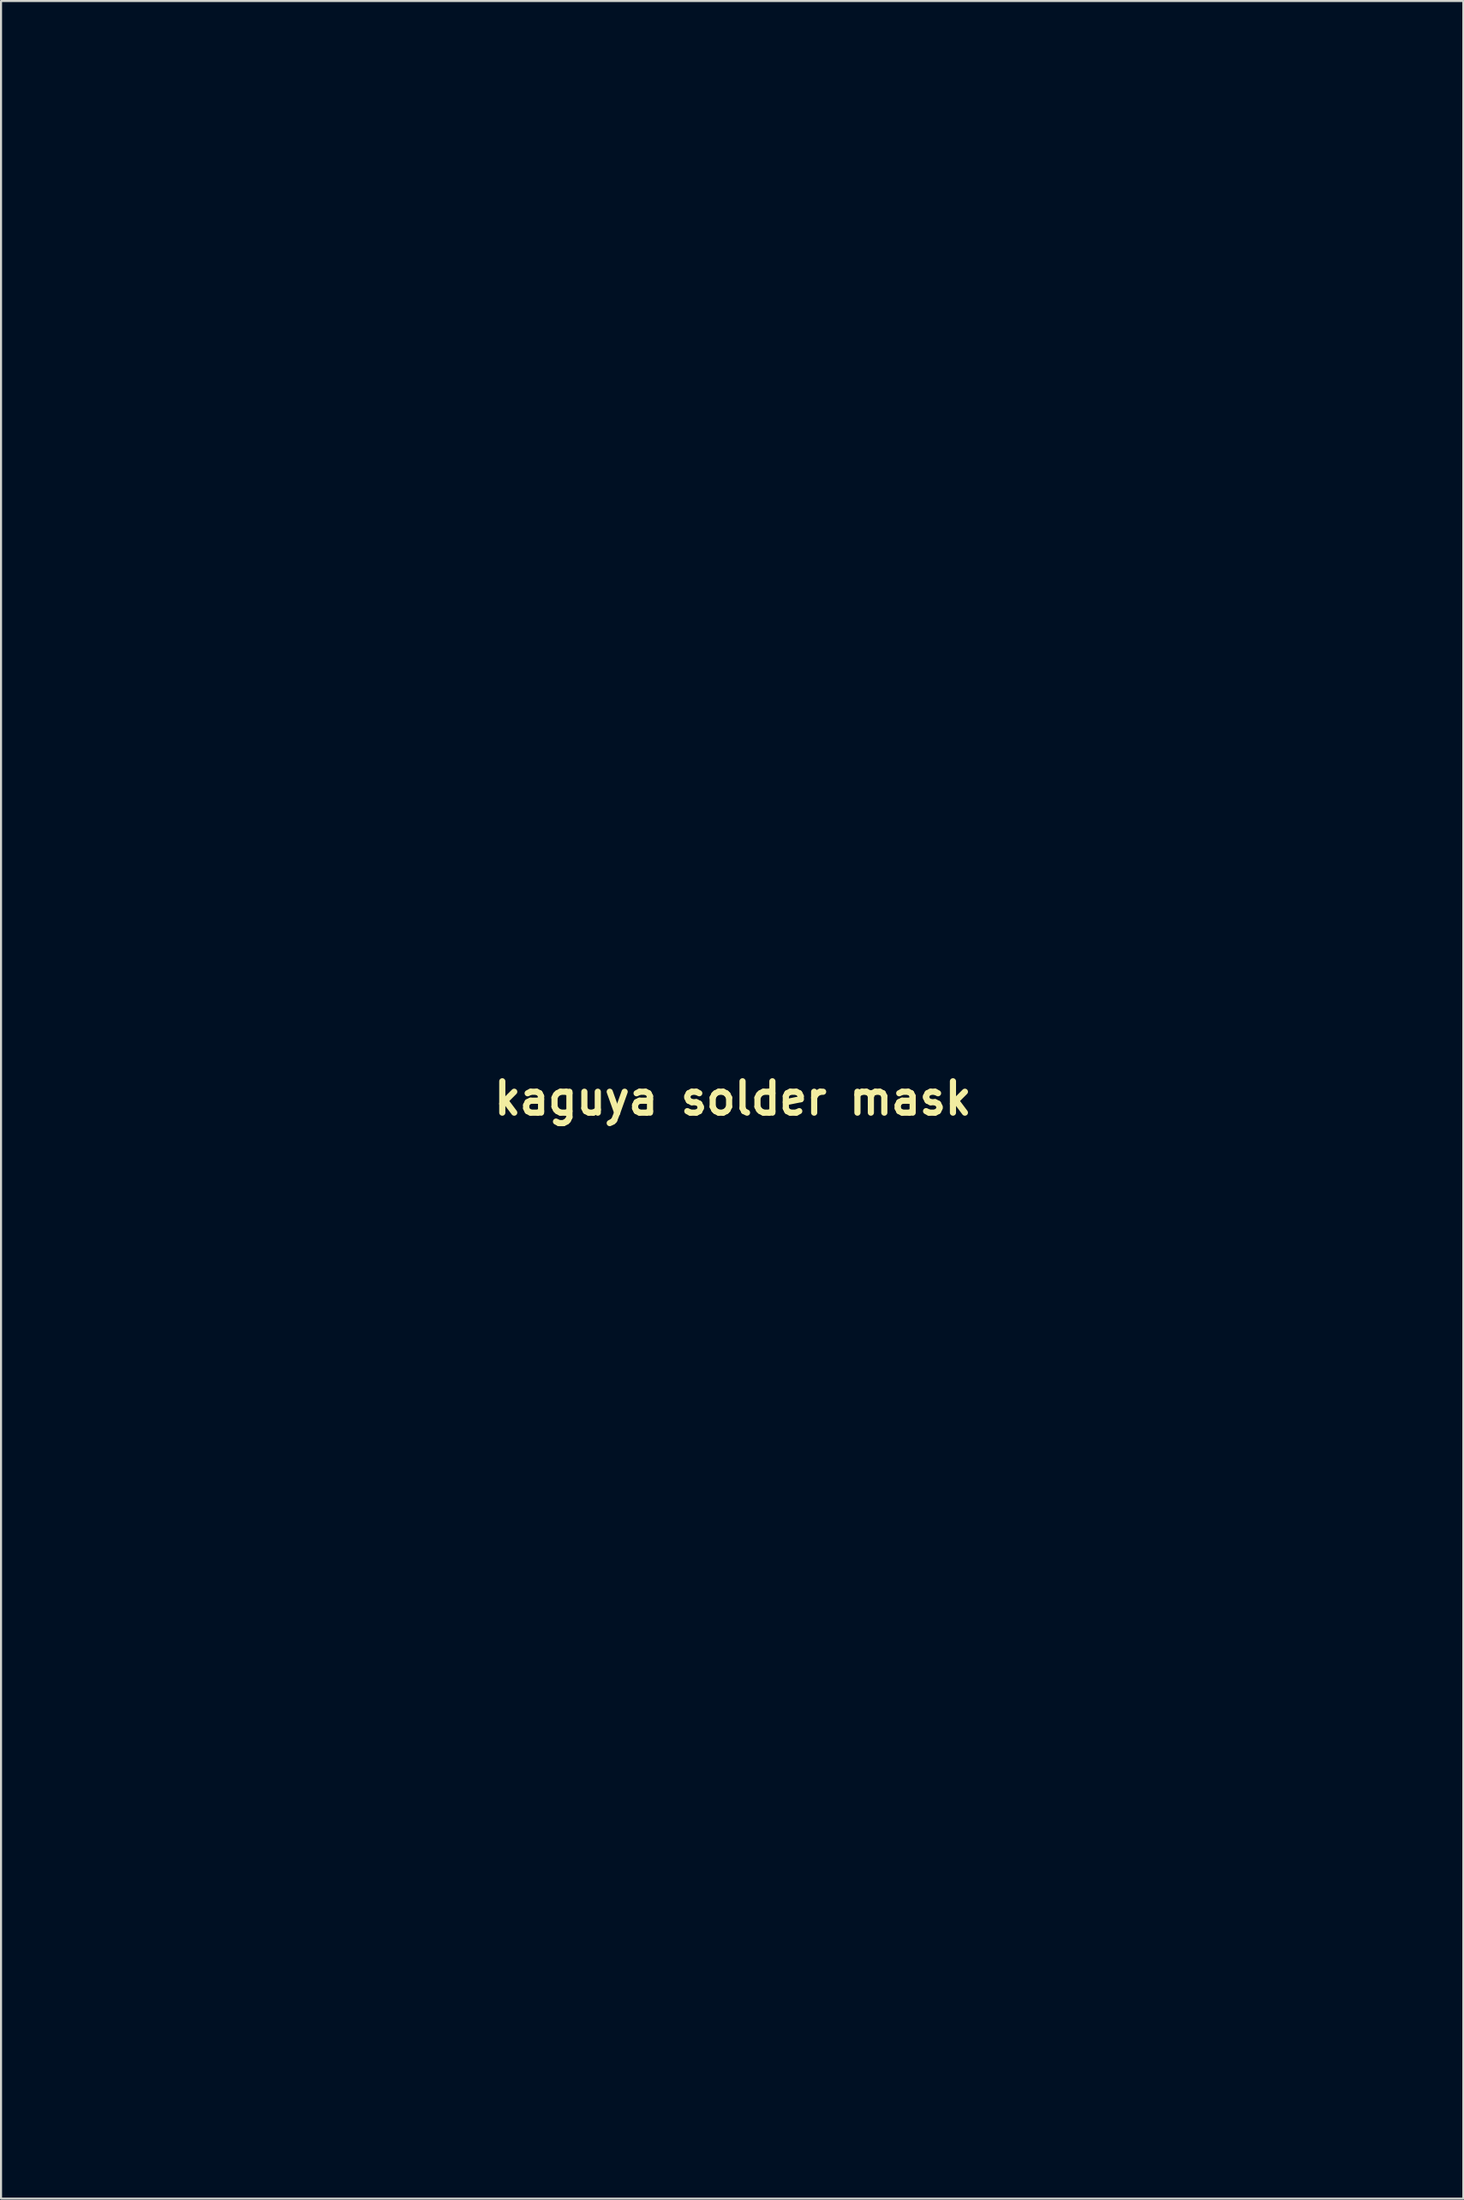
<source format=kicad_pcb>
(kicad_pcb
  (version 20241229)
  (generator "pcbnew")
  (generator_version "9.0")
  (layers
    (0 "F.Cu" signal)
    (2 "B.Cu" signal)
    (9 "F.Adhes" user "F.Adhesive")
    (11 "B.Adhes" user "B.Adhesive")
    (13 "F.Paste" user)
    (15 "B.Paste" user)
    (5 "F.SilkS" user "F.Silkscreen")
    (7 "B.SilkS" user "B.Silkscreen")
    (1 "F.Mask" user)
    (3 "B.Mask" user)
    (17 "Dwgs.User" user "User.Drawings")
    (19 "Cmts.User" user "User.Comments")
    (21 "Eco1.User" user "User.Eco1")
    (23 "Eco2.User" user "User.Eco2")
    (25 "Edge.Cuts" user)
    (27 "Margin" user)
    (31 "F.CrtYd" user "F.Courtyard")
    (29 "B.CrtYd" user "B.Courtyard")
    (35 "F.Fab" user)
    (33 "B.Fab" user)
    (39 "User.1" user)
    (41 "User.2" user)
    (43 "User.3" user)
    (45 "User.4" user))
  (footprint "kaguya solder mask"
    (layer "F.Cu")
    (at 32.589 50.345)
    (property "Reference" "kaguya solder mask" (at 0 0 0) (layer "F.SilkS") (effects (font (size 1.524 1.524) (thickness 0.3))))
    (attr through_hole)
    (fp_poly (pts (xy -27.94 20.356) (xy -27.976 20.393) (xy -28.013 20.356) (xy -27.976 20.32) (xy -27.94 20.356)) (stroke (width 0.01) (type solid)) (fill yes) (layer "F.Mask"))
    (fp_poly (pts (xy -26.198 -11.575) (xy -26.235 -11.539) (xy -26.271 -11.575) (xy -26.235 -11.611) (xy -26.198 -11.575)) (stroke (width 0.01) (type solid)) (fill yes) (layer "F.Mask"))
    (fp_poly (pts (xy -20.465 34.58) (xy -20.501 34.617) (xy -20.538 34.58) (xy -20.501 34.544) (xy -20.465 34.58)) (stroke (width 0.01) (type solid)) (fill yes) (layer "F.Mask"))
    (fp_poly (pts (xy -18.361 31.46) (xy -18.397 31.496) (xy -18.433 31.46) (xy -18.397 31.423) (xy -18.361 31.46)) (stroke (width 0.01) (type solid)) (fill yes) (layer "F.Mask"))
    (fp_poly (pts (xy -16.546 30.226) (xy -16.583 30.262) (xy -16.619 30.226) (xy -16.583 30.19) (xy -16.546 30.226)) (stroke (width 0.01) (type solid)) (fill yes) (layer "F.Mask"))
    (fp_poly (pts (xy -14.877 36.685) (xy -14.913 36.721) (xy -14.95 36.685) (xy -14.913 36.649) (xy -14.877 36.685)) (stroke (width 0.01) (type solid)) (fill yes) (layer "F.Mask"))
    (fp_poly (pts (xy -10.523 -35.088) (xy -10.559 -35.052) (xy -10.595 -35.088) (xy -10.559 -35.125) (xy -10.523 -35.088)) (stroke (width 0.01) (type solid)) (fill yes) (layer "F.Mask"))
    (fp_poly (pts (xy -10.305 18.977) (xy -10.341 19.014) (xy -10.378 18.977) (xy -10.341 18.941) (xy -10.305 18.977)) (stroke (width 0.01) (type solid)) (fill yes) (layer "F.Mask"))
    (fp_poly (pts (xy -8.781 23.84) (xy -8.817 23.876) (xy -8.854 23.84) (xy -8.817 23.803) (xy -8.781 23.84)) (stroke (width 0.01) (type solid)) (fill yes) (layer "F.Mask"))
    (fp_poly (pts (xy -8.709 23.985) (xy -8.745 24.021) (xy -8.781 23.985) (xy -8.745 23.949) (xy -8.709 23.985)) (stroke (width 0.01) (type solid)) (fill yes) (layer "F.Mask"))
    (fp_poly (pts (xy -8.636 24.275) (xy -8.672 24.311) (xy -8.709 24.275) (xy -8.672 24.239) (xy -8.636 24.275)) (stroke (width 0.01) (type solid)) (fill yes) (layer "F.Mask"))
    (fp_poly (pts (xy -8.201 25.436) (xy -8.237 25.473) (xy -8.273 25.436) (xy -8.237 25.4) (xy -8.201 25.436)) (stroke (width 0.01) (type solid)) (fill yes) (layer "F.Mask"))
    (fp_poly (pts (xy -7.91 26.235) (xy -7.947 26.271) (xy -7.983 26.235) (xy -7.947 26.198) (xy -7.91 26.235)) (stroke (width 0.01) (type solid)) (fill yes) (layer "F.Mask"))
    (fp_poly (pts (xy -7.838 26.38) (xy -7.874 26.416) (xy -7.91 26.38) (xy -7.874 26.343) (xy -7.838 26.38)) (stroke (width 0.01) (type solid)) (fill yes) (layer "F.Mask"))
    (fp_poly (pts (xy -7.547 27.105) (xy -7.584 27.142) (xy -7.62 27.105) (xy -7.584 27.069) (xy -7.547 27.105)) (stroke (width 0.01) (type solid)) (fill yes) (layer "F.Mask"))
    (fp_poly (pts (xy -5.878 -8.6) (xy -5.915 -8.563) (xy -5.951 -8.6) (xy -5.915 -8.636) (xy -5.878 -8.6)) (stroke (width 0.01) (type solid)) (fill yes) (layer "F.Mask"))
    (fp_poly (pts (xy -5.08 -8.164) (xy -5.116 -8.128) (xy -5.153 -8.164) (xy -5.116 -8.201) (xy -5.08 -8.164)) (stroke (width 0.01) (type solid)) (fill yes) (layer "F.Mask"))
    (fp_poly (pts (xy -4.79 -8.019) (xy -4.826 -7.983) (xy -4.862 -8.019) (xy -4.826 -8.055) (xy -4.79 -8.019)) (stroke (width 0.01) (type solid)) (fill yes) (layer "F.Mask"))
    (fp_poly (pts (xy -2.758 -8.817) (xy -2.794 -8.781) (xy -2.83 -8.817) (xy -2.794 -8.854) (xy -2.758 -8.817)) (stroke (width 0.01) (type solid)) (fill yes) (layer "F.Mask"))
    (fp_poly (pts (xy -1.814 -23.985) (xy -1.851 -23.949) (xy -1.887 -23.985) (xy -1.851 -24.021) (xy -1.814 -23.985)) (stroke (width 0.01) (type solid)) (fill yes) (layer "F.Mask"))
    (fp_poly (pts (xy 0.581 -12.228) (xy 0.544 -12.192) (xy 0.508 -12.228) (xy 0.544 -12.265) (xy 0.581 -12.228)) (stroke (width 0.01) (type solid)) (fill yes) (layer "F.Mask"))
    (fp_poly (pts (xy 0.581 -10.196) (xy 0.544 -10.16) (xy 0.508 -10.196) (xy 0.544 -10.233) (xy 0.581 -10.196)) (stroke (width 0.01) (type solid)) (fill yes) (layer "F.Mask"))
    (fp_poly (pts (xy 8.781 -6.931) (xy 8.745 -6.894) (xy 8.709 -6.931) (xy 8.745 -6.967) (xy 8.781 -6.931)) (stroke (width 0.01) (type solid)) (fill yes) (layer "F.Mask"))
    (fp_poly (pts (xy 9.434 -3.955) (xy 9.398 -3.919) (xy 9.362 -3.955) (xy 9.398 -3.991) (xy 9.434 -3.955)) (stroke (width 0.01) (type solid)) (fill yes) (layer "F.Mask"))
    (fp_poly (pts (xy 9.725 -4.608) (xy 9.688 -4.572) (xy 9.652 -4.608) (xy 9.688 -4.645) (xy 9.725 -4.608)) (stroke (width 0.01) (type solid)) (fill yes) (layer "F.Mask"))
    (fp_poly (pts (xy 9.797 -3.81) (xy 9.761 -3.774) (xy 9.725 -3.81) (xy 9.761 -3.846) (xy 9.797 -3.81)) (stroke (width 0.01) (type solid)) (fill yes) (layer "F.Mask"))
    (fp_poly (pts (xy 9.87 -4.536) (xy 9.833 -4.499) (xy 9.797 -4.536) (xy 9.833 -4.572) (xy 9.87 -4.536)) (stroke (width 0.01) (type solid)) (fill yes) (layer "F.Mask"))
    (fp_poly (pts (xy 10.015 -4.463) (xy 9.979 -4.427) (xy 9.942 -4.463) (xy 9.979 -4.499) (xy 10.015 -4.463)) (stroke (width 0.01) (type solid)) (fill yes) (layer "F.Mask"))
    (fp_poly (pts (xy 10.886 -4.318) (xy 10.849 -4.282) (xy 10.813 -4.318) (xy 10.849 -4.354) (xy 10.886 -4.318)) (stroke (width 0.01) (type solid)) (fill yes) (layer "F.Mask"))
    (fp_poly (pts (xy 11.103 4.245) (xy 11.067 4.282) (xy 11.031 4.245) (xy 11.067 4.209) (xy 11.103 4.245)) (stroke (width 0.01) (type solid)) (fill yes) (layer "F.Mask"))
    (fp_poly (pts (xy 12.192 -3.012) (xy 12.156 -2.975) (xy 12.119 -3.012) (xy 12.156 -3.048) (xy 12.192 -3.012)) (stroke (width 0.01) (type solid)) (fill yes) (layer "F.Mask"))
    (fp_poly (pts (xy 16.982 -7.801) (xy 16.945 -7.765) (xy 16.909 -7.801) (xy 16.945 -7.838) (xy 16.982 -7.801)) (stroke (width 0.01) (type solid)) (fill yes) (layer "F.Mask"))
    (fp_poly (pts (xy 18.433 43.071) (xy 18.397 43.107) (xy 18.361 43.071) (xy 18.397 43.035) (xy 18.433 43.071)) (stroke (width 0.01) (type solid)) (fill yes) (layer "F.Mask"))
    (fp_poly (pts (xy -27.892 18.052) (xy -27.882 18.201) (xy -27.892 18.234) (xy -27.918 18.243) (xy -27.929 18.143) (xy -27.917 18.04) (xy -27.892 18.052)) (stroke (width 0.01) (type solid)) (fill yes) (layer "F.Mask"))
    (fp_poly (pts (xy -27.529 -10.644) (xy -27.52 -10.558) (xy -27.529 -10.547) (xy -27.572 -10.557) (xy -27.577 -10.595) (xy -27.551 -10.655) (xy -27.529 -10.644)) (stroke (width 0.01) (type solid)) (fill yes) (layer "F.Mask"))
    (fp_poly (pts (xy -25.787 -12.313) (xy -25.778 -12.227) (xy -25.787 -12.216) (xy -25.83 -12.226) (xy -25.835 -12.265) (xy -25.809 -12.324) (xy -25.787 -12.313)) (stroke (width 0.01) (type solid)) (fill yes) (layer "F.Mask"))
    (fp_poly (pts (xy -24.552 24.225) (xy -24.543 24.339) (xy -24.558 24.364) (xy -24.591 24.343) (xy -24.596 24.269) (xy -24.578 24.192) (xy -24.552 24.225)) (stroke (width 0.01) (type solid)) (fill yes) (layer "F.Mask"))
    (fp_poly (pts (xy -24.118 26.325) (xy -24.109 26.474) (xy -24.118 26.507) (xy -24.145 26.516) (xy -24.155 26.416) (xy -24.143 26.313) (xy -24.118 26.325)) (stroke (width 0.01) (type solid)) (fill yes) (layer "F.Mask"))
    (fp_poly (pts (xy -24.046 26.688) (xy -24.036 26.837) (xy -24.046 26.87) (xy -24.072 26.879) (xy -24.082 26.779) (xy -24.071 26.676) (xy -24.046 26.688)) (stroke (width 0.01) (type solid)) (fill yes) (layer "F.Mask"))
    (fp_poly (pts (xy -23.972 27.128) (xy -23.963 27.242) (xy -23.977 27.267) (xy -24.01 27.246) (xy -24.015 27.172) (xy -23.998 27.095) (xy -23.972 27.128)) (stroke (width 0.01) (type solid)) (fill yes) (layer "F.Mask"))
    (fp_poly (pts (xy -23.609 29.233) (xy -23.6 29.346) (xy -23.614 29.372) (xy -23.647 29.35) (xy -23.653 29.277) (xy -23.635 29.199) (xy -23.609 29.233)) (stroke (width 0.01) (type solid)) (fill yes) (layer "F.Mask"))
    (fp_poly (pts (xy -23.536 29.596) (xy -23.527 29.709) (xy -23.542 29.735) (xy -23.575 29.713) (xy -23.58 29.639) (xy -23.562 29.562) (xy -23.536 29.596)) (stroke (width 0.01) (type solid)) (fill yes) (layer "F.Mask"))
    (fp_poly (pts (xy -23.465 29.954) (xy -23.455 30.102) (xy -23.465 30.135) (xy -23.492 30.144) (xy -23.502 30.045) (xy -23.49 29.942) (xy -23.465 29.954)) (stroke (width 0.01) (type solid)) (fill yes) (layer "F.Mask"))
    (fp_poly (pts (xy -23.175 31.696) (xy -23.165 31.844) (xy -23.175 31.877) (xy -23.201 31.886) (xy -23.211 31.786) (xy -23.2 31.683) (xy -23.175 31.696)) (stroke (width 0.01) (type solid)) (fill yes) (layer "F.Mask"))
    (fp_poly (pts (xy -23.101 32.208) (xy -23.092 32.322) (xy -23.106 32.347) (xy -23.139 32.326) (xy -23.145 32.252) (xy -23.127 32.175) (xy -23.101 32.208)) (stroke (width 0.01) (type solid)) (fill yes) (layer "F.Mask"))
    (fp_poly (pts (xy -23.028 32.571) (xy -23.019 32.684) (xy -23.034 32.71) (xy -23.067 32.688) (xy -23.072 32.615) (xy -23.054 32.537) (xy -23.028 32.571)) (stroke (width 0.01) (type solid)) (fill yes) (layer "F.Mask"))
    (fp_poly (pts (xy -22.593 35.184) (xy -22.584 35.297) (xy -22.598 35.323) (xy -22.631 35.301) (xy -22.637 35.227) (xy -22.619 35.15) (xy -22.593 35.184)) (stroke (width 0.01) (type solid)) (fill yes) (layer "F.Mask"))
    (fp_poly (pts (xy -22.521 35.584) (xy -22.513 35.67) (xy -22.521 35.681) (xy -22.564 35.671) (xy -22.57 35.633) (xy -22.543 35.573) (xy -22.521 35.584)) (stroke (width 0.01) (type solid)) (fill yes) (layer "F.Mask"))
    (fp_poly (pts (xy -22.449 35.874) (xy -22.44 35.961) (xy -22.449 35.971) (xy -22.492 35.961) (xy -22.497 35.923) (xy -22.471 35.863) (xy -22.449 35.874)) (stroke (width 0.01) (type solid)) (fill yes) (layer "F.Mask"))
    (fp_poly (pts (xy -22.376 36.092) (xy -22.368 36.178) (xy -22.376 36.189) (xy -22.419 36.179) (xy -22.425 36.141) (xy -22.398 36.081) (xy -22.376 36.092)) (stroke (width 0.01) (type solid)) (fill yes) (layer "F.Mask"))
    (fp_poly (pts (xy -22.304 36.382) (xy -22.295 36.469) (xy -22.304 36.479) (xy -22.347 36.469) (xy -22.352 36.431) (xy -22.325 36.371) (xy -22.304 36.382)) (stroke (width 0.01) (type solid)) (fill yes) (layer "F.Mask"))
    (fp_poly (pts (xy -22.231 36.745) (xy -22.222 36.831) (xy -22.231 36.842) (xy -22.274 36.832) (xy -22.279 36.794) (xy -22.253 36.734) (xy -22.231 36.745)) (stroke (width 0.01) (type solid)) (fill yes) (layer "F.Mask"))
    (fp_poly (pts (xy -22.158 37.108) (xy -22.15 37.194) (xy -22.158 37.205) (xy -22.202 37.195) (xy -22.207 37.157) (xy -22.18 37.097) (xy -22.158 37.108)) (stroke (width 0.01) (type solid)) (fill yes) (layer "F.Mask"))
    (fp_poly (pts (xy -22.085 37.361) (xy -22.076 37.474) (xy -22.09 37.5) (xy -22.123 37.478) (xy -22.129 37.405) (xy -22.111 37.327) (xy -22.085 37.361)) (stroke (width 0.01) (type solid)) (fill yes) (layer "F.Mask"))
    (fp_poly (pts (xy -21.215 37.574) (xy -21.206 37.722) (xy -21.215 37.755) (xy -21.242 37.764) (xy -21.252 37.665) (xy -21.241 37.562) (xy -21.215 37.574)) (stroke (width 0.01) (type solid)) (fill yes) (layer "F.Mask"))
    (fp_poly (pts (xy -20.925 35.947) (xy -20.916 36.033) (xy -20.925 36.044) (xy -20.968 36.034) (xy -20.973 35.995) (xy -20.947 35.936) (xy -20.925 35.947)) (stroke (width 0.01) (type solid)) (fill yes) (layer "F.Mask"))
    (fp_poly (pts (xy -20.851 35.619) (xy -20.842 35.732) (xy -20.857 35.758) (xy -20.89 35.736) (xy -20.895 35.663) (xy -20.877 35.585) (xy -20.851 35.619)) (stroke (width 0.01) (type solid)) (fill yes) (layer "F.Mask"))
    (fp_poly (pts (xy -20.78 35.366) (xy -20.771 35.453) (xy -20.78 35.463) (xy -20.823 35.453) (xy -20.828 35.415) (xy -20.801 35.355) (xy -20.78 35.366)) (stroke (width 0.01) (type solid)) (fill yes) (layer "F.Mask"))
    (fp_poly (pts (xy -20.707 35.149) (xy -20.698 35.235) (xy -20.707 35.246) (xy -20.75 35.236) (xy -20.755 35.197) (xy -20.729 35.137) (xy -20.707 35.149)) (stroke (width 0.01) (type solid)) (fill yes) (layer "F.Mask"))
    (fp_poly (pts (xy -20.634 34.931) (xy -20.626 35.017) (xy -20.634 35.028) (xy -20.678 35.018) (xy -20.683 34.979) (xy -20.656 34.92) (xy -20.634 34.931)) (stroke (width 0.01) (type solid)) (fill yes) (layer "F.Mask"))
    (fp_poly (pts (xy -20.562 39.824) (xy -20.553 39.972) (xy -20.562 40.005) (xy -20.589 40.014) (xy -20.599 39.914) (xy -20.587 39.811) (xy -20.562 39.824)) (stroke (width 0.01) (type solid)) (fill yes) (layer "F.Mask"))
    (fp_poly (pts (xy -20.561 39.538) (xy -20.552 39.651) (xy -20.566 39.677) (xy -20.599 39.655) (xy -20.605 39.582) (xy -20.587 39.504) (xy -20.561 39.538)) (stroke (width 0.01) (type solid)) (fill yes) (layer "F.Mask"))
    (fp_poly (pts (xy -20.199 33.77) (xy -20.19 33.856) (xy -20.199 33.867) (xy -20.242 33.857) (xy -20.247 33.818) (xy -20.221 33.759) (xy -20.199 33.77)) (stroke (width 0.01) (type solid)) (fill yes) (layer "F.Mask"))
    (fp_poly (pts (xy -17.803 19.871) (xy -17.794 19.984) (xy -17.809 20.01) (xy -17.842 19.988) (xy -17.847 19.915) (xy -17.829 19.837) (xy -17.803 19.871)) (stroke (width 0.01) (type solid)) (fill yes) (layer "F.Mask"))
    (fp_poly (pts (xy -17.732 20.199) (xy -17.723 20.285) (xy -17.732 20.296) (xy -17.775 20.286) (xy -17.78 20.247) (xy -17.753 20.188) (xy -17.732 20.199)) (stroke (width 0.01) (type solid)) (fill yes) (layer "F.Mask"))
    (fp_poly (pts (xy -17.513 21.322) (xy -17.504 21.436) (xy -17.518 21.461) (xy -17.551 21.44) (xy -17.557 21.366) (xy -17.539 21.289) (xy -17.513 21.322)) (stroke (width 0.01) (type solid)) (fill yes) (layer "F.Mask"))
    (fp_poly (pts (xy -16.714 25.386) (xy -16.706 25.5) (xy -16.72 25.525) (xy -16.753 25.504) (xy -16.758 25.43) (xy -16.741 25.353) (xy -16.714 25.386)) (stroke (width 0.01) (type solid)) (fill yes) (layer "F.Mask"))
    (fp_poly (pts (xy -14.974 36.237) (xy -14.965 36.323) (xy -14.974 36.334) (xy -15.017 36.324) (xy -15.022 36.286) (xy -14.996 36.226) (xy -14.974 36.237)) (stroke (width 0.01) (type solid)) (fill yes) (layer "F.Mask"))
    (fp_poly (pts (xy -14.829 37.066) (xy -14.819 37.214) (xy -14.829 37.247) (xy -14.856 37.256) (xy -14.866 37.157) (xy -14.854 37.054) (xy -14.829 37.066)) (stroke (width 0.01) (type solid)) (fill yes) (layer "F.Mask"))
    (fp_poly (pts (xy -11.563 -34.883) (xy -11.573 -34.84) (xy -11.611 -34.834) (xy -11.671 -34.861) (xy -11.66 -34.883) (xy -11.574 -34.891) (xy -11.563 -34.883)) (stroke (width 0.01) (type solid)) (fill yes) (layer "F.Mask"))
    (fp_poly (pts (xy -8.588 24.408) (xy -8.579 24.494) (xy -8.588 24.505) (xy -8.631 24.495) (xy -8.636 24.457) (xy -8.609 24.397) (xy -8.588 24.408)) (stroke (width 0.01) (type solid)) (fill yes) (layer "F.Mask"))
    (fp_poly (pts (xy -8.515 24.626) (xy -8.506 24.712) (xy -8.515 24.723) (xy -8.558 24.713) (xy -8.563 24.674) (xy -8.537 24.615) (xy -8.515 24.626)) (stroke (width 0.01) (type solid)) (fill yes) (layer "F.Mask"))
    (fp_poly (pts (xy -8.007 26.005) (xy -7.998 26.091) (xy -8.007 26.102) (xy -8.05 26.092) (xy -8.055 26.053) (xy -8.029 25.993) (xy -8.007 26.005)) (stroke (width 0.01) (type solid)) (fill yes) (layer "F.Mask"))
    (fp_poly (pts (xy -7.644 14.03) (xy -7.636 14.117) (xy -7.644 14.127) (xy -7.687 14.117) (xy -7.693 14.079) (xy -7.666 14.019) (xy -7.644 14.03)) (stroke (width 0.01) (type solid)) (fill yes) (layer "F.Mask"))
    (fp_poly (pts (xy -4.088 -8.104) (xy -4.098 -8.061) (xy -4.137 -8.055) (xy -4.196 -8.082) (xy -4.185 -8.104) (xy -4.099 -8.112) (xy -4.088 -8.104)) (stroke (width 0.01) (type solid)) (fill yes) (layer "F.Mask"))
    (fp_poly (pts (xy -3.725 -8.104) (xy -3.735 -8.061) (xy -3.774 -8.055) (xy -3.833 -8.082) (xy -3.822 -8.104) (xy -3.736 -8.112) (xy -3.725 -8.104)) (stroke (width 0.01) (type solid)) (fill yes) (layer "F.Mask"))
    (fp_poly (pts (xy -2.854 -9.047) (xy -2.846 -8.961) (xy -2.854 -8.95) (xy -2.898 -8.96) (xy -2.903 -8.999) (xy -2.876 -9.059) (xy -2.854 -9.047)) (stroke (width 0.01) (type solid)) (fill yes) (layer "F.Mask"))
    (fp_poly (pts (xy -2.564 -9.265) (xy -2.574 -9.222) (xy -2.613 -9.217) (xy -2.672 -9.243) (xy -2.661 -9.265) (xy -2.575 -9.274) (xy -2.564 -9.265)) (stroke (width 0.01) (type solid)) (fill yes) (layer "F.Mask"))
    (fp_poly (pts (xy 9.991 -3.75) (xy 9.999 -3.663) (xy 9.991 -3.653) (xy 9.948 -3.663) (xy 9.942 -3.701) (xy 9.969 -3.761) (xy 9.991 -3.75)) (stroke (width 0.01) (type solid)) (fill yes) (layer "F.Mask"))
    (fp_poly (pts (xy 10.281 -8.83) (xy 10.271 -8.786) (xy 10.233 -8.781) (xy 10.173 -8.808) (xy 10.184 -8.83) (xy 10.27 -8.838) (xy 10.281 -8.83)) (stroke (width 0.01) (type solid)) (fill yes) (layer "F.Mask"))
    (fp_poly (pts (xy 10.354 -3.677) (xy 10.362 -3.591) (xy 10.354 -3.58) (xy 10.31 -3.59) (xy 10.305 -3.629) (xy 10.332 -3.688) (xy 10.354 -3.677)) (stroke (width 0.01) (type solid)) (fill yes) (layer "F.Mask"))
    (fp_poly (pts (xy 11.37 -9.7) (xy 11.36 -9.657) (xy 11.321 -9.652) (xy 11.261 -9.679) (xy 11.273 -9.7) (xy 11.359 -9.709) (xy 11.37 -9.7)) (stroke (width 0.01) (type solid)) (fill yes) (layer "F.Mask"))
    (fp_poly (pts (xy 11.66 -9.773) (xy 11.65 -9.73) (xy 11.611 -9.725) (xy 11.552 -9.751) (xy 11.563 -9.773) (xy 11.649 -9.782) (xy 11.66 -9.773)) (stroke (width 0.01) (type solid)) (fill yes) (layer "F.Mask"))
    (fp_poly (pts (xy 11.809 -5.487) (xy 11.788 -5.454) (xy 11.714 -5.449) (xy 11.637 -5.466) (xy 11.67 -5.492) (xy 11.784 -5.501) (xy 11.809 -5.487)) (stroke (width 0.01) (type solid)) (fill yes) (layer "F.Mask"))
    (fp_poly (pts (xy 13.982 -9.628) (xy 13.972 -9.585) (xy 13.934 -9.579) (xy 13.874 -9.606) (xy 13.885 -9.628) (xy 13.971 -9.636) (xy 13.982 -9.628)) (stroke (width 0.01) (type solid)) (fill yes) (layer "F.Mask"))
    (fp_poly (pts (xy 17.974 44.075) (xy 17.982 44.161) (xy 17.974 44.172) (xy 17.93 44.162) (xy 17.925 44.123) (xy 17.952 44.064) (xy 17.974 44.075)) (stroke (width 0.01) (type solid)) (fill yes) (layer "F.Mask"))
    (fp_poly (pts (xy -20.263 34.026) (xy -20.279 34.158) (xy -20.308 34.198) (xy -20.355 34.217) (xy -20.341 34.11) (xy -20.34 34.103) (xy -20.296 34.005) (xy -20.263 34.026)) (stroke (width 0.01) (type solid)) (fill yes) (layer "F.Mask"))
    (fp_poly (pts (xy -13.717 -8.737) (xy -13.707 -8.728) (xy -13.65 -8.633) (xy -13.657 -8.598) (xy -13.711 -8.62) (xy -13.748 -8.687) (xy -13.77 -8.772) (xy -13.717 -8.737)) (stroke (width 0.01) (type solid)) (fill yes) (layer "F.Mask"))
    (fp_poly (pts (xy -12.701 45.909) (xy -12.691 45.918) (xy -12.634 46.014) (xy -12.641 46.048) (xy -12.695 46.027) (xy -12.732 45.959) (xy -12.754 45.874) (xy -12.701 45.909)) (stroke (width 0.01) (type solid)) (fill yes) (layer "F.Mask"))
    (fp_poly (pts (xy -7.477 27.34) (xy -7.45 27.393) (xy -7.431 27.495) (xy -7.48 27.475) (xy -7.514 27.427) (xy -7.536 27.332) (xy -7.527 27.315) (xy -7.477 27.34)) (stroke (width 0.01) (type solid)) (fill yes) (layer "F.Mask"))
    (fp_poly (pts (xy 0.424 -10.421) (xy 0.502 -10.348) (xy 0.486 -10.306) (xy 0.476 -10.305) (xy 0.415 -10.357) (xy 0.392 -10.389) (xy 0.384 -10.439) (xy 0.424 -10.421)) (stroke (width 0.01) (type solid)) (fill yes) (layer "F.Mask"))
    (fp_poly (pts (xy 10.501 17.093) (xy 10.459 17.146) (xy 10.398 17.192) (xy 10.413 17.119) (xy 10.419 17.106) (xy 10.476 17.017) (xy 10.509 17.016) (xy 10.501 17.093)) (stroke (width 0.01) (type solid)) (fill yes) (layer "F.Mask"))
    (fp_poly (pts (xy 11.6 -5.123) (xy 11.678 -5.05) (xy 11.662 -5.008) (xy 11.652 -5.007) (xy 11.591 -5.059) (xy 11.568 -5.091) (xy 11.56 -5.141) (xy 11.6 -5.123)) (stroke (width 0.01) (type solid)) (fill yes) (layer "F.Mask"))
    (fp_poly (pts (xy -27.966 18.44) (xy -27.962 18.453) (xy -27.952 18.611) (xy -27.965 18.67) (xy -27.989 18.673) (xy -27.999 18.559) (xy -27.998 18.542) (xy -27.988 18.429) (xy -27.966 18.44)) (stroke (width 0.01) (type solid)) (fill yes) (layer "F.Mask"))
    (fp_poly (pts (xy -27.961 20.592) (xy -27.949 20.804) (xy -27.961 20.919) (xy -27.979 20.953) (xy -27.991 20.862) (xy -27.993 20.755) (xy -27.987 20.598) (xy -27.973 20.555) (xy -27.961 20.592)) (stroke (width 0.01) (type solid)) (fill yes) (layer "F.Mask"))
    (fp_poly (pts (xy -27.602 -10.406) (xy -27.613 -10.378) (xy -27.71 -10.308) (xy -27.731 -10.305) (xy -27.77 -10.35) (xy -27.759 -10.378) (xy -27.662 -10.448) (xy -27.641 -10.45) (xy -27.602 -10.406)) (stroke (width 0.01) (type solid)) (fill yes) (layer "F.Mask"))
    (fp_poly (pts (xy -22.81 -17.515) (xy -22.824 -17.49) (xy -22.892 -17.42) (xy -22.905 -17.417) (xy -22.91 -17.464) (xy -22.896 -17.49) (xy -22.828 -17.559) (xy -22.815 -17.562) (xy -22.81 -17.515)) (stroke (width 0.01) (type solid)) (fill yes) (layer "F.Mask"))
    (fp_poly (pts (xy -22.741 34.188) (xy -22.737 34.201) (xy -22.727 34.359) (xy -22.74 34.418) (xy -22.764 34.421) (xy -22.773 34.307) (xy -22.773 34.29) (xy -22.763 34.177) (xy -22.741 34.188)) (stroke (width 0.01) (type solid)) (fill yes) (layer "F.Mask"))
    (fp_poly (pts (xy -22.668 34.696) (xy -22.665 34.709) (xy -22.654 34.867) (xy -22.667 34.926) (xy -22.691 34.929) (xy -22.701 34.815) (xy -22.701 34.798) (xy -22.69 34.685) (xy -22.668 34.696)) (stroke (width 0.01) (type solid)) (fill yes) (layer "F.Mask"))
    (fp_poly (pts (xy -21.783 38.452) (xy -21.74 38.577) (xy -21.715 38.729) (xy -21.723 38.801) (xy -21.76 38.764) (xy -21.803 38.639) (xy -21.828 38.487) (xy -21.82 38.415) (xy -21.783 38.452)) (stroke (width 0.01) (type solid)) (fill yes) (layer "F.Mask"))
    (fp_poly (pts (xy -18.026 31.106) (xy -18.107 31.206) (xy -18.216 31.313) (xy -18.274 31.351) (xy -18.259 31.306) (xy -18.179 31.206) (xy -18.07 31.098) (xy -18.012 31.061) (xy -18.026 31.106)) (stroke (width 0.01) (type solid)) (fill yes) (layer "F.Mask"))
    (fp_poly (pts (xy -17.661 20.617) (xy -17.657 20.63) (xy -17.647 20.788) (xy -17.66 20.848) (xy -17.684 20.85) (xy -17.693 20.736) (xy -17.693 20.719) (xy -17.683 20.607) (xy -17.661 20.617)) (stroke (width 0.01) (type solid)) (fill yes) (layer "F.Mask"))
    (fp_poly (pts (xy -16.354 27.221) (xy -16.351 27.234) (xy -16.34 27.392) (xy -16.354 27.452) (xy -16.377 27.454) (xy -16.387 27.34) (xy -16.387 27.323) (xy -16.377 27.211) (xy -16.354 27.221)) (stroke (width 0.01) (type solid)) (fill yes) (layer "F.Mask"))
    (fp_poly (pts (xy -16.133 28.466) (xy -16.122 28.65) (xy -16.133 28.72) (xy -16.154 28.743) (xy -16.166 28.642) (xy -16.167 28.593) (xy -16.159 28.461) (xy -16.14 28.446) (xy -16.133 28.466)) (stroke (width 0.01) (type solid)) (fill yes) (layer "F.Mask"))
    (fp_poly (pts (xy -11.634 -34.715) (xy -11.648 -34.689) (xy -11.716 -34.62) (xy -11.729 -34.617) (xy -11.734 -34.663) (xy -11.72 -34.689) (xy -11.652 -34.758) (xy -11.639 -34.762) (xy -11.634 -34.715)) (stroke (width 0.01) (type solid)) (fill yes) (layer "F.Mask"))
    (fp_poly (pts (xy -6.121 -7.866) (xy -6.132 -7.838) (xy -6.197 -7.768) (xy -6.209 -7.765) (xy -6.24 -7.821) (xy -6.241 -7.838) (xy -6.185 -7.907) (xy -6.164 -7.91) (xy -6.121 -7.866)) (stroke (width 0.01) (type solid)) (fill yes) (layer "F.Mask"))
    (fp_poly (pts (xy -5.421 -7.567) (xy -5.407 -7.547) (xy -5.423 -7.485) (xy -5.475 -7.475) (xy -5.574 -7.513) (xy -5.588 -7.547) (xy -5.536 -7.618) (xy -5.52 -7.62) (xy -5.421 -7.567)) (stroke (width 0.01) (type solid)) (fill yes) (layer "F.Mask"))
    (fp_poly (pts (xy -4.645 -7.366) (xy -4.575 -7.301) (xy -4.572 -7.289) (xy -4.628 -7.258) (xy -4.645 -7.257) (xy -4.714 -7.313) (xy -4.717 -7.334) (xy -4.673 -7.377) (xy -4.645 -7.366)) (stroke (width 0.01) (type solid)) (fill yes) (layer "F.Mask"))
    (fp_poly (pts (xy -3.776 -7.347) (xy -3.774 -7.33) (xy -3.829 -7.259) (xy -3.846 -7.257) (xy -3.917 -7.312) (xy -3.919 -7.33) (xy -3.864 -7.4) (xy -3.846 -7.402) (xy -3.776 -7.347)) (stroke (width 0.01) (type solid)) (fill yes) (layer "F.Mask"))
    (fp_poly (pts (xy -2.853 -15.202) (xy -2.894 -15.149) (xy -3 -15.036) (xy -3.047 -15.037) (xy -3.048 -15.05) (xy -2.998 -15.11) (xy -2.921 -15.177) (xy -2.835 -15.239) (xy -2.853 -15.202)) (stroke (width 0.01) (type solid)) (fill yes) (layer "F.Mask"))
    (fp_poly (pts (xy 1.034 22.492) (xy 1.186 22.633) (xy 1.233 22.702) (xy 1.21 22.715) (xy 1.152 22.666) (xy 1.038 22.546) (xy 1.011 22.515) (xy 0.835 22.316) (xy 1.034 22.492)) (stroke (width 0.01) (type solid)) (fill yes) (layer "F.Mask"))
    (fp_poly (pts (xy 1.287 10.122) (xy 1.306 10.16) (xy 1.295 10.223) (xy 1.232 10.205) (xy 1.161 10.16) (xy 1.094 10.104) (xy 1.163 10.089) (xy 1.179 10.089) (xy 1.287 10.122)) (stroke (width 0.01) (type solid)) (fill yes) (layer "F.Mask"))
    (fp_poly (pts (xy 11.376 -9.049) (xy 11.398 -9.028) (xy 11.298 -9.016) (xy 11.249 -9.016) (xy 11.117 -9.023) (xy 11.101 -9.042) (xy 11.122 -9.049) (xy 11.306 -9.06) (xy 11.376 -9.049)) (stroke (width 0.01) (type solid)) (fill yes) (layer "F.Mask"))
    (fp_poly (pts (xy 12.32 -9.847) (xy 12.337 -9.827) (xy 12.233 -9.816) (xy 12.156 -9.815) (xy 12.015 -9.823) (xy 11.994 -9.839) (xy 12.03 -9.848) (xy 12.219 -9.86) (xy 12.32 -9.847)) (stroke (width 0.01) (type solid)) (fill yes) (layer "F.Mask"))
    (fp_poly (pts (xy 13.081 -9.848) (xy 13.115 -9.83) (xy 13.024 -9.819) (xy 12.918 -9.817) (xy 12.761 -9.823) (xy 12.718 -9.837) (xy 12.754 -9.848) (xy 12.966 -9.86) (xy 13.081 -9.848)) (stroke (width 0.01) (type solid)) (fill yes) (layer "F.Mask"))
    (fp_poly (pts (xy 13.548 -3.953) (xy 13.508 -3.901) (xy 13.402 -3.788) (xy 13.354 -3.788) (xy 13.353 -3.801) (xy 13.403 -3.862) (xy 13.48 -3.928) (xy 13.566 -3.991) (xy 13.548 -3.953)) (stroke (width 0.01) (type solid)) (fill yes) (layer "F.Mask"))
    (fp_poly (pts (xy 13.902 -1.834) (xy 13.861 -1.742) (xy 13.786 -1.628) (xy 13.747 -1.597) (xy 13.748 -1.65) (xy 13.789 -1.742) (xy 13.864 -1.856) (xy 13.903 -1.887) (xy 13.902 -1.834)) (stroke (width 0.01) (type solid)) (fill yes) (layer "F.Mask"))
    (fp_poly (pts (xy 18.044 27.802) (xy 18.048 27.814) (xy 18.059 27.972) (xy 18.045 28.032) (xy 18.021 28.035) (xy 18.012 27.921) (xy 18.012 27.904) (xy 18.022 27.791) (xy 18.044 27.802)) (stroke (width 0.01) (type solid)) (fill yes) (layer "F.Mask"))
    (fp_poly (pts (xy 18.625 -18.208) (xy 18.629 -18.196) (xy 18.639 -18.038) (xy 18.626 -17.978) (xy 18.602 -17.976) (xy 18.592 -18.089) (xy 18.592 -18.107) (xy 18.603 -18.219) (xy 18.625 -18.208)) (stroke (width 0.01) (type solid)) (fill yes) (layer "F.Mask"))
    (fp_poly (pts (xy -23.606 12.027) (xy -23.658 12.101) (xy -23.788 12.268) (xy -23.855 12.332) (xy -23.85 12.286) (xy -23.81 12.204) (xy -23.693 12.046) (xy -23.612 11.968) (xy -23.564 11.946) (xy -23.606 12.027)) (stroke (width 0.01) (type solid)) (fill yes) (layer "F.Mask"))
    (fp_poly (pts (xy -22.955 11.644) (xy -23.09 11.724) (xy -23.223 11.792) (xy -23.373 11.86) (xy -23.41 11.859) (xy -23.368 11.809) (xy -23.212 11.702) (xy -23.078 11.646) (xy -22.95 11.618) (xy -22.955 11.644)) (stroke (width 0.01) (type solid)) (fill yes) (layer "F.Mask"))
    (fp_poly (pts (xy -21.329 39.745) (xy -21.265 39.874) (xy -21.263 39.878) (xy -21.213 40.047) (xy -21.222 40.103) (xy -21.279 40.036) (xy -21.327 39.941) (xy -21.378 39.793) (xy -21.377 39.713) (xy -21.329 39.745)) (stroke (width 0.01) (type solid)) (fill yes) (layer "F.Mask"))
    (fp_poly (pts (xy -17.7 42.579) (xy -17.635 42.636) (xy -17.573 42.721) (xy -17.602 42.729) (xy -17.738 42.66) (xy -17.78 42.636) (xy -17.886 42.56) (xy -17.859 42.53) (xy -17.843 42.529) (xy -17.7 42.579)) (stroke (width 0.01) (type solid)) (fill yes) (layer "F.Mask"))
    (fp_poly (pts (xy -14.752 37.791) (xy -14.752 37.793) (xy -14.74 38.03) (xy -14.753 38.228) (xy -14.768 38.268) (xy -14.778 38.182) (xy -14.782 37.991) (xy -14.778 37.805) (xy -14.767 37.733) (xy -14.752 37.791)) (stroke (width 0.01) (type solid)) (fill yes) (layer "F.Mask"))
    (fp_poly (pts (xy -8.432 24.89) (xy -8.373 24.989) (xy -8.305 25.139) (xy -8.29 25.223) (xy -8.292 25.225) (xy -8.339 25.191) (xy -8.406 25.07) (xy -8.475 24.899) (xy -8.482 24.835) (xy -8.432 24.89)) (stroke (width 0.01) (type solid)) (fill yes) (layer "F.Mask"))
    (fp_poly (pts (xy -8.164 25.583) (xy -8.128 25.639) (xy -8.076 25.782) (xy -8.081 25.856) (xy -8.114 25.903) (xy -8.122 25.86) (xy -8.148 25.72) (xy -8.17 25.642) (xy -8.195 25.55) (xy -8.164 25.583)) (stroke (width 0.01) (type solid)) (fill yes) (layer "F.Mask"))
    (fp_poly (pts (xy -7.271 27.865) (xy -7.212 27.965) (xy -7.144 28.114) (xy -7.129 28.199) (xy -7.131 28.201) (xy -7.178 28.166) (xy -7.245 28.046) (xy -7.314 27.875) (xy -7.321 27.811) (xy -7.271 27.865)) (stroke (width 0.01) (type solid)) (fill yes) (layer "F.Mask"))
    (fp_poly (pts (xy 8.401 20.428) (xy 8.348 20.501) (xy 8.259 20.624) (xy 8.221 20.677) (xy 8.202 20.653) (xy 8.201 20.631) (xy 8.252 20.53) (xy 8.328 20.456) (xy 8.412 20.394) (xy 8.401 20.428)) (stroke (width 0.01) (type solid)) (fill yes) (layer "F.Mask"))
    (fp_poly (pts (xy 13.58 -9.757) (xy 13.68 -9.725) (xy 13.753 -9.68) (xy 13.714 -9.665) (xy 13.594 -9.68) (xy 13.426 -9.725) (xy 13.315 -9.766) (xy 13.339 -9.783) (xy 13.389 -9.785) (xy 13.58 -9.757)) (stroke (width 0.01) (type solid)) (fill yes) (layer "F.Mask"))
    (fp_poly (pts (xy 26.475 28.954) (xy 26.533 29.053) (xy 26.602 29.203) (xy 26.617 29.287) (xy 26.615 29.289) (xy 26.568 29.255) (xy 26.5 29.134) (xy 26.432 28.963) (xy 26.425 28.899) (xy 26.475 28.954)) (stroke (width 0.01) (type solid)) (fill yes) (layer "F.Mask"))
    (fp_poly (pts (xy -22.497 11.478) (xy -22.552 11.527) (xy -22.57 11.539) (xy -22.725 11.601) (xy -22.787 11.609) (xy -22.86 11.599) (xy -22.806 11.551) (xy -22.787 11.539) (xy -22.632 11.476) (xy -22.57 11.469) (xy -22.497 11.478)) (stroke (width 0.01) (type solid)) (fill yes) (layer "F.Mask"))
    (fp_poly (pts (xy -22.132 12.374) (xy -21.989 12.41) (xy -21.88 12.451) (xy -21.905 12.467) (xy -21.953 12.468) (xy -22.137 12.445) (xy -22.279 12.41) (xy -22.389 12.368) (xy -22.364 12.353) (xy -22.316 12.352) (xy -22.132 12.374)) (stroke (width 0.01) (type solid)) (fill yes) (layer "F.Mask"))
    (fp_poly (pts (xy 7.873 7.147) (xy 7.771 7.218) (xy 7.765 7.221) (xy 7.609 7.297) (xy 7.511 7.325) (xy 7.512 7.295) (xy 7.615 7.224) (xy 7.62 7.221) (xy 7.776 7.145) (xy 7.874 7.117) (xy 7.873 7.147)) (stroke (width 0.01) (type solid)) (fill yes) (layer "F.Mask"))
    (fp_poly (pts (xy -28.032 19.211) (xy -28.021 19.485) (xy -28.027 19.788) (xy -28.032 19.864) (xy -28.043 19.949) (xy -28.052 19.902) (xy -28.058 19.735) (xy -28.059 19.558) (xy -28.057 19.312) (xy -28.05 19.171) (xy -28.04 19.151) (xy -28.032 19.211)) (stroke (width 0.01) (type solid)) (fill yes) (layer "F.Mask"))
    (fp_poly (pts (xy -27.728 17.232) (xy -27.728 17.354) (xy -27.745 17.524) (xy -27.775 17.695) (xy -27.798 17.78) (xy -27.83 17.841) (xy -27.834 17.762) (xy -27.818 17.599) (xy -27.789 17.385) (xy -27.761 17.239) (xy -27.749 17.205) (xy -27.728 17.232)) (stroke (width 0.01) (type solid)) (fill yes) (layer "F.Mask"))
    (fp_poly (pts (xy -16.282 27.749) (xy -16.261 27.767) (xy -16.208 27.892) (xy -16.202 28.083) (xy -16.203 28.094) (xy -16.225 28.217) (xy -16.242 28.218) (xy -16.245 28.194) (xy -16.273 28.007) (xy -16.303 27.867) (xy -16.322 27.748) (xy -16.282 27.749)) (stroke (width 0.01) (type solid)) (fill yes) (layer "F.Mask"))
    (fp_poly (pts (xy -9.084 22.929) (xy -9.023 23.076) (xy -8.973 23.233) (xy -8.906 23.488) (xy -8.886 23.617) (xy -8.908 23.617) (xy -8.969 23.483) (xy -9.035 23.295) (xy -9.098 23.083) (xy -9.126 22.931) (xy -9.122 22.886) (xy -9.084 22.929)) (stroke (width 0.01) (type solid)) (fill yes) (layer "F.Mask"))
    (fp_poly (pts (xy 4.008 29.241) (xy 3.908 29.382) (xy 3.68 29.569) (xy 3.64 29.598) (xy 3.494 29.694) (xy 3.446 29.705) (xy 3.476 29.634) (xy 3.625 29.412) (xy 3.778 29.238) (xy 3.908 29.14) (xy 3.984 29.139) (xy 4.008 29.241)) (stroke (width 0.01) (type solid)) (fill yes) (layer "F.Mask"))
    (fp_poly (pts (xy 11.039 -9.575) (xy 10.922 -9.512) (xy 10.719 -9.426) (xy 10.559 -9.377) (xy 10.523 -9.373) (xy 10.505 -9.397) (xy 10.601 -9.454) (xy 10.632 -9.468) (xy 10.836 -9.548) (xy 10.986 -9.596) (xy 11.061 -9.605) (xy 11.039 -9.575)) (stroke (width 0.01) (type solid)) (fill yes) (layer "F.Mask"))
    (fp_poly (pts (xy -23.898 27.43) (xy -23.862 27.58) (xy -23.84 27.722) (xy -23.817 27.94) (xy -23.815 28.091) (xy -23.825 28.131) (xy -23.854 28.087) (xy -23.89 27.937) (xy -23.912 27.795) (xy -23.935 27.578) (xy -23.937 27.426) (xy -23.927 27.386) (xy -23.898 27.43)) (stroke (width 0.01) (type solid)) (fill yes) (layer "F.Mask"))
    (fp_poly (pts (xy -23.753 28.301) (xy -23.717 28.45) (xy -23.698 28.56) (xy -23.674 28.765) (xy -23.673 28.903) (xy -23.68 28.93) (xy -23.709 28.886) (xy -23.745 28.736) (xy -23.764 28.626) (xy -23.787 28.421) (xy -23.789 28.284) (xy -23.781 28.257) (xy -23.753 28.301)) (stroke (width 0.01) (type solid)) (fill yes) (layer "F.Mask"))
    (fp_poly (pts (xy -22.006 37.737) (xy -21.949 37.88) (xy -21.923 37.961) (xy -21.875 38.15) (xy -21.859 38.271) (xy -21.864 38.289) (xy -21.9 38.246) (xy -21.957 38.102) (xy -21.983 38.021) (xy -22.031 37.832) (xy -22.047 37.711) (xy -22.042 37.693) (xy -22.006 37.737)) (stroke (width 0.01) (type solid)) (fill yes) (layer "F.Mask"))
    (fp_poly (pts (xy -21.671 38.961) (xy -21.611 39.079) (xy -21.552 39.221) (xy -21.478 39.425) (xy -21.439 39.567) (xy -21.438 39.605) (xy -21.477 39.56) (xy -21.546 39.419) (xy -21.581 39.335) (xy -21.653 39.134) (xy -21.693 38.982) (xy -21.695 38.951) (xy -21.671 38.961)) (stroke (width 0.01) (type solid)) (fill yes) (layer "F.Mask"))
    (fp_poly (pts (xy -16.053 28.946) (xy -16.017 29.096) (xy -15.999 29.207) (xy -15.976 29.412) (xy -15.975 29.55) (xy -15.983 29.578) (xy -16.012 29.535) (xy -16.047 29.386) (xy -16.065 29.273) (xy -16.086 29.066) (xy -16.088 28.929) (xy -16.08 28.901) (xy -16.053 28.946)) (stroke (width 0.01) (type solid)) (fill yes) (layer "F.Mask"))
    (fp_poly (pts (xy 0.145 21.66) (xy 0.35 21.841) (xy 0.515 21.987) (xy 0.608 22.069) (xy 0.612 22.073) (xy 0.652 22.15) (xy 0.644 22.167) (xy 0.582 22.135) (xy 0.445 22.018) (xy 0.26 21.839) (xy 0.177 21.754) (xy -0.254 21.306) (xy 0.145 21.66)) (stroke (width 0.01) (type solid)) (fill yes) (layer "F.Mask"))
    (fp_poly (pts (xy 8.613 6.715) (xy 8.6 6.729) (xy 8.495 6.805) (xy 8.317 6.915) (xy 8.237 6.961) (xy 8.099 7.032) (xy 8.059 7.037) (xy 8.092 7.004) (xy 8.21 6.918) (xy 8.356 6.828) (xy 8.496 6.751) (xy 8.594 6.707) (xy 8.613 6.715)) (stroke (width 0.01) (type solid)) (fill yes) (layer "F.Mask"))
    (fp_poly (pts (xy 11.415 3.545) (xy 11.371 3.67) (xy 11.318 3.784) (xy 11.2 4.012) (xy 11.132 4.125) (xy 11.105 4.138) (xy 11.103 4.121) (xy 11.135 4.002) (xy 11.212 3.824) (xy 11.303 3.647) (xy 11.382 3.531) (xy 11.398 3.517) (xy 11.415 3.545)) (stroke (width 0.01) (type solid)) (fill yes) (layer "F.Mask"))
    (fp_poly (pts (xy 31.006 39.978) (xy 31.134 40.216) (xy 31.141 40.23) (xy 31.247 40.451) (xy 31.312 40.618) (xy 31.322 40.693) (xy 31.276 40.652) (xy 31.193 40.51) (xy 31.1 40.313) (xy 30.984 40.041) (xy 30.93 39.893) (xy 30.938 39.871) (xy 31.006 39.978)) (stroke (width 0.01) (type solid)) (fill yes) (layer "F.Mask"))
    (fp_poly (pts (xy -21.057 11.403) (xy -20.698 11.412) (xy -20.58 11.42) (xy -20.596 11.427) (xy -20.736 11.433) (xy -20.989 11.436) (xy -21.3 11.437) (xy -21.64 11.436) (xy -21.874 11.432) (xy -21.992 11.426) (xy -21.984 11.419) (xy -21.859 11.412) (xy -21.477 11.403) (xy -21.057 11.403)) (stroke (width 0.01) (type solid)) (fill yes) (layer "F.Mask"))
    (fp_poly (pts (xy -14.686 38.631) (xy -14.669 38.783) (xy -14.65 39.076) (xy -14.644 39.207) (xy -14.641 39.431) (xy -14.656 39.582) (xy -14.678 39.624) (xy -14.701 39.557) (xy -14.717 39.379) (xy -14.722 39.123) (xy -14.721 39.025) (xy -14.713 38.75) (xy -14.701 38.619) (xy -14.686 38.631)) (stroke (width 0.01) (type solid)) (fill yes) (layer "F.Mask"))
    (fp_poly (pts (xy 6.02 -0.304) (xy 6.023 -0.258) (xy 5.989 -0.161) (xy 5.905 -0.03) (xy 5.803 0.097) (xy 5.713 0.183) (xy 5.665 0.192) (xy 5.663 0.181) (xy 5.696 0.08) (xy 5.776 -0.075) (xy 5.873 -0.234) (xy 5.956 -0.343) (xy 5.986 -0.363) (xy 6.02 -0.304)) (stroke (width 0.01) (type solid)) (fill yes) (layer "F.Mask"))
    (fp_poly (pts (xy 18.329 43.219) (xy 18.29 43.347) (xy 18.195 43.58) (xy 18.116 43.761) (xy 18.046 43.894) (xy 18.006 43.925) (xy 18.002 43.906) (xy 18.028 43.786) (xy 18.093 43.605) (xy 18.177 43.412) (xy 18.257 43.255) (xy 18.315 43.181) (xy 18.319 43.18) (xy 18.329 43.219)) (stroke (width 0.01) (type solid)) (fill yes) (layer "F.Mask"))
    (fp_poly (pts (xy -20.999 36.241) (xy -21.019 36.429) (xy -21.056 36.69) (xy -21.074 36.801) (xy -21.124 37.072) (xy -21.159 37.206) (xy -21.179 37.199) (xy -21.183 37.142) (xy -21.176 36.959) (xy -21.148 36.732) (xy -21.11 36.5) (xy -21.066 36.302) (xy -21.026 36.18) (xy -21.002 36.161) (xy -20.999 36.241)) (stroke (width 0.01) (type solid)) (fill yes) (layer "F.Mask"))
    (fp_poly (pts (xy -18.697 42.128) (xy -18.54 42.19) (xy -18.347 42.28) (xy -18.163 42.376) (xy -18.033 42.455) (xy -17.998 42.492) (xy -17.998 42.513) (xy -18.018 42.516) (xy -18.089 42.488) (xy -18.239 42.418) (xy -18.42 42.332) (xy -18.619 42.23) (xy -18.746 42.151) (xy -18.772 42.116) (xy -18.697 42.128)) (stroke (width 0.01) (type solid)) (fill yes) (layer "F.Mask"))
    (fp_poly (pts (xy -16.623 25.977) (xy -16.576 26.137) (xy -16.543 26.267) (xy -16.479 26.558) (xy -16.434 26.804) (xy -16.417 26.964) (xy -16.418 26.993) (xy -16.444 26.991) (xy -16.487 26.874) (xy -16.529 26.706) (xy -16.59 26.405) (xy -16.631 26.166) (xy -16.651 26.006) (xy -16.648 25.938) (xy -16.623 25.977)) (stroke (width 0.01) (type solid)) (fill yes) (layer "F.Mask"))
    (fp_poly (pts (xy -27.323 15.906) (xy -27.335 15.98) (xy -27.388 16.159) (xy -27.47 16.41) (xy -27.517 16.546) (xy -27.605 16.788) (xy -27.668 16.938) (xy -27.698 16.98) (xy -27.696 16.944) (xy -27.658 16.783) (xy -27.592 16.566) (xy -27.512 16.332) (xy -27.432 16.119) (xy -27.365 15.964) (xy -27.325 15.905) (xy -27.323 15.906)) (stroke (width 0.01) (type solid)) (fill yes) (layer "F.Mask"))
    (fp_poly (pts (xy 10.688 -13.627) (xy 10.6 -13.467) (xy 10.463 -13.248) (xy 10.408 -13.165) (xy 10.207 -12.869) (xy 10.082 -12.691) (xy 10.028 -12.629) (xy 10.043 -12.679) (xy 10.089 -12.77) (xy 10.204 -12.976) (xy 10.344 -13.203) (xy 10.486 -13.418) (xy 10.608 -13.59) (xy 10.691 -13.687) (xy 10.711 -13.697) (xy 10.688 -13.627)) (stroke (width 0.01) (type solid)) (fill yes) (layer "F.Mask"))
    (fp_poly (pts (xy -23.399 30.345) (xy -23.361 30.509) (xy -23.315 30.756) (xy -23.295 30.879) (xy -23.256 31.161) (xy -23.232 31.384) (xy -23.228 31.513) (xy -23.233 31.53) (xy -23.258 31.479) (xy -23.296 31.315) (xy -23.341 31.068) (xy -23.361 30.944) (xy -23.4 30.662) (xy -23.424 30.439) (xy -23.428 30.311) (xy -23.424 30.294) (xy -23.399 30.345)) (stroke (width 0.01) (type solid)) (fill yes) (layer "F.Mask"))
    (fp_poly (pts (xy -16.728 30.317) (xy -16.821 30.384) (xy -17.008 30.5) (xy -17.253 30.643) (xy -17.345 30.694) (xy -17.573 30.817) (xy -17.729 30.893) (xy -17.79 30.91) (xy -17.78 30.895) (xy -17.684 30.825) (xy -17.519 30.722) (xy -17.315 30.603) (xy -17.104 30.486) (xy -16.913 30.386) (xy -16.776 30.32) (xy -16.72 30.305) (xy -16.728 30.317)) (stroke (width 0.01) (type solid)) (fill yes) (layer "F.Mask"))
    (fp_poly (pts (xy -15.203 34.485) (xy -15.168 34.652) (xy -15.128 34.905) (xy -15.101 35.095) (xy -15.066 35.396) (xy -15.044 35.638) (xy -15.038 35.789) (xy -15.043 35.823) (xy -15.066 35.77) (xy -15.1 35.603) (xy -15.141 35.35) (xy -15.167 35.161) (xy -15.204 34.86) (xy -15.226 34.618) (xy -15.231 34.466) (xy -15.226 34.433) (xy -15.203 34.485)) (stroke (width 0.01) (type solid)) (fill yes) (layer "F.Mask"))
    (fp_poly (pts (xy 7.342 7.41) (xy 7.178 7.504) (xy 6.94 7.632) (xy 6.749 7.729) (xy 6.476 7.862) (xy 6.26 7.962) (xy 6.126 8.016) (xy 6.096 8.021) (xy 6.157 7.975) (xy 6.32 7.881) (xy 6.559 7.754) (xy 6.749 7.656) (xy 7.022 7.523) (xy 7.239 7.423) (xy 7.373 7.369) (xy 7.402 7.365) (xy 7.342 7.41)) (stroke (width 0.01) (type solid)) (fill yes) (layer "F.Mask"))
    (fp_poly (pts (xy -21.63 12.511) (xy -21.434 12.582) (xy -21.188 12.679) (xy -20.931 12.788) (xy -20.704 12.89) (xy -20.547 12.97) (xy -20.505 12.998) (xy -20.467 13.037) (xy -20.473 13.05) (xy -20.542 13.029) (xy -20.694 12.968) (xy -20.947 12.86) (xy -21.155 12.771) (xy -21.422 12.652) (xy -21.621 12.558) (xy -21.727 12.499) (xy -21.734 12.486) (xy -21.63 12.511)) (stroke (width 0.01) (type solid)) (fill yes) (layer "F.Mask"))
    (fp_poly (pts (xy -2.452 18.068) (xy -2.25 18.144) (xy -1.942 18.264) (xy -1.613 18.391) (xy -1.47 18.445) (xy -1.262 18.535) (xy -1.123 18.615) (xy -1.089 18.656) (xy -1.112 18.705) (xy -1.194 18.707) (xy -1.353 18.656) (xy -1.607 18.546) (xy -1.9 18.409) (xy -2.228 18.247) (xy -2.453 18.128) (xy -2.569 18.055) (xy -2.571 18.034) (xy -2.452 18.068)) (stroke (width 0.01) (type solid)) (fill yes) (layer "F.Mask"))
    (fp_poly (pts (xy -1.558 20.134) (xy -1.43 20.244) (xy -1.21 20.437) (xy -1.197 20.447) (xy -0.941 20.675) (xy -0.713 20.883) (xy -0.544 21.043) (xy -0.479 21.11) (xy -0.373 21.234) (xy -0.367 21.258) (xy -0.458 21.185) (xy -0.642 21.019) (xy -0.917 20.761) (xy -1.089 20.598) (xy -1.357 20.34) (xy -1.524 20.179) (xy -1.59 20.112) (xy -1.558 20.134)) (stroke (width 0.01) (type solid)) (fill yes) (layer "F.Mask"))
    (fp_poly (pts (xy -24.488 24.543) (xy -24.443 24.713) (xy -24.385 24.973) (xy -24.32 25.297) (xy -24.319 25.299) (xy -24.258 25.63) (xy -24.213 25.905) (xy -24.188 26.095) (xy -24.188 26.171) (xy -24.212 26.117) (xy -24.257 25.947) (xy -24.316 25.686) (xy -24.381 25.363) (xy -24.381 25.361) (xy -24.442 25.03) (xy -24.488 24.755) (xy -24.512 24.565) (xy -24.513 24.489) (xy -24.488 24.543)) (stroke (width 0.01) (type solid)) (fill yes) (layer "F.Mask"))
    (fp_poly (pts (xy 4.08 29.522) (xy 4.111 29.637) (xy 4.105 29.704) (xy 4.078 29.856) (xy 4.069 29.922) (xy 4.019 29.949) (xy 3.997 29.939) (xy 3.927 29.961) (xy 3.896 30.026) (xy 3.869 30.115) (xy 3.857 30.062) (xy 3.855 30.024) (xy 3.903 29.892) (xy 3.961 29.851) (xy 4.032 29.799) (xy 3.987 29.752) (xy 3.933 29.647) (xy 3.944 29.576) (xy 4.012 29.492) (xy 4.08 29.522)) (stroke (width 0.01) (type solid)) (fill yes) (layer "F.Mask"))
    (fp_poly (pts (xy 1.234 17.026) (xy 1.197 17.121) (xy 1.099 17.301) (xy 0.96 17.527) (xy 0.943 17.553) (xy 0.801 17.787) (xy 0.698 17.984) (xy 0.654 18.103) (xy 0.653 18.109) (xy 0.617 18.204) (xy 0.587 18.215) (xy 0.552 18.157) (xy 0.563 18.052) (xy 0.614 17.932) (xy 0.712 17.753) (xy 0.839 17.545) (xy 0.974 17.337) (xy 1.098 17.161) (xy 1.191 17.045) (xy 1.233 17.02) (xy 1.234 17.026)) (stroke (width 0.01) (type solid)) (fill yes) (layer "F.Mask"))
    (fp_poly (pts (xy -23.181 32.974) (xy -23.149 33.02) (xy -23.08 33.09) (xy -23.015 33.031) (xy -23.012 33.028) (xy -22.968 33.034) (xy -22.915 33.146) (xy -22.863 33.325) (xy -22.822 33.531) (xy -22.801 33.725) (xy -22.809 33.87) (xy -22.81 33.873) (xy -22.836 33.944) (xy -22.85 33.877) (xy -22.852 33.847) (xy -22.89 33.697) (xy -22.978 33.482) (xy -23.041 33.354) (xy -23.145 33.147) (xy -23.208 33.001) (xy -23.222 32.936) (xy -23.181 32.974)) (stroke (width 0.01) (type solid)) (fill yes) (layer "F.Mask"))
    (fp_poly (pts (xy 12.103 1.876) (xy 12.052 2.053) (xy 11.942 2.33) (xy 11.866 2.504) (xy 11.746 2.777) (xy 11.63 3.052) (xy 11.588 3.157) (xy 11.519 3.313) (xy 11.477 3.377) (xy 11.47 3.366) (xy 11.491 3.249) (xy 11.55 3.047) (xy 11.631 2.808) (xy 11.717 2.581) (xy 11.75 2.504) (xy 11.821 2.342) (xy 11.915 2.13) (xy 11.934 2.086) (xy 12.017 1.917) (xy 12.079 1.822) (xy 12.091 1.814) (xy 12.103 1.876)) (stroke (width 0.01) (type solid)) (fill yes) (layer "F.Mask"))
    (fp_poly (pts (xy -25.825 13.608) (xy -25.964 13.787) (xy -26.156 14.012) (xy -26.372 14.285) (xy -26.612 14.629) (xy -26.838 14.986) (xy -26.917 15.124) (xy -27.068 15.388) (xy -27.189 15.588) (xy -27.266 15.702) (xy -27.286 15.716) (xy -27.247 15.59) (xy -27.141 15.374) (xy -26.986 15.098) (xy -26.799 14.791) (xy -26.598 14.481) (xy -26.401 14.197) (xy -26.225 13.967) (xy -26.162 13.894) (xy -25.945 13.663) (xy -25.816 13.541) (xy -25.776 13.525) (xy -25.825 13.608)) (stroke (width 0.01) (type solid)) (fill yes) (layer "F.Mask"))
    (fp_poly (pts (xy -21.056 40.331) (xy -20.996 40.396) (xy -20.823 40.567) (xy -20.567 40.792) (xy -20.262 41.044) (xy -19.939 41.299) (xy -19.632 41.53) (xy -19.373 41.711) (xy -19.218 41.805) (xy -19.053 41.903) (xy -18.924 42.001) (xy -18.862 42.072) (xy -18.882 42.09) (xy -18.951 42.056) (xy -19.113 41.965) (xy -19.338 41.836) (xy -19.409 41.795) (xy -19.846 41.516) (xy -20.26 41.209) (xy -20.627 40.895) (xy -20.92 40.597) (xy -21.114 40.336) (xy -21.141 40.287) (xy -21.136 40.261) (xy -21.056 40.331)) (stroke (width 0.01) (type solid)) (fill yes) (layer "F.Mask"))
    (fp_poly (pts (xy -27.889 21.371) (xy -27.843 21.57) (xy -27.797 21.808) (xy -27.717 22.203) (xy -27.618 22.627) (xy -27.518 23.005) (xy -27.486 23.114) (xy -27.352 23.557) (xy -27.24 23.957) (xy -27.154 24.294) (xy -27.099 24.545) (xy -27.081 24.691) (xy -27.086 24.716) (xy -27.123 24.674) (xy -27.177 24.527) (xy -27.212 24.404) (xy -27.275 24.174) (xy -27.367 23.861) (xy -27.471 23.521) (xy -27.507 23.404) (xy -27.649 22.916) (xy -27.77 22.43) (xy -27.862 21.98) (xy -27.919 21.6) (xy -27.934 21.346) (xy -27.921 21.293) (xy -27.889 21.371)) (stroke (width 0.01) (type solid)) (fill yes) (layer "F.Mask"))
    (fp_poly (pts (xy 10.335 17.373) (xy 10.249 17.549) (xy 10.108 17.804) (xy 9.926 18.117) (xy 9.715 18.468) (xy 9.489 18.836) (xy 9.26 19.199) (xy 9.042 19.537) (xy 8.846 19.83) (xy 8.687 20.055) (xy 8.577 20.193) (xy 8.544 20.223) (xy 8.504 20.224) (xy 8.53 20.168) (xy 8.595 20.068) (xy 8.722 19.879) (xy 8.891 19.629) (xy 9.039 19.413) (xy 9.274 19.057) (xy 9.537 18.638) (xy 9.787 18.222) (xy 9.907 18.015) (xy 10.072 17.727) (xy 10.212 17.496) (xy 10.311 17.345) (xy 10.355 17.297) (xy 10.335 17.373)) (stroke (width 0.01) (type solid)) (fill yes) (layer "F.Mask"))
    (fp_poly (pts (xy -22.935 12.276) (xy -22.461 12.287) (xy -22.933 12.338) (xy -23.254 12.39) (xy -23.582 12.47) (xy -23.767 12.533) (xy -24.257 12.732) (xy -24.633 12.896) (xy -24.922 13.036) (xy -25.148 13.164) (xy -25.219 13.209) (xy -25.467 13.369) (xy -25.607 13.447) (xy -25.635 13.442) (xy -25.549 13.355) (xy -25.509 13.32) (xy -25.331 13.195) (xy -25.061 13.037) (xy -24.74 12.869) (xy -24.411 12.711) (xy -24.117 12.584) (xy -23.898 12.51) (xy -23.897 12.51) (xy -23.691 12.437) (xy -23.551 12.363) (xy -23.376 12.303) (xy -23.089 12.276) (xy -22.935 12.276)) (stroke (width 0.01) (type solid)) (fill yes) (layer "F.Mask"))
    (fp_poly (pts (xy -25.334 21.405) (xy -25.239 21.605) (xy -25.122 21.924) (xy -24.99 22.352) (xy -24.98 22.388) (xy -24.894 22.702) (xy -24.809 23.041) (xy -24.732 23.374) (xy -24.669 23.672) (xy -24.627 23.903) (xy -24.612 24.038) (xy -24.616 24.06) (xy -24.645 24.007) (xy -24.7 23.843) (xy -24.771 23.598) (xy -24.81 23.455) (xy -24.906 23.103) (xy -25.01 22.743) (xy -25.101 22.441) (xy -25.116 22.392) (xy -25.19 22.146) (xy -25.24 21.945) (xy -25.255 21.848) (xy -25.288 21.705) (xy -25.36 21.536) (xy -25.415 21.399) (xy -25.407 21.336) (xy -25.404 21.336) (xy -25.334 21.405)) (stroke (width 0.01) (type solid)) (fill yes) (layer "F.Mask"))
    (fp_poly (pts (xy -17.465 21.751) (xy -17.405 21.949) (xy -17.335 22.214) (xy -17.265 22.508) (xy -17.203 22.795) (xy -17.165 23.005) (xy -17.131 23.206) (xy -17.075 23.507) (xy -17.007 23.867) (xy -16.936 24.229) (xy -16.87 24.576) (xy -16.819 24.874) (xy -16.788 25.092) (xy -16.783 25.201) (xy -16.783 25.204) (xy -16.806 25.166) (xy -16.85 25.008) (xy -16.91 24.753) (xy -16.98 24.424) (xy -17.011 24.271) (xy -17.104 23.809) (xy -17.205 23.306) (xy -17.302 22.825) (xy -17.381 22.437) (xy -17.443 22.12) (xy -17.487 21.867) (xy -17.51 21.705) (xy -17.506 21.658) (xy -17.465 21.751)) (stroke (width 0.01) (type solid)) (fill yes) (layer "F.Mask"))
    (fp_poly (pts (xy -16.012 31.16) (xy -16.143 31.283) (xy -16.356 31.454) (xy -16.413 31.496) (xy -16.678 31.709) (xy -17.012 32.002) (xy -17.383 32.346) (xy -17.762 32.712) (xy -18.12 33.072) (xy -18.427 33.398) (xy -18.573 33.564) (xy -18.72 33.732) (xy -18.779 33.786) (xy -18.755 33.73) (xy -18.72 33.673) (xy -18.611 33.534) (xy -18.417 33.318) (xy -18.157 33.045) (xy -17.852 32.734) (xy -17.522 32.405) (xy -17.187 32.079) (xy -16.868 31.775) (xy -16.585 31.513) (xy -16.358 31.313) (xy -16.206 31.194) (xy -16.189 31.183) (xy -16.027 31.099) (xy -15.971 31.095) (xy -16.012 31.16)) (stroke (width 0.01) (type solid)) (fill yes) (layer "F.Mask"))
    (fp_poly (pts (xy 11.013 4.384) (xy 10.996 4.461) (xy 10.908 4.622) (xy 10.769 4.838) (xy 10.599 5.081) (xy 10.418 5.321) (xy 10.247 5.529) (xy 10.115 5.668) (xy 9.911 5.847) (xy 9.663 6.049) (xy 9.399 6.252) (xy 9.147 6.437) (xy 8.936 6.581) (xy 8.794 6.664) (xy 8.756 6.677) (xy 8.722 6.646) (xy 8.748 6.617) (xy 8.837 6.549) (xy 9.012 6.423) (xy 9.238 6.262) (xy 9.299 6.219) (xy 9.746 5.867) (xy 10.159 5.449) (xy 10.57 4.933) (xy 10.687 4.771) (xy 10.835 4.57) (xy 10.951 4.431) (xy 11.011 4.383) (xy 11.013 4.384)) (stroke (width 0.01) (type solid)) (fill yes) (layer "F.Mask"))
    (fp_poly (pts (xy 13.714 -1.496) (xy 13.68 -1.402) (xy 13.592 -1.229) (xy 13.516 -1.097) (xy 13.341 -0.786) (xy 13.125 -0.371) (xy 12.882 0.119) (xy 12.626 0.654) (xy 12.409 1.125) (xy 12.291 1.372) (xy 12.205 1.531) (xy 12.159 1.586) (xy 12.157 1.546) (xy 12.21 1.374) (xy 12.311 1.114) (xy 12.445 0.806) (xy 12.592 0.491) (xy 12.735 0.208) (xy 12.789 0.109) (xy 12.863 -0.028) (xy 12.976 -0.247) (xy 13.105 -0.503) (xy 13.108 -0.508) (xy 13.261 -0.803) (xy 13.412 -1.074) (xy 13.547 -1.298) (xy 13.65 -1.45) (xy 13.707 -1.507) (xy 13.714 -1.496)) (stroke (width 0.01) (type solid)) (fill yes) (layer "F.Mask"))
    (fp_poly (pts (xy -15.913 29.83) (xy -15.869 30.024) (xy -15.807 30.353) (xy -15.729 30.813) (xy -15.636 31.399) (xy -15.537 32.04) (xy -15.438 32.705) (xy -15.36 33.237) (xy -15.303 33.647) (xy -15.266 33.947) (xy -15.246 34.147) (xy -15.243 34.257) (xy -15.25 34.288) (xy -15.276 34.238) (xy -15.313 34.077) (xy -15.356 33.835) (xy -15.368 33.762) (xy -15.433 33.325) (xy -15.509 32.826) (xy -15.589 32.297) (xy -15.669 31.767) (xy -15.745 31.267) (xy -15.811 30.828) (xy -15.865 30.48) (xy -15.891 30.306) (xy -15.926 30.054) (xy -15.943 29.864) (xy -15.939 29.777) (xy -15.939 29.775) (xy -15.913 29.83)) (stroke (width 0.01) (type solid)) (fill yes) (layer "F.Mask"))
    (fp_poly (pts (xy -13.423 -7.995) (xy -13.504 -7.91) (xy -13.662 -7.768) (xy -13.893 -7.531) (xy -14 -7.342) (xy -14.006 -7.293) (xy -13.956 -7.124) (xy -13.825 -6.909) (xy -13.647 -6.694) (xy -13.48 -6.545) (xy -13.398 -6.458) (xy -13.297 -6.32) (xy -13.205 -6.174) (xy -13.149 -6.063) (xy -13.152 -6.028) (xy -13.207 -6.079) (xy -13.339 -6.211) (xy -13.524 -6.401) (xy -13.626 -6.508) (xy -13.835 -6.74) (xy -14.004 -6.954) (xy -14.107 -7.115) (xy -14.124 -7.157) (xy -14.105 -7.346) (xy -13.988 -7.567) (xy -13.799 -7.78) (xy -13.566 -7.947) (xy -13.549 -7.956) (xy -13.44 -8.007) (xy -13.423 -7.995)) (stroke (width 0.01) (type solid)) (fill yes) (layer "F.Mask"))
    (fp_poly (pts (xy 5.976 8.096) (xy 5.897 8.144) (xy 5.75 8.225) (xy 5.525 8.343) (xy 5.215 8.501) (xy 4.811 8.705) (xy 4.304 8.959) (xy 3.685 9.266) (xy 2.947 9.633) (xy 2.772 9.719) (xy 2.335 9.933) (xy 2.005 10.09) (xy 1.787 10.188) (xy 1.684 10.226) (xy 1.7 10.201) (xy 1.84 10.113) (xy 1.959 10.043) (xy 2.134 9.948) (xy 2.401 9.81) (xy 2.742 9.637) (xy 3.137 9.44) (xy 3.567 9.227) (xy 4.013 9.008) (xy 4.457 8.792) (xy 4.878 8.588) (xy 5.259 8.406) (xy 5.579 8.255) (xy 5.821 8.144) (xy 5.963 8.084) (xy 5.995 8.075) (xy 5.976 8.096)) (stroke (width 0.01) (type solid)) (fill yes) (layer "F.Mask"))
    (fp_poly (pts (xy -12.484 46.296) (xy -12.381 46.426) (xy -12.295 46.55) (xy -12.001 46.96) (xy -11.617 47.442) (xy -11.162 47.971) (xy -10.658 48.525) (xy -10.123 49.082) (xy -9.911 49.293) (xy -9.603 49.599) (xy -9.336 49.867) (xy -9.125 50.082) (xy -8.986 50.229) (xy -8.933 50.291) (xy -8.933 50.292) (xy -9 50.248) (xy -9.146 50.133) (xy -9.341 49.97) (xy -9.363 49.952) (xy -9.723 49.625) (xy -10.168 49.191) (xy -10.689 48.656) (xy -10.962 48.369) (xy -11.198 48.107) (xy -11.453 47.804) (xy -11.713 47.48) (xy -11.962 47.157) (xy -12.184 46.855) (xy -12.365 46.594) (xy -12.488 46.395) (xy -12.54 46.277) (xy -12.536 46.258) (xy -12.484 46.296)) (stroke (width 0.01) (type solid)) (fill yes) (layer "F.Mask"))
    (fp_poly (pts (xy -10.251 19.234) (xy -10.191 19.382) (xy -10.118 19.591) (xy -10.044 19.819) (xy -9.983 20.029) (xy -9.947 20.179) (xy -9.942 20.218) (xy -9.921 20.316) (xy -9.863 20.523) (xy -9.778 20.808) (xy -9.675 21.143) (xy -9.563 21.498) (xy -9.451 21.843) (xy -9.348 22.149) (xy -9.28 22.343) (xy -9.209 22.56) (xy -9.17 22.714) (xy -9.17 22.765) (xy -9.208 22.718) (xy -9.279 22.565) (xy -9.369 22.338) (xy -9.382 22.302) (xy -9.491 21.992) (xy -9.613 21.62) (xy -9.742 21.209) (xy -9.872 20.782) (xy -9.994 20.363) (xy -10.104 19.974) (xy -10.193 19.639) (xy -10.256 19.381) (xy -10.285 19.223) (xy -10.283 19.185) (xy -10.251 19.234)) (stroke (width 0.01) (type solid)) (fill yes) (layer "F.Mask"))
    (fp_poly (pts (xy 3.095 3.436) (xy 3.36 3.557) (xy 3.513 3.76) (xy 3.544 3.89) (xy 3.53 4.066) (xy 3.468 4.27) (xy 3.38 4.451) (xy 3.286 4.56) (xy 3.249 4.572) (xy 3.243 4.521) (xy 3.309 4.396) (xy 3.333 4.361) (xy 3.47 4.087) (xy 3.471 3.852) (xy 3.347 3.666) (xy 3.105 3.54) (xy 2.752 3.485) (xy 2.673 3.483) (xy 2.346 3.523) (xy 2.063 3.63) (xy 1.853 3.785) (xy 1.748 3.971) (xy 1.742 4.03) (xy 1.715 4.165) (xy 1.664 4.209) (xy 1.621 4.156) (xy 1.644 4.026) (xy 1.72 3.865) (xy 1.805 3.748) (xy 2.075 3.539) (xy 2.44 3.426) (xy 2.724 3.401) (xy 3.095 3.436)) (stroke (width 0.01) (type solid)) (fill yes) (layer "F.Mask"))
    (fp_poly (pts (xy 31.405 40.926) (xy 31.46 41.047) (xy 31.538 41.255) (xy 31.633 41.535) (xy 31.738 41.868) (xy 31.849 42.238) (xy 31.958 42.627) (xy 32.009 42.817) (xy 32.141 43.351) (xy 32.253 43.864) (xy 32.342 44.334) (xy 32.403 44.737) (xy 32.432 45.048) (xy 32.426 45.245) (xy 32.424 45.251) (xy 32.403 45.255) (xy 32.374 45.137) (xy 32.343 44.923) (xy 32.335 44.849) (xy 32.291 44.515) (xy 32.233 44.176) (xy 32.178 43.925) (xy 32.12 43.694) (xy 32.043 43.369) (xy 31.957 43.001) (xy 31.897 42.741) (xy 31.809 42.378) (xy 31.714 42.033) (xy 31.626 41.751) (xy 31.572 41.611) (xy 31.474 41.351) (xy 31.401 41.091) (xy 31.387 41.018) (xy 31.379 40.911) (xy 31.405 40.926)) (stroke (width 0.01) (type solid)) (fill yes) (layer "F.Mask"))
    (fp_poly (pts (xy -14.616 39.951) (xy -14.514 40.607) (xy -14.422 41.118) (xy -14.341 41.485) (xy -14.27 41.708) (xy -14.257 41.735) (xy -14.179 41.955) (xy -14.151 42.149) (xy -14.127 42.336) (xy -14.063 42.589) (xy -14.011 42.751) (xy -13.791 43.361) (xy -13.611 43.856) (xy -13.462 44.257) (xy -13.337 44.586) (xy -13.227 44.864) (xy -13.152 45.049) (xy -13.035 45.34) (xy -12.975 45.513) (xy -12.972 45.566) (xy -13.026 45.493) (xy -13.113 45.339) (xy -13.246 45.081) (xy -13.367 44.819) (xy -13.488 44.524) (xy -13.622 44.164) (xy -13.78 43.71) (xy -13.862 43.466) (xy -14.154 42.553) (xy -14.373 41.754) (xy -14.522 41.061) (xy -14.603 40.465) (xy -14.612 40.334) (xy -14.625 40.091) (xy -14.629 39.946) (xy -14.623 39.917) (xy -14.616 39.951)) (stroke (width 0.01) (type solid)) (fill yes) (layer "F.Mask"))
    (fp_poly (pts (xy -14.471 -9.305) (xy -14.161 -9.158) (xy -13.97 -8.993) (xy -13.825 -8.822) (xy -14.006 -8.949) (xy -14.269 -9.107) (xy -14.536 -9.227) (xy -14.754 -9.286) (xy -14.796 -9.289) (xy -14.924 -9.234) (xy -15.098 -9.09) (xy -15.288 -8.893) (xy -15.462 -8.677) (xy -15.589 -8.477) (xy -15.633 -8.362) (xy -15.641 -8.206) (xy -15.627 -7.95) (xy -15.596 -7.634) (xy -15.571 -7.44) (xy -15.525 -7.095) (xy -15.499 -6.846) (xy -15.492 -6.704) (xy -15.506 -6.68) (xy -15.54 -6.786) (xy -15.552 -6.836) (xy -15.627 -7.202) (xy -15.685 -7.583) (xy -15.721 -7.936) (xy -15.732 -8.221) (xy -15.721 -8.36) (xy -15.632 -8.596) (xy -15.469 -8.849) (xy -15.263 -9.082) (xy -15.045 -9.262) (xy -14.847 -9.356) (xy -14.796 -9.362) (xy -14.471 -9.305)) (stroke (width 0.01) (type solid)) (fill yes) (layer "F.Mask"))
    (fp_poly (pts (xy 28.926 34.961) (xy 29.002 35.088) (xy 29.054 35.188) (xy 29.121 35.328) (xy 29.208 35.522) (xy 29.319 35.783) (xy 29.461 36.123) (xy 29.639 36.555) (xy 29.858 37.091) (xy 30.124 37.745) (xy 30.232 38.014) (xy 30.402 38.432) (xy 30.559 38.812) (xy 30.691 39.129) (xy 30.789 39.36) (xy 30.845 39.482) (xy 30.847 39.487) (xy 30.9 39.633) (xy 30.9 39.706) (xy 30.862 39.686) (xy 30.788 39.56) (xy 30.71 39.393) (xy 30.618 39.175) (xy 30.49 38.863) (xy 30.342 38.498) (xy 30.19 38.12) (xy 30.182 38.1) (xy 29.895 37.388) (xy 29.62 36.721) (xy 29.371 36.129) (xy 29.159 35.642) (xy 29.139 35.596) (xy 29.036 35.354) (xy 28.955 35.138) (xy 28.927 35.052) (xy 28.903 34.948) (xy 28.926 34.961)) (stroke (width 0.01) (type solid)) (fill yes) (layer "F.Mask"))
    (fp_poly (pts (xy -16.368 -8.136) (xy -16.315 -7.966) (xy -16.265 -7.752) (xy -16.138 -7.305) (xy -15.943 -6.898) (xy -15.667 -6.516) (xy -15.298 -6.146) (xy -14.821 -5.774) (xy -14.224 -5.386) (xy -13.849 -5.166) (xy -13.588 -4.993) (xy -13.345 -4.794) (xy -13.216 -4.661) (xy -13.04 -4.452) (xy -12.868 -4.258) (xy -12.822 -4.209) (xy -12.688 -4.059) (xy -12.6 -3.942) (xy -12.598 -3.937) (xy -12.562 -3.85) (xy -12.615 -3.877) (xy -12.759 -4.016) (xy -12.991 -4.268) (xy -13.068 -4.354) (xy -13.48 -4.762) (xy -13.968 -5.133) (xy -14.216 -5.294) (xy -14.84 -5.702) (xy -15.334 -6.075) (xy -15.706 -6.42) (xy -15.965 -6.746) (xy -16.053 -6.899) (xy -16.149 -7.12) (xy -16.243 -7.384) (xy -16.326 -7.657) (xy -16.389 -7.905) (xy -16.422 -8.096) (xy -16.417 -8.194) (xy -16.406 -8.201) (xy -16.368 -8.136)) (stroke (width 0.01) (type solid)) (fill yes) (layer "F.Mask"))
    (fp_poly (pts (xy 32.505 45.548) (xy 32.516 45.706) (xy 32.519 45.955) (xy 32.514 46.269) (xy 32.503 46.62) (xy 32.487 46.982) (xy 32.465 47.329) (xy 32.44 47.633) (xy 32.412 47.868) (xy 32.406 47.906) (xy 32.342 48.215) (xy 32.251 48.592) (xy 32.142 49.001) (xy 32.025 49.407) (xy 31.91 49.777) (xy 31.807 50.076) (xy 31.725 50.27) (xy 31.722 50.277) (xy 31.63 50.42) (xy 31.58 50.443) (xy 31.578 50.366) (xy 31.626 50.208) (xy 31.683 50.076) (xy 31.801 49.796) (xy 31.901 49.503) (xy 31.931 49.387) (xy 31.986 49.163) (xy 32.068 48.856) (xy 32.162 48.522) (xy 32.191 48.423) (xy 32.271 48.124) (xy 32.329 47.832) (xy 32.37 47.508) (xy 32.398 47.112) (xy 32.418 46.663) (xy 32.433 46.275) (xy 32.45 45.941) (xy 32.465 45.686) (xy 32.479 45.537) (xy 32.485 45.508) (xy 32.505 45.548)) (stroke (width 0.01) (type solid)) (fill yes) (layer "F.Mask"))
    (fp_poly (pts (xy 26.699 29.456) (xy 26.761 29.599) (xy 26.805 29.729) (xy 26.895 29.992) (xy 27.029 30.347) (xy 27.19 30.754) (xy 27.362 31.173) (xy 27.53 31.564) (xy 27.676 31.886) (xy 27.687 31.909) (xy 27.785 32.121) (xy 27.851 32.279) (xy 27.867 32.335) (xy 27.895 32.42) (xy 27.968 32.603) (xy 28.073 32.85) (xy 28.112 32.938) (xy 28.36 33.504) (xy 28.563 33.98) (xy 28.717 34.357) (xy 28.819 34.624) (xy 28.865 34.775) (xy 28.865 34.805) (xy 28.823 34.758) (xy 28.737 34.607) (xy 28.624 34.379) (xy 28.568 34.258) (xy 28.449 33.994) (xy 28.358 33.784) (xy 28.308 33.659) (xy 28.303 33.64) (xy 28.274 33.56) (xy 28.198 33.385) (xy 28.092 33.154) (xy 28.085 33.14) (xy 27.977 32.906) (xy 27.899 32.725) (xy 27.868 32.636) (xy 27.867 32.634) (xy 27.841 32.557) (xy 27.767 32.366) (xy 27.654 32.084) (xy 27.511 31.733) (xy 27.346 31.333) (xy 27.332 31.299) (xy 27.099 30.733) (xy 26.92 30.286) (xy 26.789 29.948) (xy 26.703 29.703) (xy 26.657 29.541) (xy 26.646 29.447) (xy 26.658 29.416) (xy 26.699 29.456)) (stroke (width 0.01) (type solid)) (fill yes) (layer "F.Mask"))
    (fp_poly (pts (xy -27.002 24.883) (xy -26.937 25.03) (xy -26.889 25.16) (xy -26.716 25.641) (xy -26.555 26.062) (xy -26.389 26.464) (xy -26.2 26.887) (xy -25.972 27.372) (xy -25.79 27.746) (xy -25.591 28.152) (xy -25.406 28.526) (xy -25.248 28.844) (xy -25.128 29.081) (xy -25.061 29.21) (xy -24.986 29.35) (xy -24.861 29.591) (xy -24.699 29.904) (xy -24.516 30.261) (xy -24.423 30.444) (xy -24.239 30.804) (xy -24.073 31.128) (xy -23.938 31.388) (xy -23.848 31.559) (xy -23.823 31.605) (xy -23.736 31.768) (xy -23.63 31.977) (xy -23.617 32.004) (xy -23.499 32.244) (xy -23.371 32.502) (xy -23.353 32.537) (xy -23.273 32.713) (xy -23.238 32.827) (xy -23.241 32.844) (xy -23.283 32.795) (xy -23.377 32.641) (xy -23.509 32.407) (xy -23.656 32.13) (xy -23.832 31.789) (xy -24.048 31.368) (xy -24.294 30.883) (xy -24.562 30.353) (xy -24.843 29.795) (xy -25.128 29.227) (xy -25.409 28.667) (xy -25.675 28.133) (xy -25.918 27.642) (xy -26.13 27.213) (xy -26.301 26.863) (xy -26.423 26.609) (xy -26.48 26.486) (xy -26.58 26.243) (xy -26.69 25.952) (xy -26.801 25.641) (xy -26.901 25.343) (xy -26.981 25.089) (xy -27.03 24.91) (xy -27.038 24.836) (xy -27.002 24.883)) (stroke (width 0.01) (type solid)) (fill yes) (layer "F.Mask"))
    (fp_poly (pts (xy -15.026 -11.522) (xy -14.878 -11.454) (xy -14.709 -11.311) (xy -14.592 -11.193) (xy -14.372 -10.941) (xy -14.135 -10.63) (xy -13.894 -10.285) (xy -13.664 -9.929) (xy -13.46 -9.586) (xy -13.296 -9.279) (xy -13.187 -9.033) (xy -13.148 -8.871) (xy -13.151 -8.842) (xy -13.188 -8.831) (xy -13.231 -8.937) (xy -13.233 -8.942) (xy -13.293 -9.109) (xy -13.397 -9.324) (xy -13.527 -9.559) (xy -13.667 -9.791) (xy -13.801 -9.991) (xy -13.913 -10.135) (xy -13.985 -10.195) (xy -14.004 -10.171) (xy -14.063 -9.993) (xy -14.2 -9.815) (xy -14.368 -9.686) (xy -14.487 -9.652) (xy -14.759 -9.71) (xy -15.037 -9.864) (xy -15.197 -10.007) (xy -15.284 -10.123) (xy -15.266 -10.154) (xy -15.156 -10.102) (xy -14.98 -9.979) (xy -14.71 -9.827) (xy -14.479 -9.812) (xy -14.293 -9.932) (xy -14.245 -9.997) (xy -14.138 -10.15) (xy -14.055 -10.241) (xy -14.054 -10.242) (xy -14.06 -10.318) (xy -14.141 -10.471) (xy -14.274 -10.67) (xy -14.436 -10.883) (xy -14.605 -11.079) (xy -14.759 -11.228) (xy -14.774 -11.24) (xy -14.974 -11.34) (xy -15.223 -11.39) (xy -15.464 -11.386) (xy -15.641 -11.324) (xy -15.661 -11.307) (xy -15.733 -11.258) (xy -15.748 -11.304) (xy -15.682 -11.415) (xy -15.506 -11.498) (xy -15.256 -11.537) (xy -15.195 -11.539) (xy -15.026 -11.522)) (stroke (width 0.01) (type solid)) (fill yes) (layer "F.Mask"))
    (fp_poly (pts (xy 3.917 30.253) (xy 3.942 30.314) (xy 4.021 30.268) (xy 4.099 30.232) (xy 4.144 30.311) (xy 4.159 30.386) (xy 4.185 30.605) (xy 4.2 30.88) (xy 4.204 31.175) (xy 4.198 31.455) (xy 4.183 31.685) (xy 4.159 31.828) (xy 4.138 31.859) (xy 4.072 31.918) (xy 4.064 31.968) (xy 4.098 32.064) (xy 4.127 32.077) (xy 4.18 32.14) (xy 4.225 32.294) (xy 4.229 32.313) (xy 4.279 32.519) (xy 4.358 32.75) (xy 4.45 32.962) (xy 4.535 33.114) (xy 4.592 33.165) (xy 4.609 33.218) (xy 4.574 33.306) (xy 4.541 33.399) (xy 4.594 33.447) (xy 4.762 33.474) (xy 4.771 33.475) (xy 4.901 33.492) (xy 4.903 33.503) (xy 4.771 33.512) (xy 4.658 33.516) (xy 4.13 33.556) (xy 3.606 33.639) (xy 3.138 33.755) (xy 2.841 33.863) (xy 2.576 33.975) (xy 2.417 34.026) (xy 2.34 34.021) (xy 2.322 33.975) (xy 2.386 33.863) (xy 2.581 33.708) (xy 2.908 33.505) (xy 2.994 33.457) (xy 3.043 33.428) (xy 3.909 33.428) (xy 4.005 33.441) (xy 4.028 33.441) (xy 4.152 33.433) (xy 4.163 33.411) (xy 4.156 33.408) (xy 4.012 33.393) (xy 3.938 33.405) (xy 3.909 33.428) (xy 3.043 33.428) (xy 3.248 33.309) (xy 3.437 33.175) (xy 3.571 33.029) (xy 3.661 32.847) (xy 3.715 32.605) (xy 3.744 32.29) (xy 3.919 32.29) (xy 3.972 32.364) (xy 3.991 32.367) (xy 4.062 32.342) (xy 4.064 32.335) (xy 4.013 32.273) (xy 3.991 32.258) (xy 3.925 32.264) (xy 3.919 32.29) (xy 3.744 32.29) (xy 3.745 32.278) (xy 3.76 31.842) (xy 3.765 31.586) (xy 3.776 31.174) (xy 3.792 30.809) (xy 3.812 30.517) (xy 3.834 30.324) (xy 3.85 30.263) (xy 3.903 30.197) (xy 3.917 30.253)) (stroke (width 0.01) (type solid)) (fill yes) (layer "F.Mask"))
    (fp_poly (pts (xy -18.958 34.05) (xy -19.008 34.174) (xy -19.11 34.379) (xy -19.193 34.532) (xy -19.456 35.075) (xy -19.704 35.712) (xy -19.919 36.392) (xy -20.07 37.007) (xy -20.179 37.531) (xy -19.616 38.378) (xy -18.874 39.453) (xy -18.052 40.569) (xy -17.868 40.81) (xy -17.741 40.973) (xy -17.526 41.244) (xy -17.225 41.621) (xy -16.843 42.099) (xy -16.382 42.675) (xy -15.845 43.344) (xy -15.236 44.103) (xy -14.557 44.948) (xy -14.192 45.402) (xy -13.901 45.758) (xy -13.574 46.15) (xy -13.257 46.521) (xy -13.067 46.74) (xy -12.804 47.039) (xy -12.539 47.344) (xy -12.307 47.613) (xy -12.192 47.747) (xy -11.946 48.037) (xy -11.772 48.242) (xy -11.647 48.389) (xy -11.548 48.503) (xy -11.453 48.612) (xy -11.444 48.622) (xy -11.313 48.777) (xy -11.138 48.994) (xy -10.995 49.177) (xy -10.795 49.427) (xy -10.551 49.721) (xy -10.316 49.995) (xy -9.928 50.437) (xy -14.793 50.437) (xy -14.905 50.129) (xy -14.966 49.956) (xy -15.064 49.67) (xy -15.191 49.298) (xy -15.337 48.864) (xy -15.496 48.393) (xy -15.657 47.912) (xy -15.812 47.445) (xy -15.954 47.018) (xy -16.023 46.809) (xy -16.146 46.446) (xy -16.291 46.043) (xy -16.41 45.729) (xy -16.509 45.465) (xy -16.583 45.247) (xy -16.618 45.116) (xy -16.619 45.103) (xy -16.647 44.992) (xy -16.719 44.796) (xy -16.796 44.612) (xy -16.908 44.341) (xy -17.032 44.013) (xy -17.154 43.669) (xy -17.258 43.352) (xy -17.332 43.103) (xy -17.356 42.999) (xy -17.41 42.853) (xy -17.453 42.8) (xy -17.485 42.753) (xy -17.401 42.749) (xy -17.224 42.786) (xy -16.976 42.86) (xy -16.88 42.893) (xy -16.577 42.99) (xy -16.397 43.02) (xy -16.334 42.978) (xy -16.38 42.858) (xy -16.526 42.66) (xy -16.795 42.326) (xy -17.09 41.956) (xy -17.39 41.575) (xy -17.676 41.208) (xy -17.929 40.882) (xy -18.129 40.619) (xy -18.252 40.454) (xy -18.386 40.269) (xy -18.579 40.006) (xy -18.802 39.704) (xy -18.978 39.469) (xy -19.223 39.137) (xy -19.475 38.786) (xy -19.699 38.468) (xy -19.812 38.301) (xy -19.968 38.075) (xy -20.095 37.903) (xy -20.17 37.817) (xy -20.179 37.811) (xy -20.208 37.877) (xy -20.254 38.053) (xy -20.312 38.306) (xy -20.374 38.605) (xy -20.433 38.918) (xy -20.483 39.21) (xy -20.491 39.261) (xy -20.51 39.344) (xy -20.522 39.289) (xy -20.528 39.189) (xy -20.516 38.974) (xy -20.476 38.651) (xy -20.413 38.254) (xy -20.333 37.816) (xy -20.243 37.369) (xy -20.148 36.947) (xy -20.055 36.583) (xy -20 36.395) (xy -19.913 36.111) (xy -19.848 35.871) (xy -19.815 35.714) (xy -19.813 35.69) (xy -19.779 35.572) (xy -19.691 35.36) (xy -19.564 35.09) (xy -19.416 34.794) (xy -19.265 34.506) (xy -19.126 34.259) (xy -19.017 34.086) (xy -18.97 34.03) (xy -18.958 34.05)) (stroke (width 0.01) (type solid)) (fill yes) (layer "F.Mask"))
    (fp_poly (pts (xy -10.413 -50.302) (xy -10.205 -50.212) (xy -9.858 -50.039) (xy -9.502 -49.829) (xy -9.127 -49.574) (xy -8.722 -49.264) (xy -8.274 -48.889) (xy -7.773 -48.44) (xy -7.208 -47.908) (xy -6.568 -47.283) (xy -5.987 -46.705) (xy -5.152 -45.852) (xy -4.391 -45.043) (xy -3.676 -44.245) (xy -2.979 -43.427) (xy -2.272 -42.555) (xy -1.527 -41.599) (xy -1.315 -41.321) (xy -0.925 -40.806) (xy 0.535 -40.766) (xy 1.062 -40.746) (xy 1.562 -40.718) (xy 2.004 -40.683) (xy 2.356 -40.645) (xy 2.54 -40.616) (xy 2.867 -40.554) (xy 3.196 -40.497) (xy 3.447 -40.46) (xy 3.827 -40.396) (xy 4.313 -40.293) (xy 4.876 -40.159) (xy 5.486 -40.001) (xy 6.115 -39.828) (xy 6.732 -39.649) (xy 7.309 -39.47) (xy 7.816 -39.301) (xy 8.224 -39.15) (xy 8.373 -39.088) (xy 8.605 -38.989) (xy 8.787 -38.921) (xy 8.873 -38.898) (xy 8.968 -38.866) (xy 9.169 -38.777) (xy 9.457 -38.641) (xy 9.809 -38.47) (xy 10.204 -38.273) (xy 10.622 -38.063) (xy 11.041 -37.849) (xy 11.44 -37.642) (xy 11.797 -37.453) (xy 12.092 -37.292) (xy 12.304 -37.171) (xy 12.367 -37.132) (xy 12.547 -37.021) (xy 12.789 -36.881) (xy 12.943 -36.796) (xy 13.161 -36.683) (xy 13.315 -36.634) (xy 13.467 -36.64) (xy 13.68 -36.692) (xy 13.68 -36.692) (xy 14.238 -36.833) (xy 14.904 -36.981) (xy 15.641 -37.131) (xy 16.413 -37.275) (xy 17.182 -37.405) (xy 17.914 -37.514) (xy 17.925 -37.516) (xy 18.766 -37.627) (xy 19.656 -37.735) (xy 20.575 -37.837) (xy 21.501 -37.932) (xy 22.412 -38.018) (xy 23.288 -38.093) (xy 24.107 -38.155) (xy 24.847 -38.202) (xy 25.488 -38.233) (xy 26.008 -38.244) (xy 26.037 -38.244) (xy 26.38 -38.242) (xy 26.605 -38.23) (xy 26.739 -38.204) (xy 26.81 -38.161) (xy 26.836 -38.118) (xy 26.871 -37.939) (xy 26.887 -37.643) (xy 26.884 -37.258) (xy 26.865 -36.809) (xy 26.83 -36.325) (xy 26.781 -35.831) (xy 26.719 -35.354) (xy 26.677 -35.088) (xy 26.552 -34.371) (xy 26.449 -33.78) (xy 26.364 -33.3) (xy 26.295 -32.913) (xy 26.238 -32.603) (xy 26.19 -32.354) (xy 26.148 -32.149) (xy 26.109 -31.972) (xy 26.087 -31.873) (xy 26.025 -31.6) (xy 25.947 -31.236) (xy 25.862 -30.833) (xy 25.797 -30.516) (xy 25.716 -30.132) (xy 25.632 -29.757) (xy 25.557 -29.438) (xy 25.507 -29.246) (xy 25.426 -28.939) (xy 25.351 -28.617) (xy 25.324 -28.484) (xy 25.27 -28.263) (xy 25.177 -27.937) (xy 25.054 -27.533) (xy 24.909 -27.076) (xy 24.751 -26.593) (xy 24.587 -26.109) (xy 24.428 -25.65) (xy 24.282 -25.242) (xy 24.156 -24.91) (xy 24.061 -24.681) (xy 24.032 -24.621) (xy 23.962 -24.466) (xy 23.875 -24.24) (xy 23.833 -24.121) (xy 23.752 -23.913) (xy 23.62 -23.61) (xy 23.452 -23.241) (xy 23.263 -22.841) (xy 23.069 -22.44) (xy 22.885 -22.071) (xy 22.726 -21.766) (xy 22.609 -21.557) (xy 22.606 -21.554) (xy 22.534 -21.424) (xy 22.492 -21.299) (xy 22.478 -21.141) (xy 22.488 -20.911) (xy 22.514 -20.61) (xy 22.53 -20.355) (xy 22.542 -19.981) (xy 22.55 -19.515) (xy 22.555 -18.983) (xy 22.554 -18.412) (xy 22.549 -17.827) (xy 22.549 -17.78) (xy 22.531 -16.892) (xy 22.503 -16.117) (xy 22.462 -15.424) (xy 22.404 -14.782) (xy 22.327 -14.158) (xy 22.228 -13.521) (xy 22.104 -12.841) (xy 22.084 -12.736) (xy 22.004 -12.327) (xy 21.925 -11.914) (xy 21.855 -11.549) (xy 21.806 -11.285) (xy 21.699 -10.757) (xy 21.555 -10.122) (xy 21.381 -9.409) (xy 21.186 -8.649) (xy 20.976 -7.871) (xy 20.76 -7.107) (xy 20.546 -6.385) (xy 20.535 -6.35) (xy 20.42 -5.961) (xy 20.298 -5.53) (xy 20.194 -5.138) (xy 20.18 -5.08) (xy 20.125 -4.864) (xy 20.076 -4.676) (xy 20.026 -4.495) (xy 19.968 -4.298) (xy 19.896 -4.066) (xy 19.803 -3.776) (xy 19.682 -3.407) (xy 19.527 -2.938) (xy 19.382 -2.499) (xy 19.228 -2.029) (xy 19.078 -1.551) (xy 18.941 -1.103) (xy 18.83 -0.724) (xy 18.77 -0.503) (xy 18.652 -0.057) (xy 18.522 0.428) (xy 18.387 0.924) (xy 18.253 1.406) (xy 18.128 1.848) (xy 18.02 2.223) (xy 17.936 2.505) (xy 17.89 2.649) (xy 17.825 2.876) (xy 17.756 3.176) (xy 17.707 3.445) (xy 17.64 3.779) (xy 17.552 4.126) (xy 17.481 4.352) (xy 17.337 4.756) (xy 17.237 5.044) (xy 17.175 5.234) (xy 17.145 5.347) (xy 17.141 5.402) (xy 17.146 5.414) (xy 17.227 5.414) (xy 17.41 5.386) (xy 17.659 5.335) (xy 17.69 5.328) (xy 17.921 5.278) (xy 18.098 5.254) (xy 18.251 5.267) (xy 18.413 5.327) (xy 18.613 5.443) (xy 18.884 5.626) (xy 19.091 5.769) (xy 19.352 5.95) (xy 19.587 6.112) (xy 19.755 6.227) (xy 19.788 6.249) (xy 19.908 6.302) (xy 20.1 6.343) (xy 20.386 6.373) (xy 20.788 6.396) (xy 20.958 6.402) (xy 21.395 6.422) (xy 21.72 6.448) (xy 21.967 6.486) (xy 22.168 6.539) (xy 22.332 6.602) (xy 22.721 6.843) (xy 23.057 7.193) (xy 23.31 7.62) (xy 23.337 7.684) (xy 23.496 7.967) (xy 23.702 8.172) (xy 23.924 8.27) (xy 23.977 8.274) (xy 24.167 8.314) (xy 24.428 8.417) (xy 24.712 8.56) (xy 24.972 8.721) (xy 25.09 8.811) (xy 25.444 9.196) (xy 25.727 9.68) (xy 25.915 10.21) (xy 26.007 10.523) (xy 26.12 10.834) (xy 26.242 11.113) (xy 26.357 11.328) (xy 26.452 11.45) (xy 26.487 11.466) (xy 26.56 11.519) (xy 26.698 11.661) (xy 26.875 11.865) (xy 26.956 11.962) (xy 27.183 12.264) (xy 27.332 12.521) (xy 27.431 12.787) (xy 27.466 12.924) (xy 27.546 13.259) (xy 27.636 13.636) (xy 27.696 13.884) (xy 27.766 14.348) (xy 27.781 14.894) (xy 27.744 15.47) (xy 27.658 16.025) (xy 27.572 16.365) (xy 27.484 16.676) (xy 27.405 16.986) (xy 27.358 17.208) (xy 27.223 17.803) (xy 27.038 18.369) (xy 26.818 18.873) (xy 26.575 19.285) (xy 26.394 19.506) (xy 26.231 19.686) (xy 26.119 19.835) (xy 26.086 19.905) (xy 26.051 20.053) (xy 25.975 20.239) (xy 25.889 20.4) (xy 25.832 20.467) (xy 25.82 20.552) (xy 25.851 20.741) (xy 25.921 21.002) (xy 25.936 21.049) (xy 26.029 21.373) (xy 26.109 21.701) (xy 26.159 21.963) (xy 26.159 21.964) (xy 26.179 22.159) (xy 26.168 22.318) (xy 26.114 22.485) (xy 26.004 22.706) (xy 25.913 22.871) (xy 25.746 23.157) (xy 25.574 23.426) (xy 25.431 23.626) (xy 25.412 23.65) (xy 25.207 23.895) (xy 25.303 24.412) (xy 25.439 25.071) (xy 25.616 25.827) (xy 25.825 26.641) (xy 26.057 27.476) (xy 26.19 27.931) (xy 26.282 28.246) (xy 26.355 28.513) (xy 26.401 28.698) (xy 26.411 28.766) (xy 26.39 28.785) (xy 26.337 28.678) (xy 26.257 28.46) (xy 26.156 28.147) (xy 26.038 27.753) (xy 25.906 27.294) (xy 25.766 26.785) (xy 25.622 26.241) (xy 25.479 25.676) (xy 25.429 25.473) (xy 25.323 25.042) (xy 25.229 24.661) (xy 25.152 24.354) (xy 25.098 24.14) (xy 25.071 24.041) (xy 25.07 24.037) (xy 25.005 24.06) (xy 24.843 24.138) (xy 24.613 24.256) (xy 24.51 24.311) (xy 24.201 24.46) (xy 23.88 24.572) (xy 23.521 24.653) (xy 23.098 24.706) (xy 22.586 24.736) (xy 21.958 24.746) (xy 21.862 24.746) (xy 20.801 24.704) (xy 19.841 24.577) (xy 18.988 24.366) (xy 18.248 24.073) (xy 18.203 24.051) (xy 17.962 23.933) (xy 17.772 23.845) (xy 17.669 23.804) (xy 17.663 23.803) (xy 17.645 23.869) (xy 17.648 24.038) (xy 17.665 24.221) (xy 17.763 25.06) (xy 17.845 25.775) (xy 17.908 26.361) (xy 17.954 26.815) (xy 17.981 27.133) (xy 17.989 27.311) (xy 17.988 27.323) (xy 17.977 27.362) (xy 17.954 27.275) (xy 17.925 27.081) (xy 17.915 26.997) (xy 17.879 26.709) (xy 17.829 26.328) (xy 17.771 25.902) (xy 17.712 25.48) (xy 17.711 25.473) (xy 17.654 25.065) (xy 17.6 24.665) (xy 17.556 24.317) (xy 17.526 24.065) (xy 17.525 24.052) (xy 17.489 23.795) (xy 17.437 23.639) (xy 17.349 23.539) (xy 17.275 23.49) (xy 17.081 23.349) (xy 16.852 23.142) (xy 16.618 22.903) (xy 16.407 22.661) (xy 16.25 22.45) (xy 16.174 22.3) (xy 16.174 22.3) (xy 16.148 22.1) (xy 16.132 21.797) (xy 16.126 21.431) (xy 16.128 21.043) (xy 16.14 20.674) (xy 16.161 20.365) (xy 16.18 20.211) (xy 16.211 20.001) (xy 16.225 19.861) (xy 16.223 19.829) (xy 16.149 19.802) (xy 15.975 19.751) (xy 15.777 19.698) (xy 15.515 19.619) (xy 15.287 19.532) (xy 15.179 19.476) (xy 15.025 19.405) (xy 14.866 19.426) (xy 14.797 19.452) (xy 14.477 19.509) (xy 14.127 19.434) (xy 13.773 19.236) (xy 13.596 19.118) (xy 13.47 19.056) (xy 13.434 19.054) (xy 13.438 19.137) (xy 13.497 19.292) (xy 13.514 19.325) (xy 13.581 19.499) (xy 13.661 19.77) (xy 13.742 20.091) (xy 13.777 20.247) (xy 13.939 21.143) (xy 14.064 22.12) (xy 14.151 23.193) (xy 14.203 24.375) (xy 14.219 25.678) (xy 14.216 26.271) (xy 14.208 26.998) (xy 14.203 27.597) (xy 14.201 28.085) (xy 14.203 28.477) (xy 14.211 28.79) (xy 14.224 29.041) (xy 14.245 29.247) (xy 14.275 29.424) (xy 14.313 29.589) (xy 14.362 29.758) (xy 14.423 29.949) (xy 14.442 30.008) (xy 14.551 30.353) (xy 14.655 30.684) (xy 14.739 30.953) (xy 14.772 31.061) (xy 14.838 31.276) (xy 14.934 31.579) (xy 15.043 31.918) (xy 15.094 32.077) (xy 15.216 32.456) (xy 15.357 32.903) (xy 15.496 33.349) (xy 15.562 33.564) (xy 15.686 33.973) (xy 15.821 34.416) (xy 15.946 34.825) (xy 16.005 35.016) (xy 16.244 35.826) (xy 16.459 36.61) (xy 16.66 37.413) (xy 16.858 38.278) (xy 17.037 39.116) (xy 17.099 39.394) (xy 17.158 39.626) (xy 17.203 39.767) (xy 17.208 39.776) (xy 17.233 39.839) (xy 17.26 39.938) (xy 17.294 40.09) (xy 17.336 40.312) (xy 17.389 40.619) (xy 17.458 41.027) (xy 17.544 41.554) (xy 17.601 41.91) (xy 17.673 42.382) (xy 17.721 42.781) (xy 17.747 43.157) (xy 17.756 43.562) (xy 17.751 44.047) (xy 17.747 44.196) (xy 17.734 44.623) (xy 17.717 45.022) (xy 17.698 45.359) (xy 17.679 45.603) (xy 17.668 45.689) (xy 17.68 46.009) (xy 17.8 46.359) (xy 18.012 46.697) (xy 18.091 46.791) (xy 18.241 46.954) (xy 18.265 46.86) (xy 18.361 46.86) (xy 18.398 46.936) (xy 18.519 46.941) (xy 18.739 46.874) (xy 18.984 46.773) (xy 19.216 46.66) (xy 19.332 46.571) (xy 19.357 46.487) (xy 19.351 46.464) (xy 19.206 46.037) (xy 19.099 45.73) (xy 19.022 45.527) (xy 18.97 45.41) (xy 18.935 45.362) (xy 18.924 45.359) (xy 18.853 45.422) (xy 18.757 45.591) (xy 18.649 45.834) (xy 18.543 46.115) (xy 18.451 46.402) (xy 18.386 46.66) (xy 18.361 46.855) (xy 18.361 46.86) (xy 18.265 46.86) (xy 18.369 46.451) (xy 18.469 46.114) (xy 18.598 45.759) (xy 18.699 45.526) (xy 18.801 45.302) (xy 18.869 45.133) (xy 18.888 45.06) (xy 18.878 44.973) (xy 18.859 44.777) (xy 18.837 44.51) (xy 18.829 44.407) (xy 18.803 44.12) (xy 18.775 43.89) (xy 18.751 43.754) (xy 18.744 43.736) (xy 18.735 43.652) (xy 18.725 43.439) (xy 18.715 43.115) (xy 18.706 42.696) (xy 18.697 42.199) (xy 18.689 41.64) (xy 18.683 41.087) (xy 18.675 40.288) (xy 18.666 39.589) (xy 18.655 38.961) (xy 18.642 38.371) (xy 18.625 37.79) (xy 18.604 37.188) (xy 18.577 36.533) (xy 18.544 35.796) (xy 18.504 34.945) (xy 18.502 34.907) (xy 18.475 34.344) (xy 18.451 33.868) (xy 18.429 33.443) (xy 18.405 33.033) (xy 18.378 32.602) (xy 18.346 32.115) (xy 18.306 31.534) (xy 18.286 31.242) (xy 18.24 30.629) (xy 18.187 29.998) (xy 18.13 29.392) (xy 18.074 28.854) (xy 18.035 28.527) (xy 18.028 28.374) (xy 18.059 28.338) (xy 18.069 28.345) (xy 18.11 28.456) (xy 18.154 28.7) (xy 18.201 29.067) (xy 18.25 29.545) (xy 18.3 30.123) (xy 18.35 30.79) (xy 18.401 31.534) (xy 18.45 32.344) (xy 18.499 33.209) (xy 18.545 34.118) (xy 18.589 35.058) (xy 18.629 36.02) (xy 18.666 36.991) (xy 18.698 37.96) (xy 18.726 38.917) (xy 18.747 39.849) (xy 18.762 40.746) (xy 18.764 40.842) (xy 18.778 41.766) (xy 18.799 42.562) (xy 18.828 43.245) (xy 18.867 43.832) (xy 18.919 44.339) (xy 18.985 44.782) (xy 19.069 45.179) (xy 19.172 45.544) (xy 19.297 45.896) (xy 19.446 46.249) (xy 19.537 46.446) (xy 19.856 47.108) (xy 20.132 47.656) (xy 20.378 48.113) (xy 20.605 48.501) (xy 20.825 48.839) (xy 20.826 48.841) (xy 21.017 49.122) (xy 21.2 49.392) (xy 21.342 49.604) (xy 21.373 49.651) (xy 21.496 49.825) (xy 21.597 49.942) (xy 21.62 49.962) (xy 21.706 50.047) (xy 21.826 50.201) (xy 21.854 50.24) (xy 22.015 50.473) (xy 21.813 50.292) (xy 21.566 50.034) (xy 21.275 49.67) (xy 20.955 49.225) (xy 20.624 48.724) (xy 20.299 48.191) (xy 19.998 47.653) (xy 19.993 47.643) (xy 19.835 47.348) (xy 19.692 47.086) (xy 19.585 46.893) (xy 19.546 46.826) (xy 19.445 46.663) (xy 19.103 46.836) (xy 18.788 46.979) (xy 18.503 47.078) (xy 18.281 47.123) (xy 18.159 47.109) (xy 18.084 47.022) (xy 17.976 46.851) (xy 17.911 46.735) (xy 17.767 46.468) (xy 17.675 46.322) (xy 17.616 46.291) (xy 17.572 46.368) (xy 17.525 46.547) (xy 17.514 46.594) (xy 17.463 46.824) (xy 17.394 47.151) (xy 17.317 47.532) (xy 17.245 47.897) (xy 17.157 48.35) (xy 17.057 48.852) (xy 16.959 49.332) (xy 16.9 49.621) (xy 16.73 50.437) (xy 7.958 50.437) (xy 6.638 50.437) (xy 5.457 50.437) (xy 4.405 50.436) (xy 3.477 50.434) (xy 2.664 50.432) (xy 1.959 50.429) (xy 1.355 50.426) (xy 0.844 50.421) (xy 0.42 50.416) (xy 0.074 50.409) (xy -0.201 50.402) (xy -0.412 50.393) (xy -0.567 50.382) (xy -0.673 50.37) (xy -0.737 50.357) (xy -0.767 50.342) (xy -0.771 50.326) (xy -0.599 49.777) (xy -0.456 49.121) (xy -0.346 48.393) (xy -0.271 47.631) (xy -0.235 46.87) (xy -0.242 46.145) (xy -0.293 45.492) (xy -0.323 45.285) (xy -0.388 44.91) (xy -0.459 44.535) (xy -0.525 44.216) (xy -0.555 44.087) (xy -0.631 43.81) (xy -0.742 43.442) (xy -0.877 43.024) (xy -1.021 42.593) (xy -1.162 42.188) (xy -1.287 41.848) (xy -1.38 41.62) (xy -1.473 41.402) (xy -1.591 41.112) (xy -1.707 40.821) (xy -1.825 40.537) (xy -1.982 40.175) (xy -2.155 39.792) (xy -2.268 39.551) (xy -2.446 39.171) (xy -2.632 38.766) (xy -2.798 38.394) (xy -2.88 38.209) (xy -3.029 37.867) (xy -3.19 37.507) (xy -3.331 37.199) (xy -3.344 37.171) (xy -3.45 36.935) (xy -3.526 36.749) (xy -3.556 36.654) (xy -3.556 36.653) (xy -3.585 36.567) (xy -3.665 36.378) (xy -3.782 36.116) (xy -3.909 35.84) (xy -4.188 35.24) (xy 1.887 35.24) (xy 1.952 35.345) (xy 2.123 35.452) (xy 2.36 35.546) (xy 2.625 35.611) (xy 2.84 35.631) (xy 3.065 35.618) (xy 3.201 35.561) (xy 3.297 35.448) (xy 3.383 35.226) (xy 3.348 35.035) (xy 3.218 34.887) (xy 3.014 34.79) (xy 2.761 34.756) (xy 2.483 34.795) (xy 2.203 34.917) (xy 2.158 34.946) (xy 1.994 35.08) (xy 1.897 35.202) (xy 1.887 35.24) (xy -4.188 35.24) (xy -4.387 34.812) (xy -4.413 34.754) (xy 1.612 34.754) (xy 1.651 34.761) (xy 1.731 34.82) (xy 1.742 34.873) (xy 1.762 34.933) (xy 1.843 34.904) (xy 1.943 34.835) (xy 2.089 34.753) (xy 2.339 34.642) (xy 2.657 34.515) (xy 3.008 34.386) (xy 3.014 34.384) (xy 3.076 34.363) (xy 4.427 34.363) (xy 4.463 34.399) (xy 4.499 34.363) (xy 5.515 34.363) (xy 5.552 34.399) (xy 5.588 34.363) (xy 5.552 34.326) (xy 5.515 34.363) (xy 4.499 34.363) (xy 4.463 34.326) (xy 4.427 34.363) (xy 3.076 34.363) (xy 3.883 34.083) (xy 5.189 34.096) (xy 6.019 34.122) (xy 6.726 34.184) (xy 7.329 34.285) (xy 7.846 34.429) (xy 8.263 34.601) (xy 8.565 34.771) (xy 8.734 34.924) (xy 8.778 35.071) (xy 8.738 35.179) (xy 8.637 35.282) (xy 8.471 35.402) (xy 8.284 35.514) (xy 8.117 35.592) (xy 8.014 35.611) (xy 8.005 35.606) (xy 8.022 35.536) (xy 8.127 35.424) (xy 8.282 35.303) (xy 8.45 35.206) (xy 8.473 35.196) (xy 8.608 35.097) (xy 8.616 34.979) (xy 8.51 34.856) (xy 8.303 34.745) (xy 8.01 34.66) (xy 7.98 34.655) (xy 7.623 34.59) (xy 7.361 34.547) (xy 7.145 34.519) (xy 7.039 34.508) (xy 6.796 34.468) (xy 6.581 34.406) (xy 6.352 34.349) (xy 6.146 34.335) (xy 6.023 34.343) (xy 6.009 34.358) (xy 6.113 34.383) (xy 6.348 34.424) (xy 6.404 34.434) (xy 6.61 34.493) (xy 6.678 34.57) (xy 6.612 34.65) (xy 6.418 34.715) (xy 6.332 34.731) (xy 6.049 34.795) (xy 5.77 34.893) (xy 5.705 34.923) (xy 5.419 35.023) (xy 5.197 35.016) (xy 4.875 34.973) (xy 4.549 34.973) (xy 4.276 35.015) (xy 4.164 35.057) (xy 4.031 35.199) (xy 3.99 35.393) (xy 4.05 35.577) (xy 4.1 35.633) (xy 4.199 35.734) (xy 4.196 35.801) (xy 4.082 35.836) (xy 3.845 35.843) (xy 3.502 35.828) (xy 2.866 35.76) (xy 2.356 35.647) (xy 1.977 35.488) (xy 1.857 35.407) (xy 1.702 35.311) (xy 1.616 35.304) (xy 1.62 35.378) (xy 1.677 35.461) (xy 1.782 35.564) (xy 1.924 35.654) (xy 2.119 35.733) (xy 2.382 35.807) (xy 2.732 35.879) (xy 3.182 35.954) (xy 3.75 36.035) (xy 4.209 36.095) (xy 4.373 36.105) (xy 4.648 36.11) (xy 4.999 36.111) (xy 5.392 36.106) (xy 5.515 36.103) (xy 6.052 36.083) (xy 6.497 36.046) (xy 6.904 35.987) (xy 7.324 35.899) (xy 7.357 35.891) (xy 7.914 35.747) (xy 8.338 35.607) (xy 8.642 35.469) (xy 8.838 35.326) (xy 8.863 35.298) (xy 8.983 35.131) (xy 9.024 34.97) (xy 8.983 34.783) (xy 8.856 34.536) (xy 8.752 34.369) (xy 8.608 34.136) (xy 8.495 33.926) (xy 8.407 33.709) (xy 8.332 33.457) (xy 8.262 33.14) (xy 8.189 32.73) (xy 8.126 32.347) (xy 8.028 31.809) (xy 7.915 31.364) (xy 7.774 30.959) (xy 7.702 30.786) (xy 7.518 30.385) (xy 7.34 30.053) (xy 7.14 29.749) (xy 6.891 29.43) (xy 6.565 29.055) (xy 6.549 29.037) (xy 6.186 28.681) (xy 5.803 28.392) (xy 5.429 28.188) (xy 5.093 28.087) (xy 5.007 28.079) (xy 4.904 28.064) (xy 4.917 28.037) (xy 4.995 27.939) (xy 4.996 27.778) (xy 4.924 27.61) (xy 4.867 27.546) (xy 4.775 27.496) (xy 5.404 27.496) (xy 5.409 27.575) (xy 5.414 27.577) (xy 5.461 27.52) (xy 5.541 27.38) (xy 5.552 27.359) (xy 5.624 27.171) (xy 5.673 26.954) (xy 5.694 26.751) (xy 5.682 26.606) (xy 5.642 26.561) (xy 5.601 26.621) (xy 5.605 26.74) (xy 5.607 26.883) (xy 5.571 26.942) (xy 5.527 27.012) (xy 5.476 27.162) (xy 5.43 27.341) (xy 5.404 27.496) (xy 4.775 27.496) (xy 4.707 27.46) (xy 4.557 27.466) (xy 4.462 27.55) (xy 4.456 27.675) (xy 4.491 27.862) (xy 4.498 27.958) (xy 4.559 28.068) (xy 4.626 28.09) (xy 4.636 28.115) (xy 4.532 28.176) (xy 4.376 28.244) (xy 3.91 28.492) (xy 3.507 28.85) (xy 3.151 29.333) (xy 3.116 29.391) (xy 2.879 29.825) (xy 2.689 30.262) (xy 2.536 30.731) (xy 2.412 31.264) (xy 2.309 31.892) (xy 2.247 32.367) (xy 2.161 32.992) (xy 2.06 33.545) (xy 1.949 34.01) (xy 1.831 34.373) (xy 1.712 34.617) (xy 1.633 34.706) (xy 1.612 34.754) (xy -4.413 34.754) (xy -4.803 33.889) (xy -5.168 33.05) (xy -5.491 32.274) (xy -5.599 32.006) (xy -5.708 31.742) (xy -5.803 31.528) (xy -5.867 31.402) (xy -5.876 31.389) (xy -5.933 31.284) (xy -6.016 31.089) (xy -6.082 30.915) (xy -6.173 30.674) (xy -6.302 30.35) (xy -6.446 29.995) (xy -6.531 29.791) (xy -6.731 29.305) (xy -6.887 28.906) (xy -6.995 28.605) (xy -7.051 28.411) (xy -7.052 28.336) (xy -7.04 28.339) (xy -6.948 28.341) (xy -6.742 28.318) (xy -6.45 28.273) (xy -6.101 28.212) (xy -6.009 28.194) (xy -5.581 28.113) (xy -5.138 28.03) (xy -4.732 27.954) (xy -4.427 27.899) (xy -4.065 27.832) (xy -3.686 27.757) (xy -3.366 27.69) (xy -3.338 27.684) (xy -3.115 27.637) (xy 3.991 27.637) (xy 4.05 27.787) (xy 4.184 27.91) (xy 4.257 27.938) (xy 4.251 27.881) (xy 4.231 27.797) (xy 4.15 27.635) (xy 4.092 27.571) (xy 4.014 27.532) (xy 3.992 27.618) (xy 3.991 27.637) (xy -3.115 27.637) (xy -3.07 27.628) (xy -2.711 27.559) (xy -2.31 27.485) (xy -1.996 27.43) (xy -1.625 27.366) (xy -1.279 27.303) (xy -0.998 27.249) (xy -0.835 27.215) (xy -0.585 27.16) (xy -0.353 27.111) (xy -0.327 27.106) (xy -0.305 27.102) (xy 3.421 27.102) (xy 3.444 27.205) (xy 3.57 27.365) (xy 3.589 27.385) (xy 3.753 27.532) (xy 3.869 27.573) (xy 3.918 27.503) (xy 3.918 27.486) (xy 3.875 27.358) (xy 3.77 27.209) (xy 3.642 27.083) (xy 3.531 27.021) (xy 3.495 27.025) (xy 3.421 27.102) (xy -0.305 27.102) (xy 0.185 27.005) (xy 0.602 26.915) (xy 0.974 26.826) (xy 1.197 26.768) (xy 1.46 26.707) (xy 3.048 26.707) (xy 3.11 26.755) (xy 3.261 26.765) (xy 3.261 26.765) (xy 3.399 26.737) (xy 3.439 26.692) (xy 3.438 26.691) (xy 3.348 26.644) (xy 3.207 26.636) (xy 3.086 26.663) (xy 3.048 26.707) (xy 1.46 26.707) (xy 1.46 26.707) (xy 1.805 26.642) (xy 2.195 26.578) (xy 2.592 26.519) (xy 2.959 26.472) (xy 3.257 26.443) (xy 3.447 26.436) (xy 3.731 26.441) (xy 4.041 26.436) (xy 4.342 26.423) (xy 4.431 26.416) (xy 5.588 26.416) (xy 5.64 26.486) (xy 5.656 26.489) (xy 5.755 26.436) (xy 5.769 26.416) (xy 5.753 26.354) (xy 5.701 26.343) (xy 5.602 26.381) (xy 5.588 26.416) (xy 4.431 26.416) (xy 4.602 26.403) (xy 4.787 26.379) (xy 4.862 26.353) (xy 4.862 26.351) (xy 4.813 26.288) (xy 4.673 26.137) (xy 4.456 25.912) (xy 4.176 25.626) (xy 3.847 25.293) (xy 3.481 24.926) (xy 3.093 24.54) (xy 2.696 24.147) (xy 2.303 23.761) (xy 1.928 23.397) (xy 1.597 23.077) (xy 1.459 22.941) (xy 1.405 22.877) (xy 1.446 22.899) (xy 1.451 22.903) (xy 1.549 22.988) (xy 1.736 23.159) (xy 1.998 23.403) (xy 2.319 23.706) (xy 2.685 24.052) (xy 3.08 24.429) (xy 3.165 24.511) (xy 3.556 24.884) (xy 3.912 25.222) (xy 4.221 25.513) (xy 4.469 25.744) (xy 4.643 25.903) (xy 4.73 25.977) (xy 4.737 25.981) (xy 4.73 25.916) (xy 4.688 25.737) (xy 4.616 25.471) (xy 4.523 25.141) (xy 4.415 24.774) (xy 4.3 24.393) (xy 4.185 24.025) (xy 4.077 23.695) (xy 4.077 23.695) (xy 3.685 22.539) (xy 3.332 21.512) (xy 3.012 20.602) (xy 2.721 19.798) (xy 2.457 19.089) (xy 2.214 18.464) (xy 2.069 18.107) (xy 1.919 17.739) (xy 1.759 17.343) (xy 1.618 16.989) (xy 1.586 16.909) (xy 1.487 16.667) (xy 1.342 16.325) (xy 1.166 15.915) (xy 0.972 15.469) (xy 0.783 15.04) (xy 0.578 14.583) (xy 0.42 14.243) (xy 0.3 14.003) (xy 0.208 13.848) (xy 0.135 13.759) (xy 0.071 13.721) (xy 0.031 13.716) (xy -0.109 13.672) (xy -0.311 13.559) (xy -0.507 13.419) (xy -0.703 13.275) (xy -0.853 13.183) (xy -0.923 13.164) (xy -0.916 13.245) (xy -0.855 13.413) (xy -0.783 13.569) (xy -0.683 13.795) (xy -0.651 13.912) (xy -0.684 13.914) (xy -0.774 13.791) (xy -0.85 13.662) (xy -0.936 13.491) (xy -0.997 13.325) (xy -1.033 13.14) (xy -1.044 12.912) (xy -1.04 12.809) (xy -0.924 12.809) (xy -0.698 13.05) (xy -0.51 13.227) (xy -0.307 13.385) (xy -0.122 13.502) (xy 0.01 13.554) (xy 0.049 13.546) (xy 0.036 13.468) (xy -0.035 13.298) (xy -0.149 13.071) (xy -0.173 13.028) (xy -0.322 12.752) (xy -0.404 12.585) (xy -0.428 12.506) (xy -0.399 12.498) (xy -0.369 12.515) (xy -0.276 12.623) (xy -0.135 12.856) (xy 0.048 13.204) (xy 0.27 13.657) (xy 0.525 14.206) (xy 0.808 14.839) (xy 1.116 15.547) (xy 1.442 16.321) (xy 1.521 16.51) (xy 1.678 16.889) (xy 1.82 17.229) (xy 1.935 17.504) (xy 2.013 17.688) (xy 2.037 17.744) (xy 2.135 17.979) (xy 2.273 18.331) (xy 2.441 18.777) (xy 2.633 19.295) (xy 2.84 19.865) (xy 2.977 20.247) (xy 3.121 20.655) (xy 3.255 21.029) (xy 3.367 21.342) (xy 3.447 21.567) (xy 3.481 21.663) (xy 3.562 21.893) (xy 3.673 22.223) (xy 3.807 22.629) (xy 3.956 23.087) (xy 4.113 23.574) (xy 4.271 24.065) (xy 4.421 24.538) (xy 4.556 24.967) (xy 4.668 25.33) (xy 4.75 25.603) (xy 4.794 25.762) (xy 4.794 25.763) (xy 4.891 26.091) (xy 4.991 26.289) (xy 5.09 26.352) (xy 5.186 26.276) (xy 5.186 26.276) (xy 5.275 26.224) (xy 5.46 26.161) (xy 5.627 26.119) (xy 5.793 26.09) (xy 6.003 26.073) (xy 6.276 26.065) (xy 6.632 26.069) (xy 7.089 26.082) (xy 7.667 26.107) (xy 7.821 26.114) (xy 8.983 26.165) (xy 10.001 26.203) (xy 10.878 26.227) (xy 11.615 26.237) (xy 12.214 26.235) (xy 12.675 26.218) (xy 13.001 26.188) (xy 13.193 26.145) (xy 13.252 26.088) (xy 13.25 26.078) (xy 13.227 25.972) (xy 13.193 25.752) (xy 13.15 25.45) (xy 13.105 25.096) (xy 13.1 25.055) (xy 13.047 24.64) (xy 12.987 24.217) (xy 12.928 23.839) (xy 12.883 23.586) (xy 12.828 23.278) (xy 12.764 22.886) (xy 12.7 22.468) (xy 12.662 22.207) (xy 12.591 21.756) (xy 12.49 21.206) (xy 12.368 20.597) (xy 12.233 19.968) (xy 12.094 19.36) (xy 11.959 18.813) (xy 11.906 18.615) (xy 11.834 18.337) (xy 11.776 18.095) (xy 11.745 17.941) (xy 11.744 17.939) (xy 11.719 17.897) (xy 11.659 17.938) (xy 11.555 18.073) (xy 11.4 18.314) (xy 11.212 18.624) (xy 10.359 19.929) (xy 9.422 21.122) (xy 8.811 21.793) (xy 8.549 22.062) (xy 8.326 22.285) (xy 8.16 22.446) (xy 8.068 22.527) (xy 8.055 22.532) (xy 8.093 22.451) (xy 8.188 22.293) (xy 8.261 22.184) (xy 8.418 21.935) (xy 8.612 21.6) (xy 8.847 21.169) (xy 9.127 20.634) (xy 9.459 19.985) (xy 9.818 19.268) (xy 10.183 18.526) (xy 10.476 17.909) (xy 10.698 17.413) (xy 10.849 17.038) (xy 10.931 16.781) (xy 10.946 16.645) (xy 10.887 16.517) (xy 10.8 16.521) (xy 10.707 16.652) (xy 10.685 16.704) (xy 10.618 16.848) (xy 10.566 16.902) (xy 10.561 16.899) (xy 10.569 16.819) (xy 10.63 16.652) (xy 10.696 16.504) (xy 10.815 16.226) (xy 10.933 15.898) (xy 10.993 15.701) (xy 11.118 15.255) (xy 10.891 14.779) (xy 10.771 14.54) (xy 10.668 14.356) (xy 10.602 14.265) (xy 10.599 14.262) (xy 10.441 14.207) (xy 10.162 14.154) (xy 9.786 14.105) (xy 9.335 14.064) (xy 8.903 14.038) (xy 7.491 13.952) (xy 6.168 13.834) (xy 4.884 13.678) (xy 3.586 13.479) (xy 3.302 13.43) (xy 2.939 13.357) (xy 2.611 13.266) (xy 2.29 13.144) (xy 1.948 12.978) (xy 1.558 12.755) (xy 1.093 12.464) (xy 0.85 12.307) (xy 0.338 11.979) (xy -0.066 11.738) (xy -0.37 11.579) (xy -0.58 11.499) (xy -0.704 11.496) (xy -0.726 11.51) (xy -0.767 11.613) (xy -0.811 11.82) (xy -0.851 12.096) (xy -0.862 12.196) (xy -0.924 12.809) (xy -1.04 12.809) (xy -1.032 12.62) (xy -0.996 12.24) (xy -0.937 11.749) (xy -0.905 11.501) (xy -0.842 11.009) (xy -0.798 10.641) (xy -0.771 10.378) (xy -0.762 10.199) (xy -0.768 10.084) (xy -0.791 10.015) (xy -0.828 9.972) (xy -0.849 9.955) (xy -1.193 9.706) (xy -1.527 9.473) (xy -1.83 9.269) (xy -2.08 9.109) (xy -2.256 9.005) (xy -2.337 8.973) (xy -2.338 8.974) (xy -2.403 9.055) (xy -2.492 9.212) (xy -2.505 9.238) (xy -2.61 9.377) (xy -2.809 9.579) (xy -3.078 9.823) (xy -3.39 10.087) (xy -3.721 10.351) (xy -4.046 10.595) (xy -4.341 10.797) (xy -4.527 10.91) (xy -4.941 11.069) (xy -5.355 11.086) (xy -5.78 10.959) (xy -6.016 10.832) (xy -6.375 10.608) (xy -6.574 10.895) (xy -6.759 11.129) (xy -6.97 11.353) (xy -7.022 11.401) (xy -7.173 11.546) (xy -7.229 11.655) (xy -7.21 11.776) (xy -7.196 11.815) (xy -7.138 12.012) (xy -7.087 12.264) (xy -7.076 12.337) (xy -7.006 12.785) (xy -6.906 13.335) (xy -6.784 13.948) (xy -6.648 14.585) (xy -6.505 15.207) (xy -6.445 15.458) (xy -6.408 15.594) (xy -6.361 15.714) (xy -6.291 15.833) (xy -6.184 15.967) (xy -6.026 16.129) (xy -5.802 16.335) (xy -5.501 16.599) (xy -5.107 16.936) (xy -4.938 17.08) (xy -4.477 17.475) (xy -4.008 17.885) (xy -3.547 18.294) (xy -3.111 18.686) (xy -2.717 19.047) (xy -2.383 19.36) (xy -2.125 19.611) (xy -1.961 19.783) (xy -1.959 19.784) (xy -1.921 19.839) (xy -1.977 19.804) (xy -2.115 19.688) (xy -2.177 19.632) (xy -2.376 19.452) (xy -2.53 19.31) (xy -2.609 19.234) (xy -2.613 19.23) (xy -2.696 19.149) (xy -2.87 18.994) (xy -3.118 18.778) (xy -3.424 18.514) (xy -3.77 18.218) (xy -4.142 17.902) (xy -4.521 17.582) (xy -4.892 17.27) (xy -5.238 16.981) (xy -5.543 16.728) (xy -5.79 16.526) (xy -5.962 16.389) (xy -6.044 16.33) (xy -6.047 16.329) (xy -6.058 16.386) (xy -6.004 16.559) (xy -5.883 16.851) (xy -5.695 17.264) (xy -5.439 17.801) (xy -5.36 17.961) (xy -5.141 18.411) (xy -4.982 18.74) (xy -4.879 18.961) (xy -4.827 19.082) (xy -4.822 19.114) (xy -4.861 19.068) (xy -4.938 18.955) (xy -4.97 18.905) (xy -5.079 18.719) (xy -5.231 18.435) (xy -5.412 18.084) (xy -5.605 17.695) (xy -5.796 17.3) (xy -5.971 16.93) (xy -6.114 16.614) (xy -6.21 16.384) (xy -6.232 16.323) (xy -6.302 16.18) (xy -6.436 16.014) (xy -6.65 15.807) (xy -6.962 15.54) (xy -7.069 15.452) (xy -7.554 15.06) (xy -7.953 14.74) (xy -8.296 14.471) (xy -8.607 14.233) (xy -8.916 14.005) (xy -9.247 13.765) (xy -9.464 13.611) (xy -9.786 13.384) (xy -10.017 13.23) (xy -10.183 13.137) (xy -10.311 13.091) (xy -10.427 13.081) (xy -10.556 13.095) (xy -10.571 13.097) (xy -10.761 13.143) (xy -10.873 13.205) (xy -10.886 13.231) (xy -10.87 13.34) (xy -10.829 13.548) (xy -10.771 13.809) (xy -10.767 13.825) (xy -10.669 14.162) (xy -10.546 14.412) (xy -10.378 14.623) (xy -10.012 15.049) (xy -9.738 15.451) (xy -9.522 15.884) (xy -9.364 16.305) (xy -9.124 17.018) (xy -9.287 17.363) (xy -9.506 17.693) (xy -9.864 18.052) (xy -9.948 18.125) (xy -10.198 18.344) (xy -10.346 18.5) (xy -10.408 18.615) (xy -10.407 18.687) (xy -10.391 18.778) (xy -10.432 18.74) (xy -10.439 18.73) (xy -10.501 18.684) (xy -10.602 18.703) (xy -10.777 18.798) (xy -10.861 18.85) (xy -11.184 19.014) (xy -11.624 19.177) (xy -12.152 19.333) (xy -12.741 19.474) (xy -13.362 19.593) (xy -13.988 19.683) (xy -14.404 19.725) (xy -14.966 19.749) (xy -15.573 19.738) (xy -16.179 19.696) (xy -16.737 19.626) (xy -17.203 19.531) (xy -17.249 19.518) (xy -17.513 19.452) (xy -17.725 19.413) (xy -17.845 19.41) (xy -17.853 19.413) (xy -17.92 19.412) (xy -17.925 19.389) (xy -17.984 19.323) (xy -18.139 19.208) (xy -18.363 19.064) (xy -18.451 19.011) (xy -18.963 18.688) (xy -19.352 18.387) (xy -19.634 18.094) (xy -19.826 17.792) (xy -19.887 17.651) (xy -19.952 17.466) (xy -19.994 17.293) (xy -20.016 17.097) (xy -20.023 16.843) (xy -20.015 16.498) (xy -20.007 16.256) (xy -19.966 15.607) (xy -19.896 15.086) (xy -19.795 14.679) (xy -19.657 14.371) (xy -19.516 14.184) (xy -19.385 14.037) (xy -19.31 13.935) (xy -19.304 13.917) (xy -19.359 13.857) (xy -19.507 13.735) (xy -19.722 13.571) (xy -19.864 13.467) (xy -20.099 13.294) (xy -20.274 13.159) (xy -20.368 13.078) (xy -20.376 13.063) (xy -20.289 13.105) (xy -20.103 13.223) (xy -19.835 13.406) (xy -19.512 13.635) (xy -19.459 13.669) (xy -19.421 13.666) (xy -19.398 13.606) (xy -19.386 13.471) (xy -19.384 13.24) (xy -19.386 13.056) (xy -9.958 13.056) (xy -9.927 13.114) (xy -9.799 13.224) (xy -9.6 13.366) (xy -9.563 13.39) (xy -9.264 13.594) (xy -8.931 13.832) (xy -8.677 14.024) (xy -8.169 14.424) (xy -7.72 14.78) (xy -7.344 15.081) (xy -7.055 15.316) (xy -6.867 15.474) (xy -6.671 15.628) (xy -6.561 15.671) (xy -6.531 15.62) (xy -6.555 15.533) (xy -6.617 15.34) (xy -6.709 15.073) (xy -6.792 14.84) (xy -6.995 14.27) (xy -7.183 13.733) (xy -7.348 13.251) (xy -7.484 12.845) (xy -7.582 12.538) (xy -7.624 12.392) (xy -7.713 12.19) (xy -7.826 12.122) (xy -7.954 12.194) (xy -7.969 12.211) (xy -7.994 12.33) (xy -7.983 12.556) (xy -7.939 12.857) (xy -7.868 13.2) (xy -7.774 13.554) (xy -7.769 13.57) (xy -7.719 13.758) (xy -7.698 13.887) (xy -7.698 13.897) (xy -7.72 13.893) (xy -7.77 13.781) (xy -7.837 13.591) (xy -7.912 13.355) (xy -7.984 13.104) (xy -8.042 12.87) (xy -8.054 12.814) (xy -8.111 12.595) (xy -8.17 12.448) (xy -8.208 12.41) (xy -8.308 12.44) (xy -8.489 12.519) (xy -8.62 12.583) (xy -8.883 12.698) (xy -9.205 12.814) (xy -9.434 12.884) (xy -9.681 12.955) (xy -9.87 13.017) (xy -9.958 13.056) (xy -19.386 13.056) (xy -19.388 12.894) (xy -19.393 12.656) (xy -19.413 11.575) (xy -19.667 11.53) (xy -19.921 11.485) (xy -19.472 11.466) (xy -19.426 10.323) (xy -19.407 9.915) (xy -19.381 9.435) (xy -19.349 8.908) (xy -19.313 8.357) (xy -19.275 7.808) (xy -19.237 7.285) (xy -19.2 6.812) (xy -19.165 6.415) (xy -19.136 6.118) (xy -19.117 5.965) (xy -19.044 5.767) (xy -18.905 5.543) (xy -18.829 5.448) (xy -18.579 5.172) (xy -18.98 5.125) (xy -19.469 5.029) (xy -20.022 4.855) (xy -20.619 4.615) (xy -21.238 4.321) (xy -21.857 3.987) (xy -22.456 3.625) (xy -22.827 3.375) (xy -17.436 3.375) (xy -17.039 2.939) (xy -16.82 2.696) (xy -16.549 2.387) (xy -16.265 2.059) (xy -16.086 1.851) (xy -15.87 1.592) (xy -15.693 1.373) (xy -15.574 1.219) (xy -15.531 1.152) (xy -15.59 1.095) (xy -15.734 1.022) (xy -15.741 1.019) (xy -15.92 0.881) (xy -16.104 0.626) (xy -16.28 0.281) (xy -16.431 -0.127) (xy -16.497 -0.363) (xy -16.681 -1.11) (xy -12.076 -1.11) (xy -12.069 -1.071) (xy -11.996 -1.067) (xy -11.858 -1.114) (xy -11.714 -1.185) (xy -11.621 -1.255) (xy -11.611 -1.277) (xy -11.652 -1.353) (xy -11.753 -1.5) (xy -11.811 -1.578) (xy -12.011 -1.84) (xy -12.055 -1.483) (xy -12.075 -1.265) (xy -12.076 -1.11) (xy -16.681 -1.11) (xy -16.682 -1.113) (xy -16.837 -1.767) (xy -16.96 -2.315) (xy -17.048 -2.747) (xy -17.1 -3.053) (xy -17.108 -3.116) (xy -17.14 -3.351) (xy -17.171 -3.446) (xy -17.2 -3.406) (xy -17.227 -3.235) (xy -17.251 -2.938) (xy -17.272 -2.52) (xy -17.289 -1.986) (xy -17.302 -1.341) (xy -17.307 -1.016) (xy -17.315 -0.401) (xy -17.327 0.231) (xy -17.34 0.847) (xy -17.355 1.414) (xy -17.37 1.9) (xy -17.384 2.25) (xy -17.436 3.375) (xy -22.827 3.375) (xy -23.013 3.248) (xy -23.507 2.868) (xy -23.917 2.497) (xy -24.22 2.149) (xy -24.335 1.97) (xy -24.437 1.75) (xy -24.503 1.521) (xy -24.529 1.262) (xy -24.515 0.955) (xy -24.459 0.579) (xy -24.361 0.115) (xy -24.217 -0.456) (xy -24.126 -0.798) (xy -24.017 -1.197) (xy -24.289 -1.437) (xy -24.572 -1.656) (xy -24.965 -1.915) (xy -25.473 -2.214) (xy -26.101 -2.557) (xy -26.852 -2.947) (xy -27.733 -3.384) (xy -28.255 -3.638) (xy -28.738 -3.897) (xy -25.618 -3.897) (xy -25.554 -3.729) (xy -25.396 -3.601) (xy -25.216 -3.556) (xy -25.045 -3.499) (xy -24.966 -3.414) (xy -24.867 -3.316) (xy -24.789 -3.31) (xy -24.667 -3.292) (xy -24.591 -3.231) (xy -24.364 -2.986) (xy -24.2 -2.868) (xy -24.119 -2.861) (xy -24.021 -2.84) (xy -24.001 -2.808) (xy -23.948 -2.764) (xy -23.85 -2.822) (xy -23.735 -2.884) (xy -23.681 -2.877) (xy -23.691 -2.834) (xy -23.723 -2.83) (xy -23.778 -2.788) (xy -23.767 -2.758) (xy -23.667 -2.702) (xy -23.545 -2.685) (xy -23.411 -2.658) (xy -23.368 -2.608) (xy -23.412 -2.565) (xy -23.441 -2.576) (xy -23.508 -2.576) (xy -23.513 -2.553) (xy -23.451 -2.502) (xy -23.334 -2.486) (xy -23.21 -2.504) (xy -23.204 -2.575) (xy -23.219 -2.606) (xy -23.369 -2.799) (xy -23.619 -3.026) (xy -23.936 -3.263) (xy -24.287 -3.485) (xy -24.577 -3.639) (xy -25.004 -3.83) (xy -25.315 -3.943) (xy -25.515 -3.978) (xy -25.609 -3.937) (xy -25.618 -3.897) (xy -28.738 -3.897) (xy -28.816 -3.939) (xy -29.174 -4.179) (xy -26.265 -4.179) (xy -26.252 -4.085) (xy -26.227 -4.084) (xy -26.224 -4.1) (xy -26.126 -4.1) (xy -26.091 -4.004) (xy -26.061 -3.991) (xy -25.982 -4.049) (xy -25.954 -4.1) (xy -25.965 -4.194) (xy -26.019 -4.209) (xy -26.113 -4.151) (xy -26.126 -4.1) (xy -26.224 -4.1) (xy -26.21 -4.181) (xy -26.221 -4.223) (xy -26.254 -4.25) (xy -26.265 -4.179) (xy -29.174 -4.179) (xy -29.279 -4.25) (xy -29.438 -4.391) (xy -26.851 -4.391) (xy -26.815 -4.354) (xy -26.779 -4.391) (xy -26.815 -4.427) (xy -26.851 -4.391) (xy -29.438 -4.391) (xy -29.564 -4.502) (xy -26.622 -4.502) (xy -26.598 -4.453) (xy -26.559 -4.407) (xy -26.434 -4.3) (xy -26.357 -4.302) (xy -26.343 -4.354) (xy -26.367 -4.425) (xy -26.374 -4.427) (xy -26.458 -4.45) (xy -26.535 -4.477) (xy -26.622 -4.502) (xy -29.564 -4.502) (xy -29.628 -4.559) (xy -29.826 -4.826) (xy -29.537 -4.826) (xy -29.5 -4.79) (xy -29.467 -4.823) (xy -27.555 -4.823) (xy -27.527 -4.764) (xy -27.409 -4.721) (xy -27.328 -4.782) (xy -27.347 -4.859) (xy -27.394 -4.888) (xy -27.505 -4.888) (xy -27.555 -4.823) (xy -29.467 -4.823) (xy -29.464 -4.826) (xy -29.5 -4.862) (xy -29.537 -4.826) (xy -29.826 -4.826) (xy -29.849 -4.857) (xy -29.86 -4.877) (xy -29.936 -5.046) (xy -29.972 -5.158) (xy -29.972 -5.164) (xy -29.921 -5.219) (xy -29.818 -5.213) (xy -29.742 -5.151) (xy -29.74 -5.145) (xy -29.665 -5.097) (xy -29.51 -5.059) (xy -29.328 -5.036) (xy -29.174 -5.035) (xy -29.141 -5.048) (xy -27.844 -5.048) (xy -27.795 -5.007) (xy -27.663 -4.946) (xy -27.613 -4.937) (xy -27.6 -4.967) (xy -27.65 -5.007) (xy -27.782 -5.069) (xy -27.831 -5.078) (xy -27.844 -5.048) (xy -29.141 -5.048) (xy -29.101 -5.063) (xy -29.101 -5.068) (xy -29.038 -5.137) (xy -28.886 -5.213) (xy -28.7 -5.274) (xy -28.538 -5.298) (xy -28.333 -5.263) (xy -28.207 -5.213) (xy -28.191 -5.225) (xy -28.264 -5.321) (xy -28.415 -5.486) (xy -28.608 -5.682) (xy -28.852 -5.93) (xy -29.067 -6.159) (xy -29.225 -6.339) (xy -29.288 -6.42) (xy -29.388 -6.55) (xy -29.46 -6.604) (xy -29.503 -6.54) (xy -29.578 -6.368) (xy -29.671 -6.119) (xy -29.72 -5.976) (xy -29.828 -5.677) (xy -29.91 -5.501) (xy -29.958 -5.45) (xy -29.965 -5.525) (xy -29.923 -5.729) (xy -29.864 -5.939) (xy -29.642 -6.621) (xy -29.402 -7.259) (xy -29.123 -7.896) (xy -28.975 -8.197) (xy -28.783 -8.197) (xy -28.751 -7.9) (xy -28.596 -7.569) (xy -28.592 -7.563) (xy -28.473 -7.387) (xy -28.414 -7.34) (xy -28.42 -7.419) (xy -28.483 -7.593) (xy -28.571 -7.841) (xy -28.579 -8.008) (xy -28.505 -8.135) (xy -28.445 -8.189) (xy -28.35 -8.291) (xy -28.339 -8.408) (xy -28.38 -8.545) (xy -28.448 -8.701) (xy -17.411 -8.701) (xy -17.377 -8.165) (xy -17.287 -7.687) (xy -17.13 -7.226) (xy -16.895 -6.738) (xy -16.615 -6.256) (xy -16.433 -5.957) (xy -16.25 -5.656) (xy -16.101 -5.412) (xy -16.084 -5.385) (xy -15.952 -5.181) (xy -15.775 -4.926) (xy -15.572 -4.645) (xy -15.362 -4.362) (xy -15.163 -4.101) (xy -14.993 -3.888) (xy -14.871 -3.746) (xy -14.817 -3.701) (xy -14.746 -3.655) (xy -14.596 -3.53) (xy -14.391 -3.349) (xy -14.26 -3.229) (xy -13.969 -2.973) (xy -13.649 -2.714) (xy -13.357 -2.498) (xy -13.292 -2.454) (xy -13.04 -2.296) (xy -12.852 -2.206) (xy -12.673 -2.168) (xy -12.451 -2.162) (xy -12.403 -2.163) (xy -12.14 -2.158) (xy -11.996 -2.125) (xy -11.974 -2.095) (xy -11.934 -1.968) (xy -11.833 -1.79) (xy -11.703 -1.603) (xy -11.574 -1.453) (xy -11.478 -1.382) (xy -11.471 -1.382) (xy -11.345 -1.41) (xy -11.152 -1.484) (xy -11.072 -1.52) (xy -10.835 -1.629) (xy -10.613 -1.722) (xy -10.567 -1.74) (xy -10.454 -1.789) (xy -10.395 -1.853) (xy -10.38 -1.972) (xy -10.395 -2.184) (xy -10.404 -2.27) (xy -10.441 -2.697) (xy -10.454 -2.887) (xy -8.776 -2.887) (xy -8.772 -2.587) (xy -8.764 -2.35) (xy -8.749 -2.162) (xy -8.736 -2.048) (xy -8.691 -1.737) (xy -7.802 -1.304) (xy -7.471 -1.145) (xy -7.185 -1.013) (xy -6.97 -0.918) (xy -6.851 -0.873) (xy -6.84 -0.871) (xy -6.735 -0.821) (xy -6.684 -0.771) (xy -6.576 -0.696) (xy -6.375 -0.598) (xy -6.149 -0.508) (xy -5.665 -0.3) (xy -5.157 -0.022) (xy -4.654 0.304) (xy -4.184 0.657) (xy -3.777 1.016) (xy -3.463 1.359) (xy -3.339 1.535) (xy -3.192 1.782) (xy -3.082 1.998) (xy -3.006 2.209) (xy -2.957 2.443) (xy -2.933 2.727) (xy -2.928 3.088) (xy -2.937 3.553) (xy -2.946 3.838) (xy -2.966 4.375) (xy -2.992 4.802) (xy -3.026 5.151) (xy -3.073 5.459) (xy -3.135 5.758) (xy -3.173 5.915) (xy -3.257 6.232) (xy -3.335 6.506) (xy -3.396 6.699) (xy -3.421 6.765) (xy -3.434 6.883) (xy -3.358 7.052) (xy -3.249 7.214) (xy -3.107 7.394) (xy -2.993 7.513) (xy -2.947 7.543) (xy -2.857 7.588) (xy -2.699 7.698) (xy -2.584 7.787) (xy -2.135 8.121) (xy -1.578 8.491) (xy -0.94 8.879) (xy -0.798 8.961) (xy -0.201 9.307) (xy 0.272 9.586) (xy 0.623 9.8) (xy 0.856 9.951) (xy 0.973 10.04) (xy 0.988 10.068) (xy 0.912 10.053) (xy 0.77 9.973) (xy 0.737 9.95) (xy 0.578 9.849) (xy 0.466 9.798) (xy 0.456 9.797) (xy 0.365 9.762) (xy 0.189 9.67) (xy -0.022 9.548) (xy -0.23 9.428) (xy -0.378 9.35) (xy -0.435 9.331) (xy -0.435 9.331) (xy -0.446 9.424) (xy -0.474 9.624) (xy -0.513 9.896) (xy -0.56 10.203) (xy -0.607 10.509) (xy -0.65 10.779) (xy -0.682 10.977) (xy -0.696 11.048) (xy -0.702 11.201) (xy -0.617 11.294) (xy -0.532 11.336) (xy -0.383 11.415) (xy -0.152 11.553) (xy 0.122 11.726) (xy 0.276 11.827) (xy 0.819 12.183) (xy 1.303 12.486) (xy 1.787 12.771) (xy 2.141 12.972) (xy 2.304 13.061) (xy 2.451 13.132) (xy 2.602 13.19) (xy 2.78 13.24) (xy 3.007 13.287) (xy 3.304 13.335) (xy 3.695 13.391) (xy 4.2 13.458) (xy 4.391 13.483) (xy 5.136 13.58) (xy 5.76 13.659) (xy 6.282 13.722) (xy 6.725 13.773) (xy 7.108 13.812) (xy 7.455 13.843) (xy 7.785 13.868) (xy 8.121 13.888) (xy 8.309 13.898) (xy 8.946 13.937) (xy 9.524 13.987) (xy 10.023 14.045) (xy 10.421 14.109) (xy 10.7 14.177) (xy 10.741 14.192) (xy 11.037 14.293) (xy 11.267 14.34) (xy 11.493 14.345) (xy 11.5 14.344) (xy 11.611 14.329) (xy 11.69 14.277) (xy 11.758 14.16) (xy 11.834 13.948) (xy 11.884 13.789) (xy 11.999 13.386) (xy 12.137 12.852) (xy 12.294 12.197) (xy 12.468 11.433) (xy 12.656 10.57) (xy 12.697 10.378) (xy 12.79 9.939) (xy 12.889 9.475) (xy 12.981 9.043) (xy 13.052 8.709) (xy 13.123 8.353) (xy 13.187 7.999) (xy 13.233 7.705) (xy 13.244 7.62) (xy 13.279 7.347) (xy 13.331 6.99) (xy 13.403 6.534) (xy 13.496 5.964) (xy 13.609 5.298) (xy 13.67 4.913) (xy 13.732 4.472) (xy 13.784 4.065) (xy 13.789 4.028) (xy 13.852 3.507) (xy 13.932 2.891) (xy 14.023 2.229) (xy 14.119 1.568) (xy 14.15 1.36) (xy 14.178 1.143) (xy 14.211 0.83) (xy 14.249 0.441) (xy 14.29 0.001) (xy 14.331 -0.47) (xy 14.37 -0.949) (xy 14.407 -1.413) (xy 14.439 -1.841) (xy 14.464 -2.21) (xy 14.48 -2.498) (xy 14.487 -2.682) (xy 14.483 -2.741) (xy 14.434 -2.7) (xy 14.338 -2.561) (xy 14.222 -2.366) (xy 14.099 -2.157) (xy 14.003 -2.011) (xy 13.958 -1.959) (xy 13.972 -2.019) (xy 14.053 -2.185) (xy 14.192 -2.442) (xy 14.379 -2.774) (xy 14.606 -3.165) (xy 14.862 -3.597) (xy 15.14 -4.055) (xy 15.145 -4.064) (xy 15.331 -4.375) (xy 15.527 -4.713) (xy 15.669 -4.968) (xy 15.816 -5.228) (xy 15.96 -5.467) (xy 16.054 -5.611) (xy 16.146 -5.765) (xy 16.142 -5.851) (xy 16.111 -5.878) (xy 15.999 -5.92) (xy 15.819 -5.963) (xy 15.626 -5.998) (xy 15.476 -6.015) (xy 15.423 -6.008) (xy 15.378 -5.942) (xy 15.272 -5.784) (xy 15.123 -5.562) (xy 15.04 -5.437) (xy 14.804 -5.112) (xy 14.534 -4.784) (xy 14.257 -4.481) (xy 14 -4.234) (xy 13.791 -4.071) (xy 13.752 -4.048) (xy 13.661 -4.004) (xy 13.664 -4.031) (xy 13.761 -4.145) (xy 13.878 -4.289) (xy 14.042 -4.509) (xy 14.221 -4.761) (xy 14.241 -4.79) (xy 14.556 -5.273) (xy 14.772 -5.676) (xy 14.896 -6.021) (xy 14.933 -6.331) (xy 14.887 -6.627) (xy 14.765 -6.931) (xy 14.763 -6.935) (xy 14.575 -7.228) (xy 14.307 -7.55) (xy 14 -7.858) (xy 13.693 -8.113) (xy 13.487 -8.243) (xy 13.306 -8.318) (xy 13.227 -8.293) (xy 13.238 -8.158) (xy 13.272 -8.048) (xy 13.323 -7.804) (xy 13.347 -7.465) (xy 13.347 -7.079) (xy 13.321 -6.694) (xy 13.272 -6.372) (xy 13.127 -5.881) (xy 12.921 -5.506) (xy 12.829 -5.394) (xy 12.701 -5.287) (xy 12.575 -5.288) (xy 12.512 -5.314) (xy 12.362 -5.431) (xy 12.293 -5.545) (xy 12.209 -5.745) (xy 12.098 -5.821) (xy 11.927 -5.793) (xy 11.899 -5.782) (xy 11.75 -5.71) (xy 11.684 -5.647) (xy 11.684 -5.645) (xy 11.625 -5.595) (xy 11.572 -5.588) (xy 11.48 -5.541) (xy 11.472 -5.497) (xy 11.476 -5.342) (xy 11.474 -5.298) (xy 11.456 -5.225) (xy 11.405 -5.28) (xy 11.394 -5.298) (xy 11.34 -5.357) (xy 11.323 -5.285) (xy 11.322 -5.252) (xy 11.372 -5.02) (xy 11.502 -4.77) (xy 11.617 -4.629) (xy 11.711 -4.56) (xy 11.806 -4.586) (xy 11.887 -4.647) (xy 12.045 -4.725) (xy 12.206 -4.733) (xy 12.316 -4.677) (xy 12.337 -4.615) (xy 12.284 -4.496) (xy 12.145 -4.332) (xy 11.946 -4.143) (xy 11.716 -3.951) (xy 11.482 -3.78) (xy 11.272 -3.651) (xy 11.113 -3.585) (xy 11.042 -3.593) (xy 11.014 -3.688) (xy 10.997 -3.876) (xy 10.995 -3.991) (xy 10.987 -4.204) (xy 10.968 -4.35) (xy 10.955 -4.382) (xy 10.865 -4.414) (xy 10.683 -4.449) (xy 10.592 -4.462) (xy 10.338 -4.519) (xy 10.045 -4.623) (xy 9.885 -4.695) (xy 9.643 -4.805) (xy 9.474 -4.846) (xy 9.33 -4.826) (xy 9.305 -4.818) (xy 9.172 -4.747) (xy 9.12 -4.631) (xy 9.116 -4.478) (xy 9.111 -4.305) (xy 9.087 -4.214) (xy 9.08 -4.21) (xy 8.938 -4.281) (xy 8.828 -4.468) (xy 8.753 -4.746) (xy 8.715 -5.089) (xy 8.716 -5.471) (xy 8.758 -5.868) (xy 8.842 -6.254) (xy 8.897 -6.423) (xy 8.994 -6.692) (xy 9.075 -6.924) (xy 9.123 -7.07) (xy 9.125 -7.076) (xy 9.148 -7.171) (xy 9.116 -7.174) (xy 9.001 -7.084) (xy 8.992 -7.077) (xy 8.938 -7.044) (xy 8.977 -7.104) (xy 9.071 -7.213) (xy 9.237 -7.366) (xy 9.495 -7.571) (xy 9.811 -7.803) (xy 10.153 -8.041) (xy 10.486 -8.261) (xy 10.779 -8.439) (xy 10.991 -8.551) (xy 11.126 -8.63) (xy 11.127 -8.692) (xy 11.112 -8.703) (xy 11.121 -8.747) (xy 11.261 -8.801) (xy 11.459 -8.846) (xy 11.722 -8.91) (xy 11.888 -8.973) (xy 11.945 -9.027) (xy 11.882 -9.062) (xy 11.749 -9.071) (xy 11.602 -9.082) (xy 11.553 -9.109) (xy 11.556 -9.113) (xy 11.641 -9.123) (xy 11.84 -9.118) (xy 12.123 -9.1) (xy 12.457 -9.07) (xy 13.027 -8.996) (xy 13.498 -8.887) (xy 13.916 -8.725) (xy 14.326 -8.494) (xy 14.723 -8.214) (xy 14.985 -8.021) (xy 15.18 -7.898) (xy 15.353 -7.827) (xy 15.551 -7.787) (xy 15.814 -7.761) (xy 16.365 -7.714) (xy 15.893 -7.701) (xy 15.642 -7.692) (xy 15.514 -7.677) (xy 15.488 -7.645) (xy 15.543 -7.587) (xy 15.585 -7.552) (xy 15.719 -7.425) (xy 15.734 -7.376) (xy 15.634 -7.408) (xy 15.494 -7.484) (xy 15.337 -7.566) (xy 15.248 -7.593) (xy 15.24 -7.585) (xy 15.282 -7.485) (xy 15.393 -7.304) (xy 15.551 -7.073) (xy 15.734 -6.822) (xy 15.92 -6.584) (xy 16.072 -6.405) (xy 16.378 -6.067) (xy 16.673 -6.572) (xy 16.853 -6.867) (xy 17.043 -7.162) (xy 17.203 -7.396) (xy 17.207 -7.402) (xy 17.371 -7.67) (xy 17.453 -7.941) (xy 17.476 -8.14) (xy 17.49 -8.443) (xy 17.476 -8.606) (xy 17.43 -8.632) (xy 17.35 -8.522) (xy 17.252 -8.326) (xy 17.147 -8.11) (xy 17.06 -7.96) (xy 17.014 -7.91) (xy 16.994 -7.965) (xy 17.01 -8.025) (xy 17.017 -8.128) (xy 17.011 -8.347) (xy 16.995 -8.654) (xy 16.972 -9.02) (xy 16.942 -9.418) (xy 16.909 -9.818) (xy 16.874 -10.194) (xy 16.84 -10.515) (xy 16.81 -10.755) (xy 16.789 -10.868) (xy 16.741 -11) (xy 16.69 -11.009) (xy 16.634 -10.888) (xy 16.57 -10.632) (xy 16.511 -10.323) (xy 16.44 -9.95) (xy 16.36 -9.567) (xy 16.283 -9.239) (xy 16.259 -9.144) (xy 16.132 -8.672) (xy 16.09 -10.196) (xy 16.068 -10.782) (xy 16.037 -11.333) (xy 15.999 -11.819) (xy 15.956 -12.208) (xy 15.931 -12.373) (xy 15.875 -12.687) (xy 15.825 -12.972) (xy 15.777 -13.263) (xy 15.724 -13.593) (xy 15.661 -13.995) (xy 15.582 -14.502) (xy 15.57 -14.581) (xy 15.513 -14.916) (xy 15.452 -15.215) (xy 15.395 -15.436) (xy 15.365 -15.521) (xy 15.251 -15.655) (xy 15.024 -15.8) (xy 14.706 -15.95) (xy 14.441 -16.055) (xy 14.228 -16.122) (xy 14.099 -16.142) (xy 14.08 -16.135) (xy 14.061 -16.048) (xy 14.037 -15.837) (xy 14.011 -15.524) (xy 13.983 -15.129) (xy 13.956 -14.675) (xy 13.942 -14.405) (xy 13.91 -13.84) (xy 13.873 -13.276) (xy 13.83 -12.732) (xy 13.786 -12.227) (xy 13.74 -11.781) (xy 13.696 -11.414) (xy 13.656 -11.145) (xy 13.62 -10.994) (xy 13.608 -10.971) (xy 13.576 -10.999) (xy 13.566 -11.073) (xy 13.553 -11.258) (xy 13.538 -11.394) (xy 13.528 -11.523) (xy 13.515 -11.77) (xy 13.499 -12.108) (xy 13.482 -12.511) (xy 13.467 -12.918) (xy 13.447 -13.402) (xy 13.422 -13.889) (xy 13.395 -14.34) (xy 13.368 -14.714) (xy 13.35 -14.913) (xy 13.321 -15.22) (xy 13.289 -15.628) (xy 13.256 -16.092) (xy 13.226 -16.569) (xy 13.214 -16.78) (xy 13.189 -17.186) (xy 13.165 -17.542) (xy 13.142 -17.821) (xy 13.124 -17.999) (xy 13.113 -18.05) (xy 13.087 -18.149) (xy 13.055 -18.343) (xy 13.034 -18.506) (xy 12.993 -18.819) (xy 12.941 -19.147) (xy 12.919 -19.268) (xy 12.882 -19.488) (xy 12.833 -19.806) (xy 12.779 -20.178) (xy 12.735 -20.501) (xy 12.679 -20.873) (xy 13.856 -20.873) (xy 13.857 -20.551) (xy 13.864 -20.13) (xy 13.878 -19.627) (xy 13.897 -19.058) (xy 13.921 -18.437) (xy 13.949 -17.782) (xy 13.973 -17.299) (xy 14.02 -16.346) (xy 14.525 -16.143) (xy 14.774 -16.037) (xy 14.965 -15.945) (xy 15.062 -15.885) (xy 15.067 -15.88) (xy 15.152 -15.825) (xy 15.253 -15.832) (xy 15.299 -15.891) (xy 15.294 -15.911) (xy 15.266 -16.025) (xy 15.225 -16.222) (xy 21.718 -16.222) (xy 21.751 -16.183) (xy 21.798 -16.249) (xy 21.856 -16.423) (xy 21.914 -16.669) (xy 21.923 -16.71) (xy 21.961 -16.991) (xy 21.989 -17.352) (xy 22.005 -17.759) (xy 22.01 -18.177) (xy 22.003 -18.571) (xy 21.984 -18.907) (xy 21.953 -19.15) (xy 21.933 -19.227) (xy 21.907 -19.234) (xy 21.882 -19.109) (xy 21.86 -18.848) (xy 21.839 -18.447) (xy 21.821 -17.957) (xy 21.805 -17.503) (xy 21.786 -17.091) (xy 21.766 -16.745) (xy 21.747 -16.491) (xy 21.73 -16.354) (xy 21.728 -16.347) (xy 21.718 -16.222) (xy 15.225 -16.222) (xy 15.222 -16.236) (xy 15.173 -16.501) (xy 15.171 -16.51) (xy 15.098 -16.881) (xy 15.002 -17.318) (xy 14.888 -17.8) (xy 14.882 -17.822) (xy 18.369 -17.822) (xy 18.37 -17.461) (xy 18.382 -17.243) (xy 18.405 -17.169) (xy 18.442 -17.236) (xy 18.49 -17.445) (xy 18.508 -17.537) (xy 18.541 -17.713) (xy 18.558 -17.773) (xy 18.562 -17.708) (xy 18.553 -17.511) (xy 18.548 -17.399) (xy 18.546 -17.14) (xy 18.566 -16.969) (xy 18.603 -16.901) (xy 18.649 -16.952) (xy 18.685 -17.072) (xy 18.724 -17.245) (xy 18.776 -17.48) (xy 18.794 -17.562) (xy 18.833 -17.795) (xy 18.868 -18.106) (xy 18.897 -18.463) (xy 18.918 -18.831) (xy 18.93 -19.175) (xy 18.93 -19.462) (xy 18.918 -19.658) (xy 18.906 -19.714) (xy 18.86 -19.796) (xy 18.823 -19.755) (xy 18.793 -19.667) (xy 18.754 -19.479) (xy 18.725 -19.233) (xy 18.72 -19.159) (xy 18.702 -18.832) (xy 18.658 -19.159) (xy 18.618 -19.353) (xy 18.566 -19.47) (xy 18.542 -19.485) (xy 18.494 -19.416) (xy 18.452 -19.218) (xy 18.416 -18.908) (xy 18.389 -18.504) (xy 18.372 -18.022) (xy 18.369 -17.822) (xy 14.882 -17.822) (xy 14.76 -18.31) (xy 14.624 -18.829) (xy 14.485 -19.339) (xy 14.348 -19.821) (xy 14.312 -19.941) (xy 21.193 -19.941) (xy 21.202 -19.789) (xy 21.226 -19.533) (xy 21.263 -19.212) (xy 21.295 -18.962) (xy 21.344 -18.585) (xy 21.391 -18.209) (xy 21.43 -17.89) (xy 21.446 -17.75) (xy 21.484 -17.515) (xy 21.524 -17.414) (xy 21.559 -17.436) (xy 21.581 -17.571) (xy 21.585 -17.807) (xy 21.578 -17.951) (xy 21.549 -18.288) (xy 21.509 -18.642) (xy 21.46 -18.995) (xy 21.407 -19.328) (xy 21.353 -19.623) (xy 21.302 -19.86) (xy 21.256 -20.022) (xy 21.221 -20.089) (xy 21.199 -20.044) (xy 21.193 -19.941) (xy 14.312 -19.941) (xy 14.219 -20.256) (xy 14.102 -20.627) (xy 14.002 -20.914) (xy 13.926 -21.099) (xy 13.878 -21.164) (xy 13.874 -21.163) (xy 13.861 -21.083) (xy 13.856 -20.873) (xy 12.679 -20.873) (xy 12.672 -20.915) (xy 12.584 -21.409) (xy 12.528 -21.692) (xy 22.441 -21.692) (xy 22.461 -21.645) (xy 22.482 -21.653) (xy 22.554 -21.748) (xy 22.632 -21.917) (xy 22.638 -21.935) (xy 22.685 -22.083) (xy 22.675 -22.115) (xy 22.616 -22.062) (xy 22.533 -21.944) (xy 22.47 -21.806) (xy 22.441 -21.692) (xy 12.528 -21.692) (xy 12.482 -21.924) (xy 12.378 -22.398) (xy 12.372 -22.425) (xy 12.256 -22.916) (xy 12.128 -23.473) (xy 12.001 -24.025) (xy 11.896 -24.493) (xy 11.589 -25.809) (xy 11.279 -27.025) (xy 10.971 -28.127) (xy 10.667 -29.101) (xy 10.592 -29.324) (xy 10.481 -29.659) (xy 10.39 -29.952) (xy 10.328 -30.171) (xy 10.305 -30.285) (xy 10.305 -30.285) (xy 10.26 -30.39) (xy 10.213 -30.407) (xy 10.109 -30.348) (xy 9.936 -30.18) (xy 9.705 -29.916) (xy 9.425 -29.57) (xy 9.106 -29.154) (xy 8.757 -28.682) (xy 8.389 -28.167) (xy 8.01 -27.623) (xy 7.631 -27.062) (xy 7.261 -26.498) (xy 6.91 -25.944) (xy 6.739 -25.665) (xy 6.451 -25.193) (xy 6.12 -24.656) (xy 5.781 -24.111) (xy 5.471 -23.615) (xy 5.384 -23.477) (xy 5.141 -23.093) (xy 4.909 -22.724) (xy 4.704 -22.398) (xy 4.545 -22.144) (xy 4.471 -22.025) (xy 4.331 -21.799) (xy 4.21 -21.605) (xy 4.155 -21.517) (xy 4.07 -21.378) (xy 3.924 -21.139) (xy 3.731 -20.823) (xy 3.506 -20.454) (xy 3.263 -20.054) (xy 3.102 -19.789) (xy 2.956 -19.542) (xy 2.833 -19.324) (xy 2.761 -19.182) (xy 2.761 -19.181) (xy 2.685 -19.035) (xy 2.559 -18.82) (xy 2.444 -18.636) (xy 2.118 -18.106) (xy 1.738 -17.446) (xy 1.304 -16.657) (xy 0.815 -15.737) (xy 0.321 -14.781) (xy 0.075 -14.305) (xy -0.112 -13.956) (xy -0.242 -13.729) (xy -0.319 -13.62) (xy -0.344 -13.625) (xy -0.321 -13.74) (xy -0.294 -13.83) (xy -0.001 -14.76) (xy 0.274 -15.612) (xy 0.528 -16.372) (xy 0.757 -17.032) (xy 0.957 -17.579) (xy 1.125 -18.003) (xy 1.201 -18.179) (xy 1.274 -18.354) (xy 1.374 -18.614) (xy 1.481 -18.905) (xy 1.494 -18.941) (xy 1.607 -19.244) (xy 1.722 -19.53) (xy 1.817 -19.742) (xy 1.823 -19.755) (xy 1.908 -19.93) (xy 1.956 -20.044) (xy 1.959 -20.06) (xy 1.896 -20.105) (xy 1.743 -20.155) (xy 1.551 -20.2) (xy 1.376 -20.226) (xy 1.272 -20.222) (xy 1.186 -20.15) (xy 1.02 -19.977) (xy 0.786 -19.713) (xy 0.493 -19.373) (xy 0.151 -18.968) (xy -0.229 -18.51) (xy -0.637 -18.012) (xy -1.062 -17.485) (xy -1.495 -16.944) (xy -1.926 -16.399) (xy -2.28 -15.944) (xy -2.48 -15.692) (xy -2.647 -15.491) (xy -2.761 -15.366) (xy -2.804 -15.334) (xy -2.797 -15.412) (xy -2.744 -15.572) (xy -2.722 -15.626) (xy -2.65 -15.837) (xy -2.614 -16.018) (xy -2.613 -16.04) (xy -2.585 -16.168) (xy -2.511 -16.393) (xy -2.402 -16.678) (xy -2.318 -16.884) (xy -2.199 -17.175) (xy -2.112 -17.413) (xy -2.065 -17.571) (xy -2.064 -17.618) (xy -2.125 -17.631) (xy -2.127 -17.629) (xy -2.59 -17.023) (xy -3.125 -16.365) (xy -3.355 -16.081) (xy -3.601 -15.764) (xy -3.846 -15.438) (xy -4.073 -15.125) (xy -4.268 -14.847) (xy -4.412 -14.628) (xy -4.49 -14.489) (xy -4.499 -14.459) (xy -4.433 -14.419) (xy -4.252 -14.356) (xy -3.983 -14.279) (xy -3.653 -14.196) (xy -3.626 -14.19) (xy -3.297 -14.11) (xy -3.03 -14.04) (xy -2.85 -13.986) (xy -2.785 -13.956) (xy -2.785 -13.955) (xy -2.863 -13.959) (xy -3.056 -13.994) (xy -3.335 -14.053) (xy -3.676 -14.131) (xy -3.773 -14.154) (xy -4.157 -14.248) (xy -4.42 -14.319) (xy -4.583 -14.375) (xy -4.668 -14.425) (xy -4.695 -14.478) (xy -4.687 -14.541) (xy -4.663 -14.667) (xy -4.629 -14.907) (xy -4.588 -15.229) (xy -4.545 -15.601) (xy -4.533 -15.712) (xy -4.442 -16.407) (xy -4.313 -17.195) (xy -4.156 -18.029) (xy -3.978 -18.863) (xy -3.798 -19.617) (xy -3.725 -19.928) (xy -3.675 -20.193) (xy -3.653 -20.375) (xy -3.654 -20.397) (xy 1.379 -20.397) (xy 1.448 -20.322) (xy 1.644 -20.272) (xy 1.833 -20.256) (xy 1.911 -20.26) (xy 1.981 -20.293) (xy 2.056 -20.374) (xy 2.148 -20.52) (xy 2.269 -20.75) (xy 2.432 -21.084) (xy 2.54 -21.311) (xy 2.711 -21.673) (xy 2.858 -21.991) (xy 2.969 -22.24) (xy 3.035 -22.398) (xy 3.048 -22.44) (xy 3.015 -22.48) (xy 2.924 -22.409) (xy 2.793 -22.241) (xy 2.716 -22.126) (xy 2.597 -21.956) (xy 2.41 -21.71) (xy 2.181 -21.423) (xy 1.957 -21.152) (xy 1.736 -20.884) (xy 1.554 -20.653) (xy 1.429 -20.484) (xy 1.379 -20.399) (xy 1.379 -20.397) (xy -3.654 -20.397) (xy -3.657 -20.434) (xy -3.661 -20.524) (xy -3.636 -20.538) (xy -3.592 -20.603) (xy -3.536 -20.773) (xy -3.484 -20.991) (xy -3.413 -21.317) (xy -3.324 -21.688) (xy -3.279 -21.866) (xy -2.83 -21.866) (xy -2.818 -21.782) (xy -2.78 -21.808) (xy -2.708 -21.953) (xy -2.599 -22.225) (xy -2.571 -22.298) (xy -2.438 -22.637) (xy -2.287 -23.001) (xy -2.166 -23.279) (xy -2.062 -23.519) (xy -1.988 -23.709) (xy -1.959 -23.809) (xy -1.959 -23.81) (xy -1.915 -23.852) (xy -1.89 -23.841) (xy -1.857 -23.741) (xy -1.89 -23.615) (xy -1.939 -23.433) (xy -1.957 -23.259) (xy -1.944 -23.135) (xy -1.899 -23.107) (xy -1.897 -23.108) (xy -1.846 -23.185) (xy -1.754 -23.364) (xy -1.634 -23.615) (xy -1.5 -23.905) (xy -1.368 -24.203) (xy -1.251 -24.477) (xy -1.163 -24.697) (xy -1.127 -24.801) (xy -1.126 -24.93) (xy -1.198 -24.967) (xy -1.304 -24.913) (xy -1.388 -24.803) (xy -1.502 -24.628) (xy -1.585 -24.531) (xy -1.66 -24.467) (xy -1.668 -24.514) (xy -1.645 -24.602) (xy -1.587 -24.814) (xy -1.552 -24.946) (xy -1.537 -25.082) (xy -1.581 -25.109) (xy -1.664 -25.038) (xy -1.766 -24.882) (xy -1.809 -24.795) (xy -1.938 -24.496) (xy -2.084 -24.128) (xy -2.238 -23.718) (xy -2.392 -23.293) (xy -2.536 -22.878) (xy -2.661 -22.501) (xy -2.757 -22.186) (xy -2.816 -21.96) (xy -2.83 -21.866) (xy -3.279 -21.866) (xy -3.261 -21.936) (xy -3.206 -22.17) (xy -3.184 -22.329) (xy -3.198 -22.384) (xy -3.203 -22.382) (xy -3.272 -22.303) (xy -3.398 -22.129) (xy -3.561 -21.887) (xy -3.745 -21.605) (xy -3.931 -21.311) (xy -4.103 -21.032) (xy -4.242 -20.797) (xy -4.331 -20.632) (xy -4.354 -20.571) (xy -4.29 -20.548) (xy -4.127 -20.531) (xy -4.046 -20.527) (xy -3.881 -20.518) (xy -3.855 -20.505) (xy -3.955 -20.489) (xy -4.166 -20.458) (xy -4.325 -20.411) (xy -4.457 -20.328) (xy -4.585 -20.186) (xy -4.735 -19.962) (xy -4.931 -19.636) (xy -4.945 -19.613) (xy -5.134 -19.291) (xy -5.306 -18.995) (xy -5.442 -18.758) (xy -5.522 -18.615) (xy -5.596 -18.477) (xy -5.727 -18.24) (xy -5.898 -17.932) (xy -6.094 -17.581) (xy -6.206 -17.381) (xy -6.416 -17.002) (xy -6.616 -16.637) (xy -6.788 -16.319) (xy -6.914 -16.079) (xy -6.952 -16.002) (xy -7.232 -15.429) (xy -7.485 -14.905) (xy -7.705 -14.444) (xy -7.886 -14.059) (xy -8.021 -13.765) (xy -8.104 -13.575) (xy -8.128 -13.505) (xy -8.067 -13.439) (xy -7.919 -13.367) (xy -7.907 -13.363) (xy -7.774 -13.333) (xy -7.612 -13.337) (xy -7.386 -13.377) (xy -7.063 -13.46) (xy -6.982 -13.483) (xy -6.7 -13.558) (xy -6.456 -13.611) (xy -6.215 -13.646) (xy -5.94 -13.666) (xy -5.597 -13.675) (xy -5.148 -13.677) (xy -5.08 -13.677) (xy -4.451 -13.667) (xy -3.93 -13.635) (xy -3.481 -13.575) (xy -3.068 -13.482) (xy -2.655 -13.347) (xy -2.222 -13.173) (xy -1.871 -13.033) (xy -1.614 -12.961) (xy -1.418 -12.954) (xy -1.251 -13.009) (xy -1.161 -13.062) (xy -1.107 -13.111) (xy -1.113 -13.162) (xy -1.195 -13.224) (xy -1.37 -13.309) (xy -1.656 -13.429) (xy -1.851 -13.507) (xy -2.153 -13.633) (xy -2.408 -13.75) (xy -2.592 -13.847) (xy -2.685 -13.912) (xy -2.668 -13.934) (xy -2.583 -13.913) (xy -2.412 -13.846) (xy -2.141 -13.727) (xy -1.757 -13.551) (xy -1.669 -13.511) (xy -1.377 -13.389) (xy -1.098 -13.298) (xy -0.886 -13.254) (xy -0.858 -13.253) (xy -0.682 -13.233) (xy -0.645 -13.184) (xy -0.655 -13.17) (xy -0.632 -13.09) (xy -0.479 -12.954) (xy -0.213 -12.775) (xy 0.034 -12.614) (xy 0.238 -12.471) (xy 0.363 -12.371) (xy 0.378 -12.355) (xy 0.366 -12.341) (xy 0.256 -12.398) (xy 0.072 -12.512) (xy 0.032 -12.539) (xy -0.306 -12.759) (xy -0.552 -12.906) (xy -0.73 -12.988) (xy -0.869 -13.014) (xy -0.993 -12.994) (xy -1.122 -12.941) (xy -1.293 -12.841) (xy -1.378 -12.755) (xy -1.36 -12.705) (xy -1.319 -12.7) (xy -1.227 -12.658) (xy -1.055 -12.547) (xy -0.837 -12.392) (xy -0.606 -12.216) (xy -0.393 -12.044) (xy -0.254 -11.92) (xy -0.046 -11.714) (xy 0.053 -11.602) (xy 0.048 -11.581) (xy -0.06 -11.653) (xy -0.267 -11.818) (xy -0.392 -11.923) (xy -0.637 -12.125) (xy -0.844 -12.287) (xy -0.988 -12.387) (xy -1.036 -12.41) (xy -1.029 -12.36) (xy -0.944 -12.228) (xy -0.799 -12.043) (xy -0.787 -12.029) (xy -0.285 -11.406) (xy 0.156 -10.808) (xy 0.173 -10.785) (xy 0.382 -10.487) (xy -0.009 -10.853) (xy -0.234 -11.055) (xy -0.497 -11.275) (xy -0.775 -11.497) (xy -1.043 -11.701) (xy -1.278 -11.871) (xy -1.457 -11.987) (xy -1.555 -12.033) (xy -1.564 -12.031) (xy -1.564 -11.946) (xy -1.515 -11.792) (xy -1.512 -11.785) (xy -1.472 -11.611) (xy -1.442 -11.314) (xy -1.424 -10.916) (xy -1.42 -10.595) (xy -1.422 -10.172) (xy -1.433 -9.866) (xy -1.457 -9.649) (xy -1.495 -9.492) (xy -1.544 -9.382) (xy -1.64 -9.231) (xy -1.732 -9.187) (xy -1.856 -9.219) (xy -2.074 -9.274) (xy -2.228 -9.289) (xy -2.404 -9.332) (xy -2.501 -9.407) (xy -2.594 -9.485) (xy -2.72 -9.454) (xy -2.745 -9.441) (xy -2.867 -9.337) (xy -2.903 -9.25) (xy -2.943 -9.155) (xy -2.975 -9.144) (xy -3.03 -9.085) (xy -3.046 -8.954) (xy -3.023 -8.816) (xy -2.974 -8.744) (xy -2.924 -8.668) (xy -2.929 -8.649) (xy -2.931 -8.547) (xy -2.909 -8.468) (xy -2.868 -8.386) (xy -2.804 -8.39) (xy -2.673 -8.485) (xy -2.672 -8.485) (xy -2.532 -8.579) (xy -2.446 -8.577) (xy -2.4 -8.534) (xy -2.268 -8.467) (xy -2.174 -8.471) (xy -2.059 -8.471) (xy -2.045 -8.393) (xy -2.122 -8.254) (xy -2.279 -8.068) (xy -2.505 -7.85) (xy -2.702 -7.686) (xy -2.965 -7.507) (xy -3.183 -7.415) (xy -3.337 -7.414) (xy -3.408 -7.507) (xy -3.411 -7.541) (xy -3.437 -7.732) (xy -3.459 -7.807) (xy -3.472 -7.894) (xy -3.428 -7.885) (xy -3.327 -7.885) (xy -3.302 -7.91) (xy -3.317 -7.994) (xy -3.37 -8.027) (xy -3.446 -8.092) (xy -2.975 -8.092) (xy -2.939 -8.055) (xy -2.903 -8.092) (xy -2.939 -8.128) (xy -2.975 -8.092) (xy -3.446 -8.092) (xy -3.469 -8.112) (xy -3.483 -8.161) (xy -3.554 -8.222) (xy -3.761 -8.253) (xy -3.864 -8.257) (xy -4.337 -8.269) (xy -4.684 -8.287) (xy -4.922 -8.315) (xy -5.072 -8.355) (xy -5.142 -8.398) (xy -5.287 -8.46) (xy -5.377 -8.452) (xy -5.506 -8.462) (xy -5.594 -8.584) (xy -5.655 -8.686) (xy -5.746 -8.732) (xy -5.911 -8.736) (xy -6.048 -8.725) (xy -6.333 -8.685) (xy -6.483 -8.624) (xy -6.51 -8.537) (xy -6.464 -8.461) (xy -6.391 -8.332) (xy -6.419 -8.272) (xy -6.518 -8.288) (xy -6.657 -8.387) (xy -6.679 -8.41) (xy -6.934 -8.74) (xy -7.127 -9.144) (xy -7.267 -9.643) (xy -7.362 -10.259) (xy -7.369 -10.321) (xy -7.366 -10.94) (xy -7.238 -11.547) (xy -6.995 -12.103) (xy -6.886 -12.276) (xy -6.745 -12.486) (xy -6.644 -12.647) (xy -6.604 -12.723) (xy -6.604 -12.724) (xy -6.661 -12.718) (xy -6.805 -12.659) (xy -6.876 -12.625) (xy -7.099 -12.515) (xy -7.376 -12.38) (xy -7.547 -12.296) (xy -7.776 -12.181) (xy -7.958 -12.081) (xy -8.037 -12.03) (xy -8.106 -11.889) (xy -8.126 -11.638) (xy -8.099 -11.3) (xy -8.029 -10.9) (xy -7.92 -10.46) (xy -7.775 -10.006) (xy -7.714 -9.844) (xy -7.611 -9.563) (xy -7.536 -9.337) (xy -7.499 -9.197) (xy -7.499 -9.168) (xy -7.54 -9.21) (xy -7.611 -9.354) (xy -7.664 -9.484) (xy -7.776 -9.755) (xy -7.913 -10.043) (xy -8.059 -10.323) (xy -8.198 -10.566) (xy -8.317 -10.746) (xy -8.399 -10.835) (xy -8.422 -10.837) (xy -8.448 -10.741) (xy -8.476 -10.51) (xy -8.506 -10.156) (xy -8.538 -9.687) (xy -8.571 -9.114) (xy -8.605 -8.448) (xy -8.638 -7.699) (xy -8.67 -6.877) (xy -8.701 -5.993) (xy -8.707 -5.806) (xy -8.733 -4.987) (xy -8.752 -4.299) (xy -8.766 -3.729) (xy -8.774 -3.263) (xy -8.776 -2.887) (xy -10.454 -2.887) (xy -10.479 -3.254) (xy -10.518 -3.926) (xy -10.557 -4.699) (xy -10.595 -5.558) (xy -10.631 -6.487) (xy -10.664 -7.472) (xy -10.668 -7.584) (xy -10.683 -8.143) (xy -10.696 -8.792) (xy -10.708 -9.513) (xy -10.718 -10.289) (xy -10.726 -11.101) (xy -10.732 -11.931) (xy -10.737 -12.763) (xy -10.738 -13.236) (xy -8.192 -13.236) (xy -8.174 -13.136) (xy -8.154 -13.113) (xy -8.064 -13.099) (xy -7.99 -13.172) (xy -7.983 -13.212) (xy -8.042 -13.273) (xy -8.092 -13.281) (xy -8.192 -13.236) (xy -10.738 -13.236) (xy -10.739 -13.579) (xy -10.739 -14.36) (xy -10.737 -15.089) (xy -10.733 -15.748) (xy -10.726 -16.321) (xy -10.717 -16.788) (xy -10.706 -17.132) (xy -10.703 -17.199) (xy -10.65 -18.137) (xy -10.603 -18.935) (xy -10.56 -19.597) (xy -10.522 -20.131) (xy -10.488 -20.54) (xy -10.458 -20.829) (xy -10.449 -20.898) (xy -10.421 -21.143) (xy -10.414 -21.28) (xy -9.946 -21.28) (xy -9.937 -21.144) (xy -9.911 -21.125) (xy -9.891 -21.204) (xy -9.856 -21.402) (xy -9.811 -21.693) (xy -9.759 -22.052) (xy -9.727 -22.28) (xy -9.665 -22.72) (xy -9.598 -23.158) (xy -9.532 -23.551) (xy -9.476 -23.857) (xy -9.46 -23.934) (xy -9.405 -24.236) (xy -9.39 -24.441) (xy -9.412 -24.535) (xy -9.472 -24.507) (xy -9.506 -24.458) (xy -9.553 -24.33) (xy -9.606 -24.1) (xy -9.664 -23.79) (xy -9.723 -23.422) (xy -9.78 -23.02) (xy -9.833 -22.606) (xy -9.879 -22.202) (xy -9.915 -21.831) (xy -9.938 -21.516) (xy -9.946 -21.28) (xy -10.414 -21.28) (xy -10.412 -21.326) (xy -10.422 -21.405) (xy -10.462 -21.403) (xy -10.536 -21.334) (xy -10.656 -21.185) (xy -10.835 -20.942) (xy -11.043 -20.647) (xy -11.337 -20.222) (xy -11.551 -19.905) (xy -11.686 -19.687) (xy -11.748 -19.558) (xy -11.741 -19.508) (xy -11.667 -19.528) (xy -11.531 -19.608) (xy -11.426 -19.677) (xy -11.239 -19.795) (xy -11.107 -19.864) (xy -11.066 -19.871) (xy -11.09 -19.802) (xy -11.18 -19.644) (xy -11.318 -19.427) (xy -11.368 -19.351) (xy -11.517 -19.121) (xy -11.622 -18.939) (xy -11.666 -18.837) (xy -11.665 -18.825) (xy -11.587 -18.837) (xy -11.434 -18.908) (xy -11.367 -18.945) (xy -11.197 -19.038) (xy -11.122 -19.051) (xy -11.139 -18.971) (xy -11.245 -18.788) (xy -11.293 -18.711) (xy -11.473 -18.413) (xy -11.626 -18.138) (xy -11.738 -17.913) (xy -11.795 -17.765) (xy -11.796 -17.722) (xy -11.718 -17.733) (xy -11.579 -17.807) (xy -11.577 -17.808) (xy -11.449 -17.885) (xy -11.401 -17.877) (xy -11.394 -17.81) (xy -11.426 -17.7) (xy -11.514 -17.494) (xy -11.643 -17.224) (xy -11.771 -16.975) (xy -11.956 -16.604) (xy -12.06 -16.353) (xy -12.082 -16.221) (xy -12.022 -16.209) (xy -11.88 -16.317) (xy -11.843 -16.352) (xy -11.675 -16.486) (xy -11.541 -16.547) (xy -11.47 -16.523) (xy -11.466 -16.5) (xy -11.501 -16.417) (xy -11.591 -16.253) (xy -11.671 -16.119) (xy -11.818 -15.865) (xy -11.962 -15.589) (xy -12.091 -15.324) (xy -12.188 -15.099) (xy -12.24 -14.948) (xy -12.241 -14.902) (xy -12.162 -14.911) (xy -12.001 -14.974) (xy -11.909 -15.019) (xy -11.734 -15.1) (xy -11.627 -15.135) (xy -11.611 -15.13) (xy -11.644 -15.047) (xy -11.729 -14.873) (xy -11.848 -14.644) (xy -11.982 -14.394) (xy -12.111 -14.16) (xy -12.217 -13.975) (xy -12.281 -13.878) (xy -12.343 -13.773) (xy -12.308 -13.744) (xy -12.201 -13.785) (xy -12.047 -13.893) (xy -12.01 -13.924) (xy -11.835 -14.06) (xy -11.69 -14.141) (xy -11.647 -14.151) (xy -11.592 -14.13) (xy -11.588 -14.051) (xy -11.64 -13.897) (xy -11.755 -13.648) (xy -11.865 -13.426) (xy -12.035 -13.077) (xy -12.129 -12.845) (xy -12.146 -12.725) (xy -12.086 -12.711) (xy -11.949 -12.796) (xy -11.835 -12.888) (xy -11.68 -12.998) (xy -11.617 -12.999) (xy -11.652 -12.9) (xy -11.747 -12.764) (xy -11.862 -12.594) (xy -11.988 -12.375) (xy -12.104 -12.147) (xy -12.193 -11.945) (xy -12.236 -11.808) (xy -12.233 -11.774) (xy -12.159 -11.791) (xy -12.013 -11.882) (xy -11.902 -11.966) (xy -11.739 -12.09) (xy -11.634 -12.159) (xy -11.611 -12.162) (xy -11.645 -12.085) (xy -11.733 -11.923) (xy -11.816 -11.778) (xy -11.97 -11.501) (xy -12.136 -11.176) (xy -12.298 -10.842) (xy -12.435 -10.538) (xy -12.529 -10.305) (xy -12.552 -10.233) (xy -12.619 -10.085) (xy -12.707 -10.073) (xy -12.817 -10.198) (xy -12.952 -10.462) (xy -13.002 -10.576) (xy -13.238 -11.035) (xy -13.552 -11.487) (xy -13.913 -11.899) (xy -14.292 -12.236) (xy -14.618 -12.443) (xy -15.08 -12.612) (xy -15.508 -12.641) (xy -15.9 -12.529) (xy -16.253 -12.278) (xy -16.449 -12.057) (xy -16.787 -11.578) (xy -17.036 -11.133) (xy -17.209 -10.683) (xy -17.32 -10.186) (xy -17.383 -9.604) (xy -17.398 -9.336) (xy -17.411 -8.701) (xy -28.448 -8.701) (xy -28.449 -8.703) (xy -28.51 -8.78) (xy -28.517 -8.781) (xy -28.577 -8.721) (xy -28.664 -8.571) (xy -28.698 -8.499) (xy -28.783 -8.197) (xy -28.975 -8.197) (xy -28.788 -8.577) (xy -28.533 -9.06) (xy -28.351 -9.396) (xy -28.19 -9.696) (xy -28.064 -9.932) (xy -27.987 -10.075) (xy -27.977 -10.094) (xy -27.891 -10.194) (xy -27.832 -10.206) (xy -27.787 -10.181) (xy -27.774 -10.127) (xy -27.795 -10.003) (xy -27.834 -9.832) (xy -27.853 -9.726) (xy -27.831 -9.716) (xy -27.753 -9.813) (xy -27.652 -9.96) (xy -27.51 -10.148) (xy -27.386 -10.273) (xy -27.325 -10.305) (xy -27.183 -10.331) (xy -27.014 -10.394) (xy -26.861 -10.472) (xy -26.766 -10.545) (xy -26.765 -10.587) (xy -26.793 -10.678) (xy -26.755 -10.833) (xy -26.673 -11.001) (xy -26.572 -11.132) (xy -26.489 -11.176) (xy -26.338 -11.224) (xy -26.197 -11.327) (xy -26.127 -11.438) (xy -26.126 -11.449) (xy -26.069 -11.496) (xy -25.99 -11.49) (xy -25.845 -11.519) (xy -25.7 -11.671) (xy -25.596 -11.859) (xy -25.549 -12.036) (xy -25.562 -12.159) (xy -25.618 -12.192) (xy -25.672 -12.254) (xy -25.69 -12.373) (xy -25.661 -12.509) (xy -25.601 -12.554) (xy -25.551 -12.494) (xy -25.542 -12.428) (xy -25.517 -12.401) (xy -25.458 -12.492) (xy -25.434 -12.544) (xy -25.365 -12.753) (xy -25.396 -12.869) (xy -25.538 -12.914) (xy -25.626 -12.918) (xy -25.774 -12.939) (xy -25.796 -12.995) (xy -25.697 -13.042) (xy -25.641 -13.032) (xy -25.493 -13.03) (xy -25.401 -13.063) (xy -25.279 -13.094) (xy -25.233 -13.044) (xy -25.184 -12.994) (xy -25.101 -13.054) (xy -25.04 -13.142) (xy -25.092 -13.187) (xy -25.174 -13.258) (xy -25.139 -13.376) (xy -24.982 -13.554) (xy -24.951 -13.584) (xy -24.811 -13.734) (xy -24.783 -13.825) (xy -24.812 -13.857) (xy -24.859 -13.914) (xy -24.789 -13.958) (xy -24.701 -14.056) (xy -24.674 -14.181) (xy -24.647 -14.336) (xy -24.601 -14.406) (xy -24.559 -14.493) (xy -24.569 -14.519) (xy -24.549 -14.577) (xy -24.497 -14.587) (xy -24.41 -14.644) (xy -24.384 -14.809) (xy -24.369 -14.961) (xy -24.308 -15.002) (xy -24.249 -14.989) (xy -24.095 -15) (xy -23.996 -15.118) (xy -23.984 -15.306) (xy -23.984 -15.306) (xy -23.994 -15.418) (xy -23.943 -15.409) (xy -23.902 -15.377) (xy -23.829 -15.332) (xy -23.805 -15.385) (xy -23.815 -15.528) (xy -23.818 -15.696) (xy -23.764 -15.768) (xy -23.676 -15.784) (xy -23.541 -15.805) (xy -23.495 -15.827) (xy -23.396 -16.013) (xy -23.271 -16.28) (xy -23.146 -16.572) (xy -23.043 -16.831) (xy -23 -16.961) (xy -22.904 -17.176) (xy -22.759 -17.386) (xy -22.597 -17.551) (xy -22.453 -17.632) (xy -22.43 -17.635) (xy -22.355 -17.695) (xy -22.318 -17.773) (xy -22.219 -17.896) (xy -22.095 -17.956) (xy -21.961 -18.015) (xy -21.917 -18.075) (xy -21.858 -18.217) (xy -21.74 -18.324) (xy -21.191 -18.324) (xy -21.155 -18.288) (xy -21.118 -18.324) (xy -21.155 -18.361) (xy -21.191 -18.324) (xy -21.74 -18.324) (xy -21.721 -18.342) (xy -21.563 -18.406) (xy -21.497 -18.402) (xy -21.333 -18.39) (xy -21.164 -18.432) (xy -21.041 -18.508) (xy -21.013 -18.597) (xy -20.994 -18.713) (xy -20.902 -18.85) (xy -20.795 -18.998) (xy -20.755 -19.113) (xy -20.743 -19.189) (xy -20.702 -19.345) (xy -20.631 -19.589) (xy -20.526 -19.933) (xy -20.384 -20.387) (xy -20.202 -20.961) (xy -20.06 -21.403) (xy -20.005 -21.598) (xy -19.982 -21.728) (xy -19.986 -21.752) (xy -20.038 -21.71) (xy -20.155 -21.572) (xy -20.318 -21.363) (xy -20.456 -21.178) (xy -20.692 -20.855) (xy -20.944 -20.514) (xy -21.171 -20.21) (xy -21.243 -20.113) (xy -21.455 -19.825) (xy -21.673 -19.517) (xy -21.844 -19.264) (xy -22.139 -18.817) (xy -22.462 -18.332) (xy -22.786 -17.85) (xy -23.086 -17.408) (xy -23.334 -17.047) (xy -23.348 -17.027) (xy -23.617 -16.636) (xy -23.825 -16.323) (xy -23.999 -16.049) (xy -24.131 -15.829) (xy -24.259 -15.623) (xy -24.423 -15.374) (xy -24.509 -15.249) (xy -24.782 -14.851) (xy -25.089 -14.396) (xy -25.418 -13.904) (xy -25.755 -13.393) (xy -26.088 -12.882) (xy -26.405 -12.392) (xy -26.693 -11.941) (xy -26.94 -11.548) (xy -27.133 -11.233) (xy -27.26 -11.015) (xy -27.277 -10.983) (xy -27.357 -10.863) (xy -27.418 -10.867) (xy -27.439 -10.895) (xy -27.447 -11.018) (xy -27.394 -11.075) (xy -27.302 -11.198) (xy -27.287 -11.264) (xy -27.247 -11.384) (xy -27.147 -11.565) (xy -27.086 -11.655) (xy -26.945 -11.865) (xy -26.769 -12.139) (xy -26.602 -12.41) (xy -26.463 -12.634) (xy -26.264 -12.946) (xy -26.027 -13.312) (xy -25.772 -13.7) (xy -25.623 -13.926) (xy -25.358 -14.326) (xy -25.04 -14.806) (xy -24.697 -15.328) (xy -24.355 -15.848) (xy -24.046 -16.321) (xy -23.583 -17.026) (xy -23.179 -17.635) (xy -22.815 -18.175) (xy -22.472 -18.673) (xy -22.13 -19.157) (xy -21.771 -19.652) (xy -21.376 -20.186) (xy -20.927 -20.787) (xy -20.755 -21.014) (xy -20.483 -21.374) (xy -20.287 -21.64) (xy -20.161 -21.835) (xy -20.096 -21.982) (xy -20.085 -22.106) (xy -20.121 -22.231) (xy -20.196 -22.379) (xy -20.276 -22.525) (xy -20.388 -22.732) (xy -20.476 -22.893) (xy -20.556 -23.04) (xy -20.645 -23.199) (xy -20.759 -23.402) (xy -20.914 -23.677) (xy -21.087 -23.985) (xy -21.787 -25.138) (xy -22.536 -26.194) (xy -23.365 -27.197) (xy -23.501 -27.349) (xy -23.76 -27.618) (xy -24.106 -27.955) (xy -24.518 -28.34) (xy -24.976 -28.755) (xy -25.459 -29.184) (xy -25.947 -29.607) (xy -26.418 -30.006) (xy -26.852 -30.363) (xy -27.228 -30.661) (xy -27.526 -30.881) (xy -27.587 -30.922) (xy -27.769 -31.044) (xy -28.024 -31.218) (xy -28.308 -31.412) (xy -28.408 -31.48) (xy -28.744 -31.7) (xy -29.137 -31.942) (xy -29.513 -32.159) (xy -29.59 -32.201) (xy -29.846 -32.346) (xy -30.036 -32.465) (xy -30.135 -32.543) (xy -30.14 -32.565) (xy -30.044 -32.546) (xy -29.853 -32.475) (xy -29.6 -32.366) (xy -29.318 -32.235) (xy -29.04 -32.097) (xy -28.8 -31.966) (xy -28.775 -31.951) (xy -28.604 -31.852) (xy -28.357 -31.712) (xy -28.083 -31.558) (xy -28.049 -31.539) (xy -26.738 -30.77) (xy -25.533 -29.976) (xy -24.396 -29.129) (xy -23.287 -28.199) (xy -22.388 -27.37) (xy -22.032 -27.032) (xy -21.775 -26.794) (xy -21.611 -26.654) (xy -21.537 -26.609) (xy -21.548 -26.656) (xy -21.64 -26.795) (xy -21.807 -27.021) (xy -21.844 -27.069) (xy -22.959 -28.467) (xy -24.074 -29.746) (xy -25.183 -30.899) (xy -26.278 -31.918) (xy -26.633 -32.222) (xy -26.87 -32.42) (xy -27.097 -32.61) (xy -27.246 -32.734) (xy -27.783 -33.152) (xy -28.423 -33.599) (xy -29.133 -34.055) (xy -29.88 -34.501) (xy -30.629 -34.917) (xy -31.252 -35.233) (xy -27.867 -35.233) (xy -27.831 -35.197) (xy -27.795 -35.233) (xy -27.831 -35.27) (xy -27.867 -35.233) (xy -31.252 -35.233) (xy -31.349 -35.282) (xy -32.004 -35.578) (xy -32.058 -35.6) (xy -32.306 -35.707) (xy -32.491 -35.8) (xy -32.581 -35.86) (xy -32.584 -35.868) (xy -32.517 -35.895) (xy -32.335 -35.913) (xy -32.067 -35.921) (xy -31.743 -35.92) (xy -31.393 -35.911) (xy -31.047 -35.894) (xy -30.734 -35.869) (xy -30.53 -35.844) (xy -30.259 -35.795) (xy -29.894 -35.72) (xy -29.478 -35.627) (xy -29.058 -35.527) (xy -29.002 -35.513) (xy -28.642 -35.425) (xy -28.334 -35.355) (xy -28.106 -35.307) (xy -27.983 -35.288) (xy -27.969 -35.289) (xy -28.018 -35.329) (xy -28.173 -35.415) (xy -28.408 -35.533) (xy -28.601 -35.625) (xy -28.874 -35.757) (xy -29.084 -35.868) (xy -29.205 -35.945) (xy -29.224 -35.97) (xy -29.132 -35.977) (xy -28.929 -35.951) (xy -28.641 -35.896) (xy -28.298 -35.82) (xy -27.926 -35.728) (xy -27.554 -35.626) (xy -27.287 -35.545) (xy -26.257 -35.17) (xy -25.199 -34.685) (xy -24.106 -34.086) (xy -22.967 -33.367) (xy -21.775 -32.524) (xy -21.488 -32.309) (xy -21.144 -32.052) (xy -20.903 -31.881) (xy -20.764 -31.801) (xy -20.724 -31.817) (xy -20.782 -31.931) (xy -20.937 -32.148) (xy -21.186 -32.472) (xy -21.333 -32.659) (xy -22.001 -33.413) (xy -22.812 -34.16) (xy -23.763 -34.897) (xy -23.79 -34.916) (xy -24.083 -35.13) (xy -24.324 -35.314) (xy -24.494 -35.453) (xy -24.571 -35.531) (xy -24.573 -35.54) (xy -24.49 -35.526) (xy -24.308 -35.434) (xy -24.043 -35.276) (xy -23.711 -35.06) (xy -23.328 -34.799) (xy -22.912 -34.503) (xy -22.477 -34.182) (xy -22.361 -34.095) (xy -21.7 -33.569) (xy -21.019 -32.983) (xy -20.342 -32.36) (xy -19.691 -31.722) (xy -19.088 -31.09) (xy -18.554 -30.488) (xy -18.114 -29.936) (xy -17.999 -29.779) (xy -17.747 -29.422) (xy -17.266 -30.368) (xy -16.918 -31.047) (xy -16.618 -31.615) (xy -16.355 -32.092) (xy -16.115 -32.5) (xy -15.886 -32.857) (xy -15.655 -33.186) (xy -15.586 -33.274) (xy -11.684 -33.274) (xy -11.648 -33.238) (xy -11.611 -33.274) (xy -11.648 -33.31) (xy -11.684 -33.274) (xy -15.586 -33.274) (xy -15.408 -33.505) (xy -15.159 -33.806) (xy -11.611 -33.806) (xy -11.561 -33.706) (xy -11.455 -33.688) (xy -11.359 -33.756) (xy -11.342 -33.791) (xy -11.379 -33.871) (xy -11.431 -33.896) (xy -11.086 -33.896) (xy -11.076 -33.891) (xy -11.009 -33.942) (xy -10.995 -33.963) (xy -10.976 -34.031) (xy -10.986 -34.036) (xy -11.052 -33.985) (xy -11.067 -33.963) (xy -11.086 -33.896) (xy -11.431 -33.896) (xy -11.463 -33.911) (xy -11.58 -33.91) (xy -11.611 -33.806) (xy -15.159 -33.806) (xy -15.134 -33.836) (xy -14.989 -34.004) (xy -14.773 -34.254) (xy -11.902 -34.254) (xy -11.875 -34.194) (xy -11.853 -34.205) (xy -11.847 -34.272) (xy -11.393 -34.272) (xy -11.366 -34.144) (xy -11.321 -34.109) (xy -11.251 -34.15) (xy -11.25 -34.163) (xy -11.286 -34.265) (xy -11.321 -34.326) (xy -11.374 -34.383) (xy -11.392 -34.311) (xy -11.393 -34.272) (xy -11.847 -34.272) (xy -11.845 -34.291) (xy -11.853 -34.302) (xy -11.896 -34.292) (xy -11.902 -34.254) (xy -14.773 -34.254) (xy -14.545 -34.517) (xy -14.452 -35.601) (xy -14.41 -36.052) (xy -14.393 -36.213) (xy -11.958 -36.213) (xy -11.947 -35.758) (xy -11.931 -35.355) (xy -11.916 -34.999) (xy -11.903 -34.718) (xy -11.893 -34.539) (xy -11.889 -34.49) (xy -11.832 -34.414) (xy -11.737 -34.405) (xy -11.684 -34.469) (xy -11.684 -34.476) (xy -11.639 -34.517) (xy -11.604 -34.503) (xy -11.482 -34.462) (xy -11.289 -34.426) (xy -11.259 -34.422) (xy -11.005 -34.384) (xy -10.87 -34.338) (xy -10.83 -34.27) (xy -10.846 -34.199) (xy -10.871 -34.116) (xy -10.831 -34.136) (xy -10.763 -34.202) (xy -10.711 -34.273) (xy 15.893 -34.273) (xy 15.942 -34.202) (xy 16.073 -34.054) (xy 16.264 -33.855) (xy 16.41 -33.709) (xy 16.823 -33.286) (xy 17.267 -32.799) (xy 17.719 -32.278) (xy 18.154 -31.753) (xy 18.549 -31.251) (xy 18.878 -30.803) (xy 19.046 -30.553) (xy 19.195 -30.322) (xy 19.335 -30.108) (xy 19.388 -30.03) (xy 19.471 -29.897) (xy 19.598 -29.681) (xy 19.755 -29.409) (xy 19.927 -29.107) (xy 20.097 -28.804) (xy 20.251 -28.525) (xy 20.373 -28.299) (xy 20.448 -28.152) (xy 20.465 -28.111) (xy 20.494 -28.035) (xy 20.572 -27.858) (xy 20.686 -27.61) (xy 20.763 -27.446) (xy 20.943 -27.055) (xy 21.152 -26.587) (xy 21.367 -26.091) (xy 21.569 -25.615) (xy 21.735 -25.208) (xy 21.774 -25.11) (xy 21.87 -24.917) (xy 21.973 -24.778) (xy 21.986 -24.767) (xy 22.044 -24.696) (xy 22.014 -24.677) (xy 21.963 -24.613) (xy 21.981 -24.438) (xy 22.04 -24.239) (xy 22.075 -24.089) (xy 22.098 -23.912) (xy 22.128 -23.727) (xy 22.184 -23.464) (xy 22.244 -23.223) (xy 22.326 -22.901) (xy 22.375 -22.665) (xy 22.403 -22.461) (xy 22.415 -22.292) (xy 22.452 -22.167) (xy 22.526 -22.163) (xy 22.612 -22.265) (xy 22.617 -22.279) (xy 22.715 -22.279) (xy 22.74 -22.209) (xy 22.747 -22.207) (xy 22.809 -22.258) (xy 22.824 -22.279) (xy 22.818 -22.346) (xy 22.792 -22.352) (xy 22.718 -22.299) (xy 22.715 -22.279) (xy 22.617 -22.279) (xy 22.67 -22.412) (xy 22.737 -22.569) (xy 22.81 -22.643) (xy 22.816 -22.643) (xy 22.838 -22.673) (xy 22.796 -22.708) (xy 22.746 -22.769) (xy 22.819 -22.837) (xy 22.857 -22.858) (xy 22.972 -22.909) (xy 22.995 -22.861) (xy 22.976 -22.776) (xy 22.965 -22.7) (xy 23.004 -22.759) (xy 23.035 -22.824) (xy 23.099 -23.009) (xy 23.088 -23.114) (xy 23.008 -23.115) (xy 22.991 -23.105) (xy 22.946 -23.083) (xy 22.944 -23.114) (xy 22.962 -23.155) (xy 23.168 -23.155) (xy 23.178 -23.15) (xy 23.244 -23.201) (xy 23.259 -23.223) (xy 23.278 -23.291) (xy 23.268 -23.295) (xy 23.201 -23.244) (xy 23.187 -23.223) (xy 23.168 -23.155) (xy 22.962 -23.155) (xy 22.993 -23.225) (xy 23.074 -23.386) (xy 23.175 -23.542) (xy 23.256 -23.578) (xy 23.296 -23.49) (xy 23.298 -23.459) (xy 23.307 -23.375) (xy 23.348 -23.416) (xy 23.379 -23.467) (xy 23.419 -23.594) (xy 23.366 -23.66) (xy 23.309 -23.754) (xy 23.337 -23.861) (xy 23.424 -23.914) (xy 23.466 -23.906) (xy 23.553 -23.932) (xy 23.644 -24.084) (xy 23.697 -24.216) (xy 23.802 -24.491) (xy 23.931 -24.805) (xy 24 -24.965) (xy 24.158 -25.349) (xy 24.343 -25.845) (xy 24.545 -26.425) (xy 24.755 -27.06) (xy 24.963 -27.721) (xy 25.16 -28.38) (xy 25.283 -28.811) (xy 25.376 -29.172) (xy 25.488 -29.65) (xy 25.614 -30.218) (xy 25.747 -30.849) (xy 25.882 -31.517) (xy 26.014 -32.195) (xy 26.128 -32.802) (xy 26.201 -33.2) (xy 26.279 -33.62) (xy 26.351 -33.997) (xy 26.378 -34.137) (xy 26.427 -34.453) (xy 26.468 -34.844) (xy 26.501 -35.284) (xy 26.525 -35.746) (xy 26.538 -36.202) (xy 26.541 -36.626) (xy 26.533 -36.991) (xy 26.512 -37.269) (xy 26.478 -37.434) (xy 26.472 -37.447) (xy 26.419 -37.531) (xy 26.351 -37.583) (xy 26.237 -37.61) (xy 26.044 -37.619) (xy 25.743 -37.615) (xy 25.684 -37.614) (xy 25.282 -37.583) (xy 24.777 -37.51) (xy 24.197 -37.402) (xy 23.569 -37.266) (xy 22.919 -37.109) (xy 22.275 -36.937) (xy 21.665 -36.758) (xy 21.114 -36.578) (xy 20.651 -36.405) (xy 20.303 -36.245) (xy 20.284 -36.235) (xy 20.167 -36.182) (xy 19.942 -36.089) (xy 19.636 -35.968) (xy 19.277 -35.829) (xy 19.084 -35.756) (xy 18.713 -35.61) (xy 18.3 -35.438) (xy 17.864 -35.249) (xy 17.426 -35.054) (xy 17.007 -34.861) (xy 16.626 -34.68) (xy 16.305 -34.521) (xy 16.064 -34.393) (xy 15.922 -34.304) (xy 15.893 -34.273) (xy -10.711 -34.273) (xy -10.681 -34.315) (xy -10.718 -34.385) (xy -10.748 -34.435) (xy -10.523 -34.435) (xy -10.487 -34.399) (xy -10.45 -34.435) (xy -10.487 -34.471) (xy -10.523 -34.435) (xy -10.748 -34.435) (xy -10.782 -34.494) (xy -10.78 -34.546) (xy -10.703 -34.812) (xy -10.626 -34.939) (xy -10.568 -34.946) (xy -10.431 -34.889) (xy -10.355 -34.861) (xy -10.262 -34.775) (xy -10.269 -34.698) (xy -10.255 -34.666) (xy -10.162 -34.729) (xy -10.106 -34.78) (xy -9.956 -34.907) (xy -9.842 -34.976) (xy -9.824 -34.979) (xy -9.727 -35.028) (xy -9.6 -35.143) (xy -9.441 -35.301) (xy -9.259 -35.464) (xy -9.098 -35.593) (xy -9.018 -35.644) (xy -8.939 -35.692) (xy -8.765 -35.803) (xy -8.519 -35.962) (xy -8.228 -36.153) (xy -8.201 -36.171) (xy -7.746 -36.455) (xy -7.217 -36.761) (xy -6.638 -37.076) (xy -6.034 -37.388) (xy -5.429 -37.684) (xy -4.849 -37.954) (xy -4.319 -38.183) (xy -3.864 -38.36) (xy -3.52 -38.47) (xy -3.372 -38.514) (xy -3.119 -38.595) (xy -2.794 -38.701) (xy -2.429 -38.823) (xy -2.336 -38.854) (xy -1.954 -38.979) (xy -1.592 -39.089) (xy -1.287 -39.175) (xy -1.075 -39.225) (xy -1.047 -39.229) (xy -0.844 -39.271) (xy -0.709 -39.32) (xy -0.686 -39.339) (xy -0.691 -39.455) (xy -0.775 -39.67) (xy -0.928 -39.968) (xy -1.139 -40.333) (xy -1.4 -40.749) (xy -1.698 -41.201) (xy -2.026 -41.673) (xy -2.371 -42.148) (xy -2.724 -42.612) (xy -3.069 -43.041) (xy -3.641 -43.712) (xy -4.261 -44.408) (xy -4.915 -45.114) (xy -5.583 -45.811) (xy -6.25 -46.483) (xy -6.899 -47.114) (xy -7.513 -47.685) (xy -8.074 -48.18) (xy -8.567 -48.583) (xy -8.669 -48.661) (xy -8.843 -48.784) (xy -9.081 -48.943) (xy -9.354 -49.118) (xy -9.633 -49.293) (xy -9.889 -49.449) (xy -10.093 -49.568) (xy -10.217 -49.632) (xy -10.237 -49.639) (xy -10.301 -49.574) (xy -10.397 -49.397) (xy -10.513 -49.134) (xy -10.639 -48.813) (xy -10.764 -48.461) (xy -10.879 -48.103) (xy -10.962 -47.805) (xy -11.051 -47.438) (xy -11.143 -47.019) (xy -11.218 -46.644) (xy -11.288 -46.274) (xy -11.362 -45.874) (xy -11.427 -45.529) (xy -11.428 -45.524) (xy -11.481 -45.168) (xy -11.518 -44.78) (xy -11.53 -44.508) (xy -11.538 -44.289) (xy -11.557 -43.956) (xy -11.585 -43.535) (xy -11.62 -43.056) (xy -11.66 -42.549) (xy -11.678 -42.345) (xy -11.753 -41.396) (xy -11.818 -40.433) (xy -11.872 -39.478) (xy -11.914 -38.555) (xy -11.943 -37.688) (xy -11.958 -36.899) (xy -11.958 -36.213) (xy -14.393 -36.213) (xy -14.361 -36.516) (xy -14.312 -36.945) (xy -14.267 -37.288) (xy -14.259 -37.338) (xy -14.207 -37.697) (xy -14.158 -38.063) (xy -14.121 -38.37) (xy -14.115 -38.427) (xy -14.081 -38.669) (xy -14.023 -39.007) (xy -13.949 -39.399) (xy -13.866 -39.798) (xy -13.864 -39.805) (xy -13.782 -40.195) (xy -13.707 -40.568) (xy -13.647 -40.885) (xy -13.611 -41.103) (xy -13.61 -41.112) (xy -13.559 -41.425) (xy -13.477 -41.855) (xy -13.369 -42.377) (xy -13.241 -42.967) (xy -13.099 -43.602) (xy -12.948 -44.256) (xy -12.794 -44.906) (xy -12.642 -45.529) (xy -12.497 -46.099) (xy -12.366 -46.593) (xy -12.254 -46.986) (xy -12.253 -46.99) (xy -12.076 -47.54) (xy -11.878 -48.089) (xy -11.667 -48.62) (xy -11.454 -49.109) (xy -11.247 -49.539) (xy -11.056 -49.887) (xy -10.889 -50.135) (xy -10.772 -50.252) (xy -10.653 -50.322) (xy -10.55 -50.34) (xy -10.413 -50.302)) (stroke (width 0.01) (type solid)) (fill yes) (layer "F.Mask")))
  (gr_rect
    (start -3 -3)
    (end 68.113 103.823)
    (stroke (width 0.1) (type default))
    (fill no)
    (layer "Edge.Cuts")))
</source>
